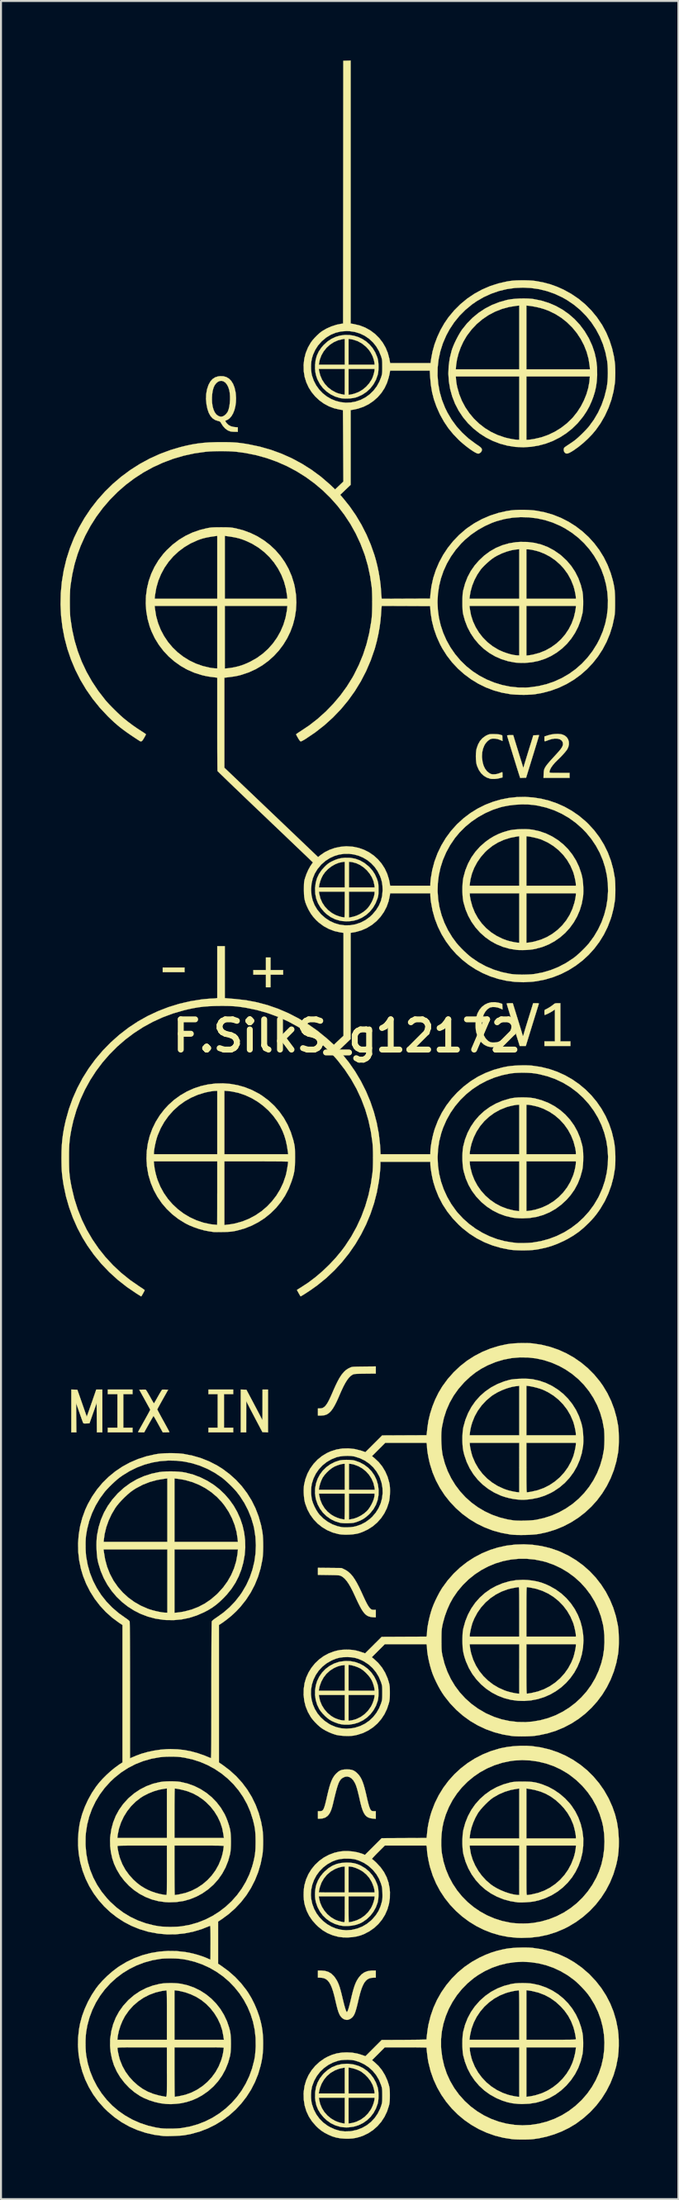
<source format=kicad_pcb>
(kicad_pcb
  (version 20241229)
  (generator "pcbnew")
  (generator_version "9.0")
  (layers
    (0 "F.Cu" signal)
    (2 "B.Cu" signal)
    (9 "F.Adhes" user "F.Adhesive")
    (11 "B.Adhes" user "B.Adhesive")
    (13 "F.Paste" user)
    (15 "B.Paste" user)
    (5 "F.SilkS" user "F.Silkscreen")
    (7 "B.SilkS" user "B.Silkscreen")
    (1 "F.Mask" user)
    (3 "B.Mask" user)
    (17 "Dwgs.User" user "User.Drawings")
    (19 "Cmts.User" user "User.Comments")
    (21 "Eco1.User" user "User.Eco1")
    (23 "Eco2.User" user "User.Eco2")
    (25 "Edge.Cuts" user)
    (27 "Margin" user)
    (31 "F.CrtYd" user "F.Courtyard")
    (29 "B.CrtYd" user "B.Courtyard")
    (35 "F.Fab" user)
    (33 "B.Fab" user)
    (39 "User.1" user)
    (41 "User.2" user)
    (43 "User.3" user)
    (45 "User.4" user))
  (footprint "F.SilkS_g12172"
    (layer "F.Cu")
    (at 14.454 49.219)
    (property "Reference" "F.SilkS_g12172" (at 0 0 0) (layer "F.SilkS") (effects (font (size 1.524 1.524) (thickness 0.3))))
    (attr through_hole)
    (fp_poly (pts (xy -8.191 -3.217) (xy -9.292 -3.217) (xy -9.292 -3.45) (xy -8.191 -3.45) (xy -8.191 -3.217)) (stroke (width 0.01) (type solid)) (fill yes) (layer "F.SilkS"))
    (fp_poly (pts (xy -10.816 18.076) (xy -11.282 18.076) (xy -11.282 19.77) (xy -10.816 19.77) (xy -10.816 20.003) (xy -12.065 20.003) (xy -12.065 19.77) (xy -11.578 19.77) (xy -11.578 18.076) (xy -12.065 18.076) (xy -12.065 17.843) (xy -10.816 17.843) (xy -10.816 18.076)) (stroke (width 0.01) (type solid)) (fill yes) (layer "F.SilkS"))
    (fp_poly (pts (xy -5.736 18.076) (xy -6.202 18.076) (xy -6.202 19.77) (xy -5.736 19.77) (xy -5.736 20.003) (xy -6.985 20.003) (xy -6.985 19.77) (xy -6.519 19.77) (xy -6.519 18.076) (xy -6.985 18.076) (xy -6.985 17.843) (xy -5.736 17.843) (xy -5.736 18.076)) (stroke (width 0.01) (type solid)) (fill yes) (layer "F.SilkS"))
    (fp_poly (pts (xy -3.852 -3.323) (xy -3.217 -3.323) (xy -3.217 -3.09) (xy -3.852 -3.09) (xy -3.852 -2.455) (xy -4.085 -2.455) (xy -4.085 -3.09) (xy -4.72 -3.09) (xy -4.72 -3.323) (xy -4.085 -3.323) (xy -4.085 -3.958) (xy -3.852 -3.958) (xy -3.852 -3.323)) (stroke (width 0.01) (type solid)) (fill yes) (layer "F.SilkS"))
    (fp_poly (pts (xy 10.774 0.275) (xy 11.282 0.275) (xy 11.282 0.508) (xy 9.97 0.508) (xy 9.97 0.275) (xy 10.499 0.275) (xy 10.499 -1.335) (xy 10.369 -1.247) (xy 10.302 -1.206) (xy 10.222 -1.161) (xy 10.138 -1.119) (xy 10.062 -1.085) (xy 10.004 -1.063) (xy 9.981 -1.058) (xy 9.975 -1.078) (xy 9.971 -1.128) (xy 9.97 -1.185) (xy 9.971 -1.256) (xy 9.978 -1.297) (xy 9.998 -1.32) (xy 10.035 -1.339) (xy 10.042 -1.342) (xy 10.117 -1.38) (xy 10.211 -1.435) (xy 10.308 -1.498) (xy 10.393 -1.56) (xy 10.431 -1.59) (xy 10.475 -1.624) (xy 10.519 -1.643) (xy 10.579 -1.65) (xy 10.637 -1.651) (xy 10.774 -1.651) (xy 10.774 0.275)) (stroke (width 0.01) (type solid)) (fill yes) (layer "F.SilkS"))
    (fp_poly (pts (xy -13.754 17.848) (xy -13.601 17.854) (xy -13.364 18.531) (xy -13.128 19.208) (xy -13.098 19.134) (xy -13.083 19.096) (xy -13.057 19.023) (xy -13.021 18.922) (xy -12.978 18.798) (xy -12.928 18.656) (xy -12.875 18.503) (xy -12.857 18.452) (xy -12.647 17.844) (xy -12.494 17.844) (xy -12.34 17.843) (xy -12.34 20.003) (xy -12.615 20.003) (xy -12.62 19.263) (xy -12.626 18.523) (xy -12.808 19.035) (xy -12.989 19.547) (xy -13.141 19.554) (xy -13.221 19.556) (xy -13.268 19.553) (xy -13.295 19.541) (xy -13.31 19.519) (xy -13.314 19.511) (xy -13.327 19.478) (xy -13.352 19.411) (xy -13.386 19.317) (xy -13.427 19.201) (xy -13.473 19.071) (xy -13.499 18.996) (xy -13.663 18.53) (xy -13.657 19.266) (xy -13.65 20.003) (xy -13.906 20.003) (xy -13.906 17.842) (xy -13.754 17.848)) (stroke (width 0.01) (type solid)) (fill yes) (layer "F.SilkS"))
    (fp_poly (pts (xy -5.212 17.848) (xy -5.069 17.854) (xy -4.696 18.557) (xy -4.611 18.719) (xy -4.53 18.872) (xy -4.457 19.012) (xy -4.394 19.133) (xy -4.344 19.231) (xy -4.308 19.302) (xy -4.29 19.34) (xy -4.29 19.34) (xy -4.281 19.359) (xy -4.274 19.366) (xy -4.269 19.359) (xy -4.265 19.334) (xy -4.261 19.287) (xy -4.259 19.215) (xy -4.257 19.115) (xy -4.257 18.982) (xy -4.256 18.814) (xy -4.256 18.632) (xy -4.255 17.843) (xy -3.979 17.843) (xy -3.979 20.004) (xy -4.12 19.998) (xy -4.261 19.992) (xy -4.524 19.494) (xy -4.604 19.342) (xy -4.687 19.184) (xy -4.768 19.029) (xy -4.842 18.887) (xy -4.904 18.768) (xy -4.933 18.711) (xy -5.078 18.426) (xy -5.079 19.214) (xy -5.08 20.003) (xy -5.355 20.003) (xy -5.355 17.842) (xy -5.212 17.848)) (stroke (width 0.01) (type solid)) (fill yes) (layer "F.SilkS"))
    (fp_poly (pts (xy 9.685 -15.119) (xy 9.676 -15.088) (xy 9.656 -15.02) (xy 9.626 -14.92) (xy 9.587 -14.792) (xy 9.541 -14.64) (xy 9.488 -14.468) (xy 9.431 -14.28) (xy 9.369 -14.081) (xy 9.358 -14.044) (xy 9.045 -13.028) (xy 8.746 -13.016) (xy 8.702 -13.149) (xy 8.678 -13.225) (xy 8.645 -13.33) (xy 8.604 -13.459) (xy 8.558 -13.607) (xy 8.508 -13.769) (xy 8.455 -13.941) (xy 8.4 -14.117) (xy 8.346 -14.294) (xy 8.293 -14.467) (xy 8.243 -14.63) (xy 8.198 -14.779) (xy 8.158 -14.91) (xy 8.125 -15.018) (xy 8.102 -15.097) (xy 8.088 -15.144) (xy 8.086 -15.155) (xy 8.105 -15.166) (xy 8.159 -15.174) (xy 8.237 -15.176) (xy 8.24 -15.177) (xy 8.395 -15.177) (xy 8.484 -14.885) (xy 8.516 -14.782) (xy 8.557 -14.647) (xy 8.605 -14.492) (xy 8.657 -14.325) (xy 8.708 -14.157) (xy 8.74 -14.055) (xy 8.907 -13.517) (xy 8.932 -13.611) (xy 8.944 -13.653) (xy 8.966 -13.73) (xy 8.999 -13.837) (xy 9.039 -13.968) (xy 9.085 -14.119) (xy 9.135 -14.283) (xy 9.183 -14.436) (xy 9.409 -15.166) (xy 9.554 -15.172) (xy 9.698 -15.179) (xy 9.685 -15.119)) (stroke (width 0.01) (type solid)) (fill yes) (layer "F.SilkS"))
    (fp_poly (pts (xy -0.265 26.85) (xy -0.127 26.916) (xy -0.011 26.98) (xy 0.097 27.059) (xy 0.2 27.157) (xy 0.301 27.276) (xy 0.401 27.422) (xy 0.504 27.596) (xy 0.613 27.803) (xy 0.729 28.047) (xy 0.762 28.12) (xy 0.848 28.308) (xy 0.92 28.462) (xy 0.981 28.585) (xy 1.033 28.683) (xy 1.078 28.759) (xy 1.118 28.819) (xy 1.156 28.866) (xy 1.166 28.875) (xy 1.216 28.924) (xy 1.26 28.948) (xy 1.317 28.956) (xy 1.351 28.956) (xy 1.46 28.956) (xy 1.46 29.337) (xy 1.371 29.335) (xy 1.287 29.329) (xy 1.201 29.317) (xy 1.192 29.315) (xy 1.109 29.292) (xy 1.032 29.257) (xy 0.959 29.206) (xy 0.887 29.136) (xy 0.814 29.044) (xy 0.738 28.926) (xy 0.657 28.779) (xy 0.567 28.601) (xy 0.466 28.387) (xy 0.412 28.268) (xy 0.296 28.02) (xy 0.188 27.811) (xy 0.085 27.637) (xy -0.013 27.497) (xy -0.109 27.387) (xy -0.205 27.305) (xy -0.276 27.261) (xy -0.307 27.245) (xy -0.337 27.234) (xy -0.374 27.225) (xy -0.422 27.218) (xy -0.488 27.213) (xy -0.576 27.209) (xy -0.693 27.207) (xy -0.845 27.204) (xy -0.915 27.203) (xy -1.46 27.195) (xy -1.46 26.837) (xy -0.265 26.85)) (stroke (width 0.01) (type solid)) (fill yes) (layer "F.SilkS"))
    (fp_poly (pts (xy 7.677 -1.669) (xy 7.758 -1.644) (xy 7.842 -1.615) (xy 7.848 -1.475) (xy 7.855 -1.335) (xy 7.732 -1.39) (xy 7.608 -1.433) (xy 7.478 -1.455) (xy 7.353 -1.458) (xy 7.245 -1.439) (xy 7.205 -1.422) (xy 7.085 -1.339) (xy 6.986 -1.223) (xy 6.907 -1.083) (xy 6.849 -0.923) (xy 6.813 -0.75) (xy 6.8 -0.57) (xy 6.809 -0.389) (xy 6.842 -0.213) (xy 6.9 -0.05) (xy 6.983 0.097) (xy 7.039 0.168) (xy 7.131 0.256) (xy 7.222 0.309) (xy 7.326 0.333) (xy 7.449 0.333) (xy 7.539 0.324) (xy 7.618 0.308) (xy 7.7 0.279) (xy 7.8 0.234) (xy 7.838 0.216) (xy 7.845 0.231) (xy 7.849 0.278) (xy 7.849 0.347) (xy 7.849 0.352) (xy 7.842 0.497) (xy 7.715 0.533) (xy 7.577 0.56) (xy 7.427 0.57) (xy 7.281 0.564) (xy 7.151 0.542) (xy 7.089 0.522) (xy 7.012 0.487) (xy 6.941 0.449) (xy 6.907 0.428) (xy 6.782 0.315) (xy 6.674 0.168) (xy 6.587 -0.009) (xy 6.53 -0.18) (xy 6.51 -0.288) (xy 6.498 -0.423) (xy 6.495 -0.572) (xy 6.5 -0.721) (xy 6.513 -0.855) (xy 6.527 -0.937) (xy 6.594 -1.14) (xy 6.689 -1.315) (xy 6.809 -1.46) (xy 6.952 -1.573) (xy 7.113 -1.652) (xy 7.29 -1.696) (xy 7.479 -1.702) (xy 7.677 -1.669)) (stroke (width 0.01) (type solid)) (fill yes) (layer "F.SilkS"))
    (fp_poly (pts (xy 8.621 -0.852) (xy 8.676 -0.675) (xy 8.726 -0.511) (xy 8.771 -0.364) (xy 8.809 -0.237) (xy 8.839 -0.136) (xy 8.859 -0.066) (xy 8.868 -0.03) (xy 8.869 -0.026) (xy 8.876 0.00046) (xy 8.892 -0.005) (xy 8.91 -0.036) (xy 8.919 -0.069) (xy 8.929 -0.107) (xy 8.949 -0.179) (xy 8.979 -0.28) (xy 9.016 -0.404) (xy 9.059 -0.545) (xy 9.106 -0.696) (xy 9.113 -0.72) (xy 9.163 -0.88) (xy 9.211 -1.036) (xy 9.256 -1.181) (xy 9.295 -1.307) (xy 9.326 -1.408) (xy 9.347 -1.475) (xy 9.347 -1.476) (xy 9.401 -1.651) (xy 9.55 -1.651) (xy 9.631 -1.649) (xy 9.676 -1.642) (xy 9.69 -1.629) (xy 9.689 -1.625) (xy 9.681 -1.6) (xy 9.662 -1.538) (xy 9.632 -1.444) (xy 9.594 -1.321) (xy 9.549 -1.174) (xy 9.496 -1.005) (xy 9.439 -0.819) (xy 9.377 -0.619) (xy 9.354 -0.545) (xy 9.03 0.508) (xy 8.723 0.508) (xy 8.649 0.27) (xy 8.562 -0.008) (xy 8.48 -0.273) (xy 8.403 -0.523) (xy 8.331 -0.754) (xy 8.266 -0.965) (xy 8.209 -1.151) (xy 8.16 -1.311) (xy 8.12 -1.442) (xy 8.09 -1.541) (xy 8.072 -1.606) (xy 8.065 -1.632) (xy 8.065 -1.633) (xy 8.084 -1.642) (xy 8.135 -1.648) (xy 8.208 -1.651) (xy 8.219 -1.651) (xy 8.373 -1.651) (xy 8.621 -0.852)) (stroke (width 0.01) (type solid)) (fill yes) (layer "F.SilkS"))
    (fp_poly (pts (xy 1.46 17.037) (xy 0.915 17.043) (xy 0.748 17.045) (xy 0.618 17.048) (xy 0.519 17.051) (xy 0.445 17.055) (xy 0.391 17.061) (xy 0.351 17.069) (xy 0.319 17.079) (xy 0.29 17.093) (xy 0.283 17.097) (xy 0.193 17.157) (xy 0.105 17.245) (xy 0.015 17.362) (xy -0.078 17.511) (xy -0.176 17.694) (xy -0.279 17.914) (xy -0.35 18.076) (xy -0.448 18.304) (xy -0.537 18.495) (xy -0.619 18.653) (xy -0.695 18.782) (xy -0.768 18.886) (xy -0.84 18.969) (xy -0.914 19.035) (xy -0.919 19.04) (xy -1.02 19.102) (xy -1.131 19.139) (xy -1.264 19.154) (xy -1.307 19.155) (xy -1.46 19.156) (xy -1.46 18.796) (xy -1.363 18.796) (xy -1.288 18.79) (xy -1.219 18.77) (xy -1.155 18.733) (xy -1.092 18.676) (xy -1.028 18.596) (xy -0.961 18.489) (xy -0.889 18.352) (xy -0.809 18.183) (xy -0.719 17.977) (xy -0.689 17.907) (xy -0.575 17.65) (xy -0.469 17.433) (xy -0.37 17.253) (xy -0.277 17.11) (xy -0.243 17.065) (xy -0.145 16.951) (xy -0.053 16.865) (xy 0.047 16.796) (xy 0.144 16.747) (xy 0.18 16.73) (xy 0.213 16.717) (xy 0.248 16.707) (xy 0.292 16.7) (xy 0.349 16.694) (xy 0.425 16.691) (xy 0.526 16.688) (xy 0.657 16.686) (xy 0.823 16.684) (xy 0.863 16.683) (xy 1.46 16.677) (xy 1.46 17.037)) (stroke (width 0.01) (type solid)) (fill yes) (layer "F.SilkS"))
    (fp_poly (pts (xy 7.429 -15.228) (xy 7.582 -15.223) (xy 7.695 -15.21) (xy 7.758 -15.194) (xy 7.842 -15.162) (xy 7.848 -15.022) (xy 7.855 -14.882) (xy 7.732 -14.936) (xy 7.61 -14.978) (xy 7.481 -15) (xy 7.359 -15.002) (xy 7.27 -14.986) (xy 7.179 -14.938) (xy 7.086 -14.86) (xy 7.001 -14.762) (xy 6.94 -14.664) (xy 6.871 -14.494) (xy 6.831 -14.315) (xy 6.819 -14.117) (xy 6.821 -14.044) (xy 6.846 -13.833) (xy 6.896 -13.645) (xy 6.972 -13.484) (xy 7.071 -13.354) (xy 7.185 -13.262) (xy 7.25 -13.225) (xy 7.308 -13.206) (xy 7.377 -13.2) (xy 7.428 -13.2) (xy 7.506 -13.205) (xy 7.58 -13.218) (xy 7.663 -13.243) (xy 7.766 -13.282) (xy 7.816 -13.303) (xy 7.836 -13.307) (xy 7.847 -13.292) (xy 7.852 -13.251) (xy 7.853 -13.181) (xy 7.853 -13.044) (xy 7.727 -13.009) (xy 7.592 -12.98) (xy 7.451 -12.965) (xy 7.321 -12.965) (xy 7.243 -12.975) (xy 7.064 -13.034) (xy 6.907 -13.128) (xy 6.772 -13.257) (xy 6.661 -13.418) (xy 6.576 -13.609) (xy 6.548 -13.697) (xy 6.527 -13.81) (xy 6.514 -13.952) (xy 6.509 -14.106) (xy 6.514 -14.26) (xy 6.528 -14.4) (xy 6.548 -14.499) (xy 6.62 -14.706) (xy 6.718 -14.88) (xy 6.841 -15.021) (xy 6.99 -15.131) (xy 7.046 -15.161) (xy 7.109 -15.191) (xy 7.16 -15.21) (xy 7.212 -15.222) (xy 7.277 -15.227) (xy 7.366 -15.228) (xy 7.429 -15.228)) (stroke (width 0.01) (type solid)) (fill yes) (layer "F.SilkS"))
    (fp_poly (pts (xy 10.796 -15.225) (xy 10.87 -15.209) (xy 10.997 -15.153) (xy 11.096 -15.069) (xy 11.165 -14.963) (xy 11.202 -14.84) (xy 11.205 -14.707) (xy 11.173 -14.57) (xy 11.124 -14.467) (xy 11.076 -14.397) (xy 11.003 -14.307) (xy 10.911 -14.203) (xy 10.807 -14.092) (xy 10.697 -13.982) (xy 10.641 -13.929) (xy 10.502 -13.789) (xy 10.388 -13.655) (xy 10.302 -13.53) (xy 10.246 -13.417) (xy 10.224 -13.322) (xy 10.223 -13.311) (xy 10.226 -13.299) (xy 10.235 -13.289) (xy 10.256 -13.282) (xy 10.295 -13.277) (xy 10.356 -13.274) (xy 10.445 -13.272) (xy 10.565 -13.272) (xy 10.723 -13.271) (xy 11.239 -13.271) (xy 11.239 -13.018) (xy 9.923 -13.018) (xy 9.93 -13.213) (xy 9.934 -13.29) (xy 9.94 -13.357) (xy 9.952 -13.419) (xy 9.971 -13.479) (xy 10.001 -13.541) (xy 10.044 -13.609) (xy 10.102 -13.688) (xy 10.178 -13.78) (xy 10.274 -13.891) (xy 10.394 -14.023) (xy 10.539 -14.181) (xy 10.589 -14.236) (xy 10.701 -14.361) (xy 10.785 -14.464) (xy 10.844 -14.549) (xy 10.882 -14.622) (xy 10.901 -14.686) (xy 10.905 -14.731) (xy 10.89 -14.827) (xy 10.84 -14.903) (xy 10.754 -14.962) (xy 10.736 -14.97) (xy 10.624 -14.999) (xy 10.488 -15.002) (xy 10.336 -14.978) (xy 10.192 -14.934) (xy 10.095 -14.896) (xy 10.031 -14.874) (xy 9.993 -14.868) (xy 9.975 -14.88) (xy 9.969 -14.911) (xy 9.969 -14.962) (xy 9.97 -14.981) (xy 9.97 -15.107) (xy 10.144 -15.165) (xy 10.306 -15.208) (xy 10.478 -15.232) (xy 10.646 -15.239) (xy 10.796 -15.225)) (stroke (width 0.01) (type solid)) (fill yes) (layer "F.SilkS"))
    (fp_poly (pts (xy -1.102 47.176) (xy -0.934 47.227) (xy -0.786 47.314) (xy -0.657 47.438) (xy -0.605 47.506) (xy -0.546 47.593) (xy -0.494 47.679) (xy -0.448 47.772) (xy -0.405 47.876) (xy -0.363 47.997) (xy -0.321 48.14) (xy -0.276 48.311) (xy -0.226 48.516) (xy -0.204 48.609) (xy -0.158 48.798) (xy -0.116 48.958) (xy -0.078 49.086) (xy -0.046 49.18) (xy -0.019 49.237) (xy -0.001 49.255) (xy 0.022 49.234) (xy 0.051 49.172) (xy 0.085 49.07) (xy 0.125 48.929) (xy 0.171 48.75) (xy 0.202 48.62) (xy 0.256 48.39) (xy 0.306 48.197) (xy 0.353 48.034) (xy 0.399 47.897) (xy 0.447 47.779) (xy 0.498 47.674) (xy 0.555 47.579) (xy 0.619 47.486) (xy 0.741 47.351) (xy 0.882 47.252) (xy 1.043 47.189) (xy 1.228 47.161) (xy 1.295 47.159) (xy 1.46 47.159) (xy 1.46 47.519) (xy 1.359 47.519) (xy 1.239 47.528) (xy 1.132 47.555) (xy 1.038 47.604) (xy 0.954 47.678) (xy 0.877 47.778) (xy 0.808 47.909) (xy 0.742 48.072) (xy 0.679 48.27) (xy 0.617 48.507) (xy 0.582 48.652) (xy 0.535 48.856) (xy 0.492 49.025) (xy 0.454 49.161) (xy 0.418 49.27) (xy 0.383 49.356) (xy 0.346 49.426) (xy 0.307 49.483) (xy 0.278 49.516) (xy 0.207 49.576) (xy 0.123 49.621) (xy 0.04 49.647) (xy -0.029 49.647) (xy -0.032 49.646) (xy -0.067 49.637) (xy -0.111 49.627) (xy -0.162 49.605) (xy -0.223 49.565) (xy -0.244 49.547) (xy -0.297 49.493) (xy -0.345 49.426) (xy -0.389 49.341) (xy -0.431 49.234) (xy -0.472 49.1) (xy -0.516 48.934) (xy -0.564 48.731) (xy -0.57 48.705) (xy -0.632 48.44) (xy -0.694 48.215) (xy -0.757 48.027) (xy -0.823 47.874) (xy -0.894 47.752) (xy -0.972 47.658) (xy -1.058 47.591) (xy -1.155 47.547) (xy -1.263 47.524) (xy -1.359 47.519) (xy -1.46 47.519) (xy -1.46 47.159) (xy -1.295 47.159) (xy -1.102 47.176)) (stroke (width 0.01) (type solid)) (fill yes) (layer "F.SilkS"))
    (fp_poly (pts (xy -6.232 -33.285) (xy -6.08 -33.242) (xy -5.947 -33.163) (xy -5.834 -33.047) (xy -5.741 -32.897) (xy -5.669 -32.712) (xy -5.62 -32.495) (xy -5.607 -32.406) (xy -5.592 -32.184) (xy -5.599 -31.968) (xy -5.628 -31.765) (xy -5.675 -31.578) (xy -5.741 -31.412) (xy -5.823 -31.271) (xy -5.919 -31.161) (xy -6.029 -31.085) (xy -6.068 -31.068) (xy -6.115 -31.048) (xy -6.138 -31.03) (xy -6.138 -31.028) (xy -6.126 -31.004) (xy -6.096 -30.958) (xy -6.069 -30.922) (xy -5.972 -30.826) (xy -5.85 -30.76) (xy -5.7 -30.724) (xy -5.655 -30.719) (xy -5.503 -30.707) (xy -5.503 -30.48) (xy -5.657 -30.482) (xy -5.744 -30.485) (xy -5.824 -30.492) (xy -5.877 -30.5) (xy -6.011 -30.553) (xy -6.137 -30.645) (xy -6.252 -30.772) (xy -6.331 -30.893) (xy -6.369 -30.957) (xy -6.403 -30.994) (xy -6.445 -31.015) (xy -6.507 -31.03) (xy -6.653 -31.08) (xy -6.779 -31.165) (xy -6.884 -31.285) (xy -6.97 -31.441) (xy -7.036 -31.635) (xy -7.083 -31.864) (xy -7.108 -32.128) (xy -7.107 -32.155) (xy -6.81 -32.155) (xy -6.802 -31.951) (xy -6.775 -31.764) (xy -6.729 -31.601) (xy -6.666 -31.463) (xy -6.587 -31.358) (xy -6.494 -31.287) (xy -6.491 -31.286) (xy -6.403 -31.251) (xy -6.329 -31.245) (xy -6.251 -31.264) (xy -6.176 -31.308) (xy -6.099 -31.377) (xy -6.033 -31.46) (xy -6.009 -31.501) (xy -5.966 -31.613) (xy -5.932 -31.756) (xy -5.909 -31.92) (xy -5.897 -32.096) (xy -5.897 -32.272) (xy -5.909 -32.439) (xy -5.935 -32.586) (xy -5.986 -32.742) (xy -6.053 -32.869) (xy -6.134 -32.965) (xy -6.225 -33.027) (xy -6.322 -33.054) (xy -6.422 -33.045) (xy -6.521 -32.996) (xy -6.599 -32.927) (xy -6.675 -32.824) (xy -6.732 -32.697) (xy -6.773 -32.539) (xy -6.798 -32.372) (xy -6.81 -32.155) (xy -7.107 -32.155) (xy -7.099 -32.382) (xy -7.058 -32.621) (xy -6.986 -32.837) (xy -6.975 -32.863) (xy -6.887 -33.021) (xy -6.782 -33.14) (xy -6.659 -33.224) (xy -6.513 -33.274) (xy -6.401 -33.29) (xy -6.232 -33.285)) (stroke (width 0.01) (type solid)) (fill yes) (layer "F.SilkS"))
    (fp_poly (pts (xy -9.159 17.848) (xy -9.019 17.854) (xy -9.293 18.341) (xy -9.366 18.472) (xy -9.432 18.591) (xy -9.488 18.693) (xy -9.531 18.773) (xy -9.558 18.826) (xy -9.567 18.846) (xy -9.557 18.869) (xy -9.529 18.924) (xy -9.486 19.006) (xy -9.43 19.111) (xy -9.363 19.235) (xy -9.288 19.371) (xy -9.26 19.421) (xy -9.183 19.561) (xy -9.113 19.689) (xy -9.053 19.8) (xy -9.005 19.889) (xy -8.971 19.953) (xy -8.955 19.986) (xy -8.954 19.989) (xy -8.973 19.996) (xy -9.025 20) (xy -9.099 20.002) (xy -9.122 20.003) (xy -9.29 20.003) (xy -9.517 19.59) (xy -9.583 19.47) (xy -9.643 19.365) (xy -9.693 19.278) (xy -9.73 19.215) (xy -9.752 19.182) (xy -9.756 19.178) (xy -9.77 19.196) (xy -9.8 19.245) (xy -9.845 19.321) (xy -9.901 19.419) (xy -9.966 19.532) (xy -9.998 19.59) (xy -10.228 20.003) (xy -10.386 20.003) (xy -10.461 20) (xy -10.514 19.995) (xy -10.537 19.987) (xy -10.537 19.985) (xy -10.526 19.963) (xy -10.496 19.908) (xy -10.451 19.826) (xy -10.392 19.721) (xy -10.324 19.599) (xy -10.248 19.463) (xy -10.223 19.419) (xy -10.146 19.28) (xy -10.076 19.154) (xy -10.016 19.044) (xy -9.969 18.956) (xy -9.936 18.894) (xy -9.921 18.863) (xy -9.92 18.86) (xy -9.931 18.839) (xy -9.96 18.786) (xy -10.004 18.706) (xy -10.06 18.604) (xy -10.126 18.485) (xy -10.199 18.353) (xy -10.199 18.352) (xy -10.475 17.854) (xy -10.325 17.848) (xy -10.247 17.846) (xy -10.184 17.847) (xy -10.15 17.851) (xy -10.149 17.851) (xy -10.132 17.872) (xy -10.097 17.924) (xy -10.051 18.001) (xy -9.995 18.097) (xy -9.936 18.201) (xy -9.876 18.309) (xy -9.823 18.403) (xy -9.779 18.477) (xy -9.75 18.525) (xy -9.737 18.542) (xy -9.724 18.524) (xy -9.693 18.475) (xy -9.649 18.401) (xy -9.595 18.306) (xy -9.536 18.201) (xy -9.474 18.092) (xy -9.418 17.997) (xy -9.371 17.921) (xy -9.338 17.87) (xy -9.322 17.851) (xy -9.29 17.847) (xy -9.229 17.846) (xy -9.159 17.848)) (stroke (width 0.01) (type solid)) (fill yes) (layer "F.SilkS"))
    (fp_poly (pts (xy 0.146 37.016) (xy 0.263 37.037) (xy 0.362 37.078) (xy 0.455 37.142) (xy 0.54 37.221) (xy 0.614 37.303) (xy 0.679 37.396) (xy 0.739 37.504) (xy 0.794 37.633) (xy 0.848 37.787) (xy 0.9 37.97) (xy 0.955 38.187) (xy 0.993 38.354) (xy 1.038 38.552) (xy 1.078 38.712) (xy 1.113 38.839) (xy 1.145 38.936) (xy 1.176 39.007) (xy 1.205 39.057) (xy 1.209 39.062) (xy 1.244 39.096) (xy 1.288 39.112) (xy 1.356 39.116) (xy 1.46 39.116) (xy 1.46 39.503) (xy 1.315 39.491) (xy 1.194 39.474) (xy 1.091 39.441) (xy 1.003 39.39) (xy 0.927 39.316) (xy 0.861 39.217) (xy 0.802 39.088) (xy 0.747 38.926) (xy 0.694 38.727) (xy 0.666 38.608) (xy 0.619 38.398) (xy 0.577 38.224) (xy 0.541 38.081) (xy 0.508 37.964) (xy 0.477 37.867) (xy 0.447 37.785) (xy 0.415 37.713) (xy 0.412 37.706) (xy 0.33 37.567) (xy 0.235 37.464) (xy 0.131 37.398) (xy 0.02 37.37) (xy -0.094 37.382) (xy -0.209 37.435) (xy -0.215 37.439) (xy -0.263 37.474) (xy -0.306 37.515) (xy -0.345 37.565) (xy -0.382 37.629) (xy -0.419 37.708) (xy -0.456 37.808) (xy -0.495 37.931) (xy -0.538 38.082) (xy -0.585 38.263) (xy -0.638 38.479) (xy -0.698 38.732) (xy -0.698 38.735) (xy -0.747 38.924) (xy -0.798 39.076) (xy -0.854 39.198) (xy -0.916 39.294) (xy -0.981 39.365) (xy -1.092 39.44) (xy -1.228 39.484) (xy -1.377 39.497) (xy -1.46 39.497) (xy -1.46 39.116) (xy -1.356 39.116) (xy -1.306 39.113) (xy -1.264 39.102) (xy -1.227 39.079) (xy -1.194 39.04) (xy -1.163 38.981) (xy -1.132 38.898) (xy -1.099 38.787) (xy -1.063 38.644) (xy -1.021 38.466) (xy -0.998 38.363) (xy -0.94 38.117) (xy -0.885 37.909) (xy -0.831 37.734) (xy -0.776 37.587) (xy -0.718 37.464) (xy -0.655 37.36) (xy -0.587 37.271) (xy -0.54 37.221) (xy -0.442 37.132) (xy -0.348 37.071) (xy -0.247 37.033) (xy -0.127 37.015) (xy 0 37.01) (xy 0.146 37.016)) (stroke (width 0.01) (type solid)) (fill yes) (layer "F.SilkS"))
    (fp_poly (pts (xy 0.174 31.547) (xy 0.417 31.593) (xy 0.647 31.675) (xy 0.861 31.79) (xy 1.056 31.937) (xy 1.228 32.113) (xy 1.373 32.316) (xy 1.489 32.544) (xy 1.558 32.746) (xy 1.58 32.861) (xy 1.593 33.003) (xy 1.597 33.158) (xy 1.592 33.312) (xy 1.578 33.451) (xy 1.558 33.548) (xy 1.47 33.795) (xy 1.348 34.019) (xy 1.196 34.218) (xy 1.019 34.388) (xy 0.818 34.53) (xy 0.598 34.638) (xy 0.363 34.713) (xy 0.115 34.751) (xy -0.142 34.751) (xy -0.288 34.733) (xy -0.44 34.696) (xy -0.605 34.637) (xy -0.766 34.563) (xy -0.859 34.511) (xy -0.972 34.43) (xy -1.093 34.323) (xy -1.211 34.203) (xy -1.315 34.08) (xy -1.394 33.967) (xy -1.394 33.966) (xy -1.499 33.749) (xy -1.57 33.513) (xy -1.605 33.266) (xy -1.605 33.253) (xy -1.416 33.253) (xy -1.404 33.332) (xy -1.352 33.56) (xy -1.261 33.777) (xy -1.136 33.977) (xy -0.982 34.156) (xy -0.802 34.307) (xy -0.646 34.402) (xy -0.556 34.442) (xy -0.451 34.481) (xy -0.344 34.513) (xy -0.25 34.535) (xy -0.185 34.543) (xy -0.106 34.544) (xy -0.106 33.253) (xy 0.085 33.253) (xy 0.085 34.558) (xy 0.217 34.539) (xy 0.308 34.52) (xy 0.413 34.491) (xy 0.499 34.461) (xy 0.707 34.359) (xy 0.898 34.221) (xy 1.066 34.053) (xy 1.204 33.86) (xy 1.244 33.79) (xy 1.299 33.67) (xy 1.345 33.545) (xy 1.379 33.425) (xy 1.396 33.325) (xy 1.397 33.3) (xy 1.397 33.253) (xy 0.085 33.253) (xy -0.106 33.253) (xy -1.416 33.253) (xy -1.605 33.253) (xy -1.604 33.041) (xy -1.42 33.041) (xy -0.106 33.041) (xy 0.085 33.041) (xy 1.397 33.041) (xy 1.397 32.994) (xy 1.387 32.91) (xy 1.361 32.801) (xy 1.324 32.682) (xy 1.279 32.566) (xy 1.254 32.512) (xy 1.18 32.389) (xy 1.077 32.259) (xy 0.958 32.132) (xy 0.83 32.019) (xy 0.706 31.93) (xy 0.677 31.914) (xy 0.547 31.853) (xy 0.397 31.798) (xy 0.248 31.758) (xy 0.164 31.742) (xy 0.085 31.731) (xy 0.085 33.041) (xy -0.106 33.041) (xy -0.106 31.735) (xy -0.208 31.751) (xy -0.348 31.779) (xy -0.472 31.817) (xy -0.6 31.872) (xy -0.666 31.905) (xy -0.859 32.028) (xy -1.03 32.185) (xy -1.174 32.369) (xy -1.289 32.578) (xy -1.372 32.804) (xy -1.407 32.962) (xy -1.42 33.041) (xy -1.604 33.041) (xy -1.604 33.016) (xy -1.567 32.77) (xy -1.502 32.555) (xy -1.391 32.326) (xy -1.247 32.12) (xy -1.073 31.94) (xy -0.872 31.79) (xy -0.65 31.671) (xy -0.409 31.589) (xy -0.334 31.572) (xy -0.077 31.54) (xy 0.174 31.547)) (stroke (width 0.01) (type solid)) (fill yes) (layer "F.SilkS"))
    (fp_poly (pts (xy 0.084 51.865) (xy 0.344 51.899) (xy 0.588 51.971) (xy 0.814 52.079) (xy 1.017 52.22) (xy 1.197 52.392) (xy 1.349 52.593) (xy 1.471 52.82) (xy 1.558 53.066) (xy 1.58 53.181) (xy 1.593 53.323) (xy 1.597 53.478) (xy 1.592 53.632) (xy 1.578 53.771) (xy 1.558 53.868) (xy 1.469 54.117) (xy 1.347 54.342) (xy 1.194 54.542) (xy 1.014 54.714) (xy 0.811 54.855) (xy 0.587 54.963) (xy 0.345 55.036) (xy 0.089 55.071) (xy -0.028 55.074) (xy -0.134 55.069) (xy -0.244 55.058) (xy -0.337 55.043) (xy -0.338 55.043) (xy -0.585 54.969) (xy -0.81 54.86) (xy -1.017 54.713) (xy -1.167 54.572) (xy -1.33 54.377) (xy -1.452 54.176) (xy -1.538 53.963) (xy -1.588 53.734) (xy -1.603 53.573) (xy -1.416 53.573) (xy -1.404 53.652) (xy -1.351 53.883) (xy -1.26 54.101) (xy -1.135 54.3) (xy -0.979 54.477) (xy -0.796 54.626) (xy -0.59 54.745) (xy -0.474 54.793) (xy -0.383 54.823) (xy -0.288 54.849) (xy -0.225 54.862) (xy -0.163 54.873) (xy -0.121 54.88) (xy -0.111 54.883) (xy -0.11 54.863) (xy -0.109 54.806) (xy -0.108 54.717) (xy -0.107 54.601) (xy -0.106 54.462) (xy -0.106 54.307) (xy -0.106 54.229) (xy -0.106 53.573) (xy 0.085 53.573) (xy 0.085 54.878) (xy 0.217 54.859) (xy 0.308 54.84) (xy 0.413 54.811) (xy 0.499 54.781) (xy 0.707 54.679) (xy 0.898 54.541) (xy 1.066 54.373) (xy 1.204 54.18) (xy 1.244 54.11) (xy 1.299 53.99) (xy 1.345 53.865) (xy 1.379 53.745) (xy 1.396 53.645) (xy 1.397 53.62) (xy 1.397 53.573) (xy 0.085 53.573) (xy -0.106 53.573) (xy -1.416 53.573) (xy -1.603 53.573) (xy -1.604 53.561) (xy -1.6 53.361) (xy -1.42 53.361) (xy -0.106 53.361) (xy 0.085 53.361) (xy 1.397 53.361) (xy 1.397 53.314) (xy 1.389 53.245) (xy 1.369 53.152) (xy 1.341 53.05) (xy 1.309 52.954) (xy 1.289 52.906) (xy 1.194 52.732) (xy 1.065 52.562) (xy 0.915 52.408) (xy 0.752 52.28) (xy 0.673 52.232) (xy 0.546 52.172) (xy 0.397 52.118) (xy 0.249 52.078) (xy 0.164 52.062) (xy 0.085 52.051) (xy 0.085 53.361) (xy -0.106 53.361) (xy -0.106 52.055) (xy -0.164 52.064) (xy -0.395 52.115) (xy -0.603 52.195) (xy -0.801 52.309) (xy -0.838 52.335) (xy -1.01 52.483) (xy -1.156 52.662) (xy -1.275 52.866) (xy -1.362 53.089) (xy -1.407 53.282) (xy -1.42 53.361) (xy -1.6 53.361) (xy -1.598 53.291) (xy -1.557 53.042) (xy -1.478 52.812) (xy -1.361 52.597) (xy -1.205 52.396) (xy -1.152 52.339) (xy -0.956 52.168) (xy -0.741 52.033) (xy -0.508 51.937) (xy -0.26 51.88) (xy 0.001 51.862) (xy 0.084 51.865)) (stroke (width 0.01) (type solid)) (fill yes) (layer "F.SilkS"))
    (fp_poly (pts (xy 0.126 -35.365) (xy 0.351 -35.33) (xy 0.569 -35.264) (xy 0.777 -35.167) (xy 0.971 -35.041) (xy 1.146 -34.886) (xy 1.3 -34.704) (xy 1.428 -34.495) (xy 1.528 -34.261) (xy 1.558 -34.162) (xy 1.58 -34.047) (xy 1.593 -33.905) (xy 1.597 -33.75) (xy 1.592 -33.596) (xy 1.578 -33.457) (xy 1.558 -33.36) (xy 1.468 -33.107) (xy 1.343 -32.879) (xy 1.187 -32.676) (xy 1 -32.502) (xy 0.785 -32.358) (xy 0.545 -32.247) (xy 0.455 -32.216) (xy 0.326 -32.186) (xy 0.17 -32.167) (xy 0.003 -32.159) (xy -0.16 -32.162) (xy -0.304 -32.177) (xy -0.348 -32.186) (xy -0.592 -32.261) (xy -0.819 -32.373) (xy -1.025 -32.517) (xy -1.207 -32.69) (xy -1.359 -32.889) (xy -1.477 -33.109) (xy -1.502 -33.169) (xy -1.559 -33.343) (xy -1.593 -33.515) (xy -1.603 -33.655) (xy -1.42 -33.655) (xy -1.407 -33.576) (xy -1.346 -33.331) (xy -1.249 -33.106) (xy -1.118 -32.904) (xy -0.956 -32.727) (xy -0.764 -32.579) (xy -0.568 -32.472) (xy -0.501 -32.443) (xy -0.436 -32.42) (xy -0.361 -32.399) (xy -0.266 -32.378) (xy -0.159 -32.356) (xy -0.122 -32.348) (xy -0.111 -32.345) (xy -0.11 -32.365) (xy -0.109 -32.422) (xy -0.108 -32.511) (xy -0.107 -32.627) (xy -0.106 -32.766) (xy -0.106 -32.921) (xy -0.106 -32.999) (xy -0.106 -33.655) (xy 0.085 -33.655) (xy 0.085 -32.345) (xy 0.164 -32.356) (xy 0.226 -32.368) (xy 0.309 -32.387) (xy 0.392 -32.41) (xy 0.597 -32.489) (xy 0.792 -32.605) (xy 0.97 -32.752) (xy 1.123 -32.923) (xy 1.247 -33.113) (xy 1.289 -33.2) (xy 1.322 -33.286) (xy 1.353 -33.386) (xy 1.379 -33.486) (xy 1.394 -33.571) (xy 1.397 -33.607) (xy 1.397 -33.655) (xy 0.085 -33.655) (xy -0.106 -33.655) (xy -1.42 -33.655) (xy -1.603 -33.655) (xy -1.606 -33.699) (xy -1.604 -33.854) (xy -1.602 -33.867) (xy -1.416 -33.867) (xy -0.106 -33.867) (xy 0.085 -33.867) (xy 1.397 -33.867) (xy 1.397 -33.914) (xy 1.388 -33.993) (xy 1.365 -34.094) (xy 1.331 -34.204) (xy 1.292 -34.308) (xy 1.271 -34.354) (xy 1.19 -34.502) (xy 1.102 -34.626) (xy 0.995 -34.744) (xy 0.946 -34.791) (xy 0.754 -34.943) (xy 0.545 -35.057) (xy 0.321 -35.132) (xy 0.206 -35.154) (xy 0.085 -35.173) (xy 0.085 -33.867) (xy -0.106 -33.867) (xy -0.106 -35.173) (xy -0.222 -35.154) (xy -0.448 -35.098) (xy -0.659 -35.005) (xy -0.853 -34.879) (xy -1.024 -34.724) (xy -1.17 -34.543) (xy -1.285 -34.342) (xy -1.367 -34.124) (xy -1.404 -33.946) (xy -1.416 -33.867) (xy -1.602 -33.867) (xy -1.577 -34.099) (xy -1.516 -34.323) (xy -1.42 -34.531) (xy -1.285 -34.73) (xy -1.167 -34.865) (xy -0.977 -35.038) (xy -0.772 -35.174) (xy -0.556 -35.273) (xy -0.331 -35.338) (xy -0.103 -35.368) (xy 0.126 -35.365)) (stroke (width 0.01) (type solid)) (fill yes) (layer "F.SilkS"))
    (fp_poly (pts (xy 0.176 -8.985) (xy 0.424 -8.94) (xy 0.658 -8.855) (xy 0.879 -8.73) (xy 1.086 -8.565) (xy 1.134 -8.52) (xy 1.29 -8.344) (xy 1.413 -8.156) (xy 1.51 -7.942) (xy 1.538 -7.863) (xy 1.562 -7.788) (xy 1.578 -7.721) (xy 1.588 -7.651) (xy 1.593 -7.565) (xy 1.596 -7.454) (xy 1.596 -7.398) (xy 1.596 -7.27) (xy 1.593 -7.174) (xy 1.585 -7.097) (xy 1.573 -7.029) (xy 1.553 -6.958) (xy 1.548 -6.943) (xy 1.451 -6.695) (xy 1.321 -6.472) (xy 1.161 -6.274) (xy 0.975 -6.106) (xy 0.766 -5.97) (xy 0.536 -5.868) (xy 0.334 -5.812) (xy 0.159 -5.788) (xy -0.033 -5.782) (xy -0.222 -5.793) (xy -0.348 -5.813) (xy -0.593 -5.887) (xy -0.819 -5.999) (xy -1.027 -6.148) (xy -1.159 -6.274) (xy -1.328 -6.478) (xy -1.456 -6.695) (xy -1.545 -6.925) (xy -1.594 -7.17) (xy -1.598 -7.281) (xy -1.412 -7.281) (xy -1.395 -7.173) (xy -1.337 -6.939) (xy -1.242 -6.722) (xy -1.111 -6.524) (xy -0.949 -6.35) (xy -0.759 -6.203) (xy -0.582 -6.105) (xy -0.484 -6.066) (xy -0.368 -6.027) (xy -0.25 -5.995) (xy -0.147 -5.974) (xy -0.122 -5.971) (xy -0.118 -5.991) (xy -0.114 -6.048) (xy -0.111 -6.137) (xy -0.109 -6.254) (xy -0.107 -6.392) (xy -0.106 -6.547) (xy -0.106 -6.625) (xy -0.106 -7.281) (xy 0.106 -7.281) (xy 0.106 -5.968) (xy 0.153 -5.978) (xy 0.201 -5.988) (xy 0.271 -6.003) (xy 0.318 -6.013) (xy 0.483 -6.064) (xy 0.655 -6.144) (xy 0.821 -6.246) (xy 0.967 -6.362) (xy 1.068 -6.467) (xy 1.161 -6.594) (xy 1.244 -6.736) (xy 1.313 -6.882) (xy 1.364 -7.023) (xy 1.393 -7.148) (xy 1.397 -7.208) (xy 1.397 -7.281) (xy 0.106 -7.281) (xy -0.106 -7.281) (xy -1.412 -7.281) (xy -1.598 -7.281) (xy -1.604 -7.432) (xy -1.603 -7.471) (xy -1.6 -7.493) (xy -1.412 -7.493) (xy -0.106 -7.493) (xy 0.106 -7.493) (xy 1.403 -7.493) (xy 1.39 -7.605) (xy 1.345 -7.808) (xy 1.264 -8.004) (xy 1.15 -8.189) (xy 1.009 -8.357) (xy 0.846 -8.504) (xy 0.665 -8.626) (xy 0.472 -8.715) (xy 0.272 -8.769) (xy 0.222 -8.776) (xy 0.106 -8.79) (xy 0.106 -7.493) (xy -0.106 -7.493) (xy -0.106 -8.79) (xy -0.218 -8.777) (xy -0.409 -8.735) (xy -0.601 -8.657) (xy -0.786 -8.549) (xy -0.956 -8.415) (xy -1.103 -8.261) (xy -1.204 -8.119) (xy -1.28 -7.972) (xy -1.343 -7.809) (xy -1.386 -7.651) (xy -1.394 -7.609) (xy -1.412 -7.493) (xy -1.6 -7.493) (xy -1.572 -7.725) (xy -1.507 -7.959) (xy -1.404 -8.175) (xy -1.263 -8.378) (xy -1.133 -8.521) (xy -1.042 -8.611) (xy -0.965 -8.677) (xy -0.892 -8.73) (xy -0.81 -8.777) (xy -0.741 -8.812) (xy -0.58 -8.885) (xy -0.435 -8.935) (xy -0.291 -8.968) (xy -0.13 -8.986) (xy -0.085 -8.989) (xy 0.176 -8.985)) (stroke (width 0.01) (type solid)) (fill yes) (layer "F.SilkS"))
    (fp_poly (pts (xy 0.156 21.395) (xy 0.281 21.405) (xy 0.382 21.424) (xy 0.401 21.429) (xy 0.651 21.518) (xy 0.878 21.641) (xy 1.078 21.793) (xy 1.25 21.973) (xy 1.39 22.177) (xy 1.498 22.403) (xy 1.569 22.648) (xy 1.602 22.903) (xy 1.597 23.168) (xy 1.553 23.418) (xy 1.469 23.653) (xy 1.346 23.872) (xy 1.184 24.074) (xy 1.105 24.154) (xy 0.962 24.279) (xy 0.825 24.375) (xy 0.678 24.452) (xy 0.514 24.517) (xy 0.428 24.545) (xy 0.354 24.564) (xy 0.278 24.576) (xy 0.188 24.583) (xy 0.07 24.588) (xy 0.053 24.588) (xy -0.131 24.588) (xy -0.276 24.578) (xy -0.352 24.565) (xy -0.596 24.489) (xy -0.821 24.376) (xy -1.026 24.231) (xy -1.205 24.058) (xy -1.355 23.858) (xy -1.474 23.637) (xy -1.557 23.398) (xy -1.575 23.321) (xy -1.604 23.093) (xy -1.412 23.093) (xy -1.403 23.151) (xy -1.346 23.399) (xy -1.253 23.626) (xy -1.128 23.83) (xy -0.973 24.008) (xy -0.788 24.157) (xy -0.637 24.245) (xy -0.492 24.309) (xy -0.344 24.359) (xy -0.211 24.389) (xy -0.201 24.39) (xy -0.151 24.397) (xy -0.122 24.402) (xy -0.118 24.382) (xy -0.114 24.326) (xy -0.111 24.237) (xy -0.109 24.121) (xy -0.107 23.982) (xy -0.106 23.827) (xy -0.106 23.749) (xy -0.106 23.093) (xy 0.106 23.093) (xy 0.106 24.403) (xy 0.185 24.391) (xy 0.253 24.379) (xy 0.336 24.36) (xy 0.38 24.349) (xy 0.544 24.289) (xy 0.711 24.202) (xy 0.869 24.097) (xy 1.004 23.98) (xy 1.067 23.912) (xy 1.157 23.788) (xy 1.238 23.649) (xy 1.308 23.504) (xy 1.36 23.364) (xy 1.391 23.238) (xy 1.397 23.166) (xy 1.397 23.093) (xy 0.106 23.093) (xy -0.106 23.093) (xy -1.412 23.093) (xy -1.604 23.093) (xy -1.607 23.065) (xy -1.603 22.902) (xy -1.416 22.902) (xy -0.106 22.902) (xy -0.106 21.59) (xy 0.106 21.59) (xy 0.106 22.902) (xy 1.412 22.902) (xy 1.394 22.781) (xy 1.339 22.554) (xy 1.247 22.342) (xy 1.122 22.146) (xy 0.966 21.973) (xy 0.785 21.826) (xy 0.581 21.71) (xy 0.359 21.627) (xy 0.338 21.621) (xy 0.261 21.604) (xy 0.193 21.593) (xy 0.161 21.59) (xy 0.106 21.59) (xy -0.106 21.59) (xy -0.161 21.59) (xy -0.246 21.6) (xy -0.355 21.627) (xy -0.477 21.667) (xy -0.599 21.717) (xy -0.635 21.734) (xy -0.758 21.808) (xy -0.888 21.909) (xy -1.015 22.029) (xy -1.128 22.156) (xy -1.217 22.281) (xy -1.233 22.31) (xy -1.294 22.44) (xy -1.349 22.59) (xy -1.389 22.739) (xy -1.405 22.823) (xy -1.416 22.902) (xy -1.603 22.902) (xy -1.6 22.814) (xy -1.554 22.571) (xy -1.473 22.341) (xy -1.358 22.127) (xy -1.212 21.932) (xy -1.036 21.761) (xy -0.834 21.615) (xy -0.606 21.499) (xy -0.401 21.429) (xy -0.303 21.408) (xy -0.184 21.396) (xy -0.035 21.391) (xy 0 21.391) (xy 0.156 21.395)) (stroke (width 0.01) (type solid)) (fill yes) (layer "F.SilkS"))
    (fp_poly (pts (xy 0.181 41.718) (xy 0.346 41.74) (xy 0.498 41.78) (xy 0.651 41.84) (xy 0.709 41.868) (xy 0.928 41.999) (xy 1.123 42.163) (xy 1.291 42.356) (xy 1.427 42.572) (xy 1.529 42.807) (xy 1.559 42.905) (xy 1.584 43.041) (xy 1.597 43.202) (xy 1.597 43.374) (xy 1.585 43.542) (xy 1.561 43.692) (xy 1.548 43.741) (xy 1.461 43.974) (xy 1.338 44.193) (xy 1.184 44.392) (xy 1.004 44.565) (xy 0.802 44.707) (xy 0.646 44.787) (xy 0.461 44.851) (xy 0.254 44.893) (xy 0.037 44.913) (xy -0.174 44.91) (xy -0.349 44.884) (xy -0.599 44.808) (xy -0.828 44.697) (xy -1.033 44.552) (xy -1.213 44.378) (xy -1.363 44.175) (xy -1.482 43.948) (xy -1.567 43.699) (xy -1.569 43.689) (xy -1.6 43.51) (xy -1.604 43.413) (xy -1.419 43.413) (xy -1.405 43.503) (xy -1.352 43.726) (xy -1.261 43.939) (xy -1.138 44.137) (xy -0.987 44.314) (xy -0.811 44.464) (xy -0.616 44.581) (xy -0.529 44.62) (xy -0.451 44.647) (xy -0.356 44.675) (xy -0.26 44.7) (xy -0.177 44.717) (xy -0.132 44.723) (xy -0.125 44.715) (xy -0.118 44.686) (xy -0.114 44.634) (xy -0.11 44.554) (xy -0.108 44.443) (xy -0.106 44.298) (xy -0.106 44.115) (xy -0.106 44.069) (xy -0.106 43.413) (xy 0.085 43.413) (xy 0.085 44.069) (xy 0.085 44.231) (xy 0.086 44.378) (xy 0.088 44.506) (xy 0.09 44.609) (xy 0.092 44.682) (xy 0.095 44.721) (xy 0.096 44.725) (xy 0.121 44.721) (xy 0.176 44.711) (xy 0.251 44.696) (xy 0.271 44.692) (xy 0.5 44.623) (xy 0.713 44.519) (xy 0.906 44.381) (xy 1.073 44.215) (xy 1.209 44.023) (xy 1.257 43.933) (xy 1.307 43.819) (xy 1.349 43.699) (xy 1.38 43.586) (xy 1.396 43.493) (xy 1.397 43.468) (xy 1.397 43.413) (xy 0.085 43.413) (xy -0.106 43.413) (xy -1.419 43.413) (xy -1.604 43.413) (xy -1.609 43.311) (xy -1.603 43.211) (xy -1.418 43.211) (xy -1.398 43.214) (xy -1.34 43.216) (xy -1.251 43.218) (xy -1.134 43.22) (xy -0.995 43.222) (xy -0.839 43.222) (xy -0.762 43.222) (xy -0.106 43.222) (xy -0.106 41.91) (xy 0.085 41.91) (xy 0.085 43.222) (xy 1.397 43.222) (xy 1.397 43.163) (xy 1.386 43.068) (xy 1.355 42.947) (xy 1.307 42.813) (xy 1.246 42.674) (xy 1.245 42.672) (xy 1.128 42.479) (xy 0.976 42.306) (xy 0.797 42.159) (xy 0.612 42.052) (xy 0.445 41.98) (xy 0.294 41.932) (xy 0.166 41.911) (xy 0.137 41.91) (xy 0.085 41.91) (xy -0.106 41.91) (xy -0.161 41.91) (xy -0.244 41.92) (xy -0.352 41.946) (xy -0.471 41.984) (xy -0.587 42.032) (xy -0.624 42.049) (xy -0.831 42.173) (xy -1.011 42.329) (xy -1.161 42.513) (xy -1.28 42.719) (xy -1.363 42.946) (xy -1.385 43.036) (xy -1.4 43.114) (xy -1.412 43.175) (xy -1.418 43.208) (xy -1.418 43.211) (xy -1.603 43.211) (xy -1.598 43.11) (xy -1.567 42.92) (xy -1.536 42.81) (xy -1.454 42.608) (xy -1.347 42.426) (xy -1.21 42.253) (xy -1.124 42.163) (xy -0.932 41.997) (xy -0.73 41.87) (xy -0.514 41.781) (xy -0.28 41.729) (xy -0.023 41.711) (xy -0.011 41.711) (xy 0.181 41.718)) (stroke (width 0.01) (type solid)) (fill yes) (layer "F.SilkS"))
    (fp_poly (pts (xy 9.12 -24.922) (xy 9.473 -24.877) (xy 9.813 -24.792) (xy 10.138 -24.667) (xy 10.448 -24.502) (xy 10.744 -24.298) (xy 10.834 -24.225) (xy 11.098 -23.978) (xy 11.328 -23.706) (xy 11.523 -23.41) (xy 11.683 -23.091) (xy 11.807 -22.75) (xy 11.888 -22.425) (xy 11.908 -22.288) (xy 11.92 -22.122) (xy 11.926 -21.94) (xy 11.925 -21.752) (xy 11.917 -21.574) (xy 11.902 -21.416) (xy 11.888 -21.326) (xy 11.798 -20.975) (xy 11.673 -20.644) (xy 11.514 -20.334) (xy 11.325 -20.047) (xy 11.108 -19.785) (xy 10.864 -19.55) (xy 10.596 -19.345) (xy 10.307 -19.17) (xy 9.999 -19.029) (xy 9.674 -18.922) (xy 9.335 -18.852) (xy 8.983 -18.821) (xy 8.848 -18.82) (xy 8.736 -18.823) (xy 8.623 -18.829) (xy 8.525 -18.836) (xy 8.488 -18.84) (xy 8.137 -18.906) (xy 7.802 -19.01) (xy 7.485 -19.149) (xy 7.188 -19.323) (xy 6.913 -19.528) (xy 6.664 -19.763) (xy 6.441 -20.026) (xy 6.247 -20.315) (xy 6.084 -20.627) (xy 5.956 -20.96) (xy 5.871 -21.273) (xy 5.856 -21.351) (xy 5.845 -21.435) (xy 5.838 -21.533) (xy 5.834 -21.653) (xy 5.833 -21.696) (xy 6.188 -21.696) (xy 6.207 -21.542) (xy 6.265 -21.226) (xy 6.363 -20.919) (xy 6.498 -20.627) (xy 6.666 -20.351) (xy 6.865 -20.097) (xy 7.093 -19.868) (xy 7.348 -19.667) (xy 7.625 -19.499) (xy 7.691 -19.465) (xy 7.871 -19.385) (xy 8.06 -19.316) (xy 8.247 -19.26) (xy 8.422 -19.221) (xy 8.575 -19.202) (xy 8.61 -19.2) (xy 8.7 -19.198) (xy 8.7 -21.696) (xy 9.059 -21.696) (xy 9.059 -19.198) (xy 9.125 -19.198) (xy 9.174 -19.202) (xy 9.251 -19.214) (xy 9.345 -19.23) (xy 9.4 -19.241) (xy 9.721 -19.327) (xy 10.025 -19.45) (xy 10.309 -19.608) (xy 10.571 -19.797) (xy 10.808 -20.014) (xy 11.018 -20.258) (xy 11.197 -20.526) (xy 11.344 -20.814) (xy 11.456 -21.121) (xy 11.524 -21.415) (xy 11.539 -21.504) (xy 11.55 -21.583) (xy 11.556 -21.637) (xy 11.557 -21.648) (xy 11.557 -21.696) (xy 9.059 -21.696) (xy 8.7 -21.696) (xy 6.188 -21.696) (xy 5.833 -21.696) (xy 5.832 -21.804) (xy 5.832 -21.876) (xy 5.833 -22.041) (xy 5.833 -22.056) (xy 6.188 -22.056) (xy 8.7 -22.056) (xy 8.7 -24.553) (xy 9.059 -24.553) (xy 9.059 -22.056) (xy 11.557 -22.056) (xy 11.557 -22.106) (xy 11.551 -22.181) (xy 11.535 -22.284) (xy 11.511 -22.404) (xy 11.482 -22.53) (xy 11.45 -22.649) (xy 11.432 -22.706) (xy 11.308 -23.016) (xy 11.147 -23.308) (xy 10.95 -23.578) (xy 10.775 -23.77) (xy 10.522 -23.995) (xy 10.252 -24.182) (xy 9.963 -24.333) (xy 9.72 -24.428) (xy 9.594 -24.467) (xy 9.459 -24.501) (xy 9.328 -24.529) (xy 9.214 -24.547) (xy 9.131 -24.553) (xy 9.059 -24.553) (xy 8.7 -24.553) (xy 8.7 -24.559) (xy 8.555 -24.546) (xy 8.323 -24.509) (xy 8.078 -24.442) (xy 7.829 -24.35) (xy 7.588 -24.235) (xy 7.437 -24.148) (xy 7.324 -24.07) (xy 7.196 -23.968) (xy 7.064 -23.851) (xy 6.937 -23.731) (xy 6.826 -23.615) (xy 6.755 -23.531) (xy 6.583 -23.277) (xy 6.437 -23.001) (xy 6.322 -22.712) (xy 6.241 -22.419) (xy 6.206 -22.209) (xy 6.188 -22.056) (xy 5.833 -22.056) (xy 5.836 -22.173) (xy 5.842 -22.279) (xy 5.851 -22.367) (xy 5.864 -22.447) (xy 5.871 -22.479) (xy 5.967 -22.831) (xy 6.094 -23.157) (xy 6.256 -23.46) (xy 6.454 -23.744) (xy 6.667 -23.988) (xy 6.933 -24.238) (xy 7.219 -24.449) (xy 7.523 -24.623) (xy 7.844 -24.758) (xy 8.183 -24.855) (xy 8.537 -24.912) (xy 8.752 -24.927) (xy 9.12 -24.922)) (stroke (width 0.01) (type solid)) (fill yes) (layer "F.SilkS"))
    (fp_poly (pts (xy -8.685 21.977) (xy -8.477 21.989) (xy -8.288 22.009) (xy -8.139 22.034) (xy -7.752 22.137) (xy -7.387 22.275) (xy -7.044 22.446) (xy -6.724 22.647) (xy -6.43 22.876) (xy -6.162 23.131) (xy -5.922 23.409) (xy -5.71 23.707) (xy -5.53 24.025) (xy -5.38 24.359) (xy -5.264 24.706) (xy -5.182 25.066) (xy -5.136 25.435) (xy -5.127 25.811) (xy -5.157 26.191) (xy -5.226 26.574) (xy -5.324 26.922) (xy -5.458 27.268) (xy -5.623 27.591) (xy -5.821 27.896) (xy -6.056 28.187) (xy -6.233 28.374) (xy -6.426 28.558) (xy -6.609 28.712) (xy -6.795 28.847) (xy -6.994 28.969) (xy -7.207 29.081) (xy -7.579 29.243) (xy -7.957 29.364) (xy -8.342 29.442) (xy -8.733 29.478) (xy -9.131 29.473) (xy -9.271 29.461) (xy -9.659 29.402) (xy -10.033 29.303) (xy -10.391 29.168) (xy -10.731 28.998) (xy -11.051 28.795) (xy -11.348 28.562) (xy -11.621 28.299) (xy -11.866 28.01) (xy -12.083 27.696) (xy -12.268 27.359) (xy -12.42 27.001) (xy -12.536 26.625) (xy -12.575 26.458) (xy -12.601 26.298) (xy -12.619 26.108) (xy -12.631 25.908) (xy -12.278 25.908) (xy -12.265 26.019) (xy -12.2 26.413) (xy -12.099 26.787) (xy -11.96 27.139) (xy -11.785 27.47) (xy -11.763 27.506) (xy -11.549 27.812) (xy -11.303 28.091) (xy -11.028 28.342) (xy -10.727 28.561) (xy -10.403 28.747) (xy -10.059 28.898) (xy -9.948 28.937) (xy -9.805 28.98) (xy -9.65 29.02) (xy -9.492 29.055) (xy -9.344 29.082) (xy -9.217 29.098) (xy -9.149 29.102) (xy -9.059 29.104) (xy -9.059 25.908) (xy -8.7 25.908) (xy -8.7 29.11) (xy -8.546 29.095) (xy -8.451 29.083) (xy -8.336 29.066) (xy -8.223 29.045) (xy -8.197 29.04) (xy -7.836 28.945) (xy -7.494 28.812) (xy -7.169 28.641) (xy -6.862 28.431) (xy -6.571 28.183) (xy -6.497 28.11) (xy -6.242 27.827) (xy -6.022 27.524) (xy -5.839 27.203) (xy -5.694 26.867) (xy -5.588 26.519) (xy -5.522 26.16) (xy -5.511 26.061) (xy -5.497 25.908) (xy -8.7 25.908) (xy -9.059 25.908) (xy -12.278 25.908) (xy -12.631 25.908) (xy -12.631 25.9) (xy -12.635 25.688) (xy -12.632 25.527) (xy -12.274 25.527) (xy -9.059 25.527) (xy -8.7 25.527) (xy -5.498 25.527) (xy -5.513 25.374) (xy -5.567 25.025) (xy -5.661 24.68) (xy -5.794 24.342) (xy -5.963 24.015) (xy -6.167 23.706) (xy -6.31 23.523) (xy -6.555 23.264) (xy -6.83 23.03) (xy -7.13 22.826) (xy -7.452 22.654) (xy -7.789 22.516) (xy -8.138 22.416) (xy -8.23 22.396) (xy -8.337 22.377) (xy -8.447 22.359) (xy -8.54 22.346) (xy -8.567 22.342) (xy -8.7 22.329) (xy -8.7 25.527) (xy -9.059 25.527) (xy -9.059 22.328) (xy -9.181 22.341) (xy -9.574 22.406) (xy -9.948 22.508) (xy -10.305 22.648) (xy -10.644 22.827) (xy -10.806 22.931) (xy -10.932 23.025) (xy -11.072 23.145) (xy -11.219 23.282) (xy -11.363 23.428) (xy -11.497 23.575) (xy -11.61 23.713) (xy -11.682 23.812) (xy -11.868 24.125) (xy -12.022 24.454) (xy -12.142 24.792) (xy -12.224 25.132) (xy -12.262 25.405) (xy -12.274 25.527) (xy -12.632 25.527) (xy -12.631 25.482) (xy -12.619 25.295) (xy -12.606 25.192) (xy -12.528 24.794) (xy -12.412 24.415) (xy -12.258 24.056) (xy -12.066 23.716) (xy -11.837 23.396) (xy -11.571 23.094) (xy -11.553 23.076) (xy -11.256 22.805) (xy -10.938 22.571) (xy -10.6 22.374) (xy -10.242 22.214) (xy -9.864 22.092) (xy -9.483 22.01) (xy -9.312 21.989) (xy -9.114 21.977) (xy -8.902 21.973) (xy -8.685 21.977)) (stroke (width 0.01) (type solid)) (fill yes) (layer "F.SilkS"))
    (fp_poly (pts (xy 9.066 -10.431) (xy 9.237 -10.421) (xy 9.38 -10.404) (xy 9.727 -10.326) (xy 10.058 -10.21) (xy 10.37 -10.058) (xy 10.661 -9.874) (xy 10.928 -9.658) (xy 11.17 -9.414) (xy 11.383 -9.143) (xy 11.566 -8.849) (xy 11.716 -8.532) (xy 11.831 -8.196) (xy 11.877 -8.012) (xy 11.902 -7.863) (xy 11.92 -7.686) (xy 11.931 -7.496) (xy 11.934 -7.307) (xy 11.928 -7.133) (xy 11.919 -7.027) (xy 11.855 -6.676) (xy 11.754 -6.34) (xy 11.617 -6.022) (xy 11.447 -5.723) (xy 11.246 -5.447) (xy 11.017 -5.195) (xy 10.76 -4.971) (xy 10.48 -4.776) (xy 10.178 -4.613) (xy 9.855 -4.484) (xy 9.516 -4.392) (xy 9.409 -4.372) (xy 9.246 -4.35) (xy 9.061 -4.336) (xy 8.87 -4.33) (xy 8.689 -4.332) (xy 8.563 -4.341) (xy 8.212 -4.397) (xy 7.875 -4.492) (xy 7.556 -4.624) (xy 7.256 -4.789) (xy 6.977 -4.987) (xy 6.722 -5.215) (xy 6.494 -5.471) (xy 6.294 -5.753) (xy 6.125 -6.059) (xy 5.989 -6.386) (xy 5.888 -6.734) (xy 5.88 -6.767) (xy 5.855 -6.922) (xy 5.838 -7.105) (xy 5.835 -7.197) (xy 6.202 -7.197) (xy 6.202 -7.131) (xy 6.206 -7.082) (xy 6.217 -7.005) (xy 6.234 -6.911) (xy 6.244 -6.856) (xy 6.332 -6.532) (xy 6.456 -6.225) (xy 6.615 -5.939) (xy 6.807 -5.675) (xy 7.029 -5.437) (xy 7.279 -5.227) (xy 7.556 -5.048) (xy 7.855 -4.901) (xy 8.087 -4.816) (xy 8.195 -4.786) (xy 8.319 -4.756) (xy 8.444 -4.73) (xy 8.558 -4.711) (xy 8.646 -4.701) (xy 8.652 -4.701) (xy 8.7 -4.699) (xy 8.7 -7.197) (xy 9.059 -7.197) (xy 9.059 -4.696) (xy 9.181 -4.71) (xy 9.264 -4.722) (xy 9.366 -4.74) (xy 9.467 -4.762) (xy 9.472 -4.763) (xy 9.793 -4.858) (xy 10.096 -4.989) (xy 10.377 -5.155) (xy 10.635 -5.352) (xy 10.867 -5.578) (xy 11.07 -5.83) (xy 11.242 -6.106) (xy 11.38 -6.404) (xy 11.483 -6.72) (xy 11.514 -6.856) (xy 11.533 -6.953) (xy 11.547 -7.041) (xy 11.556 -7.108) (xy 11.557 -7.131) (xy 11.557 -7.197) (xy 9.059 -7.197) (xy 8.7 -7.197) (xy 6.202 -7.197) (xy 5.835 -7.197) (xy 5.831 -7.306) (xy 5.832 -7.511) (xy 5.835 -7.578) (xy 6.196 -7.578) (xy 8.7 -7.578) (xy 9.059 -7.578) (xy 11.557 -7.578) (xy 11.557 -7.643) (xy 11.551 -7.712) (xy 11.535 -7.81) (xy 11.512 -7.926) (xy 11.484 -8.047) (xy 11.453 -8.164) (xy 11.423 -8.263) (xy 11.416 -8.281) (xy 11.284 -8.588) (xy 11.116 -8.874) (xy 10.915 -9.137) (xy 10.683 -9.374) (xy 10.423 -9.582) (xy 10.137 -9.76) (xy 9.829 -9.903) (xy 9.822 -9.906) (xy 9.732 -9.936) (xy 9.615 -9.97) (xy 9.483 -10.003) (xy 9.351 -10.032) (xy 9.233 -10.055) (xy 9.17 -10.064) (xy 9.059 -10.077) (xy 9.059 -7.578) (xy 8.7 -7.578) (xy 8.7 -10.078) (xy 8.599 -10.064) (xy 8.249 -9.997) (xy 7.924 -9.895) (xy 7.623 -9.759) (xy 7.344 -9.588) (xy 7.086 -9.381) (xy 6.969 -9.269) (xy 6.757 -9.025) (xy 6.575 -8.761) (xy 6.426 -8.482) (xy 6.312 -8.192) (xy 6.237 -7.897) (xy 6.21 -7.715) (xy 6.196 -7.578) (xy 5.835 -7.578) (xy 5.842 -7.709) (xy 5.861 -7.886) (xy 5.88 -7.994) (xy 5.978 -8.352) (xy 6.112 -8.688) (xy 6.281 -9.001) (xy 6.485 -9.29) (xy 6.721 -9.553) (xy 6.99 -9.79) (xy 7.201 -9.942) (xy 7.418 -10.074) (xy 7.638 -10.183) (xy 7.871 -10.274) (xy 8.131 -10.352) (xy 8.213 -10.373) (xy 8.345 -10.398) (xy 8.508 -10.416) (xy 8.689 -10.428) (xy 8.879 -10.433) (xy 9.066 -10.431)) (stroke (width 0.01) (type solid)) (fill yes) (layer "F.SilkS"))
    (fp_poly (pts (xy 9.144 -37.205) (xy 9.339 -37.191) (xy 9.415 -37.181) (xy 9.809 -37.102) (xy 10.187 -36.985) (xy 10.546 -36.832) (xy 10.885 -36.643) (xy 11.201 -36.42) (xy 11.493 -36.165) (xy 11.758 -35.879) (xy 11.994 -35.564) (xy 12.199 -35.221) (xy 12.221 -35.179) (xy 12.381 -34.829) (xy 12.501 -34.476) (xy 12.582 -34.115) (xy 12.625 -33.741) (xy 12.631 -33.35) (xy 12.63 -33.316) (xy 12.611 -33.028) (xy 12.575 -32.763) (xy 12.518 -32.507) (xy 12.438 -32.247) (xy 12.351 -32.019) (xy 12.238 -31.766) (xy 12.106 -31.527) (xy 11.946 -31.286) (xy 11.894 -31.215) (xy 11.645 -30.913) (xy 11.368 -30.642) (xy 11.066 -30.403) (xy 10.742 -30.196) (xy 10.4 -30.023) (xy 10.041 -29.886) (xy 9.67 -29.786) (xy 9.289 -29.724) (xy 8.901 -29.701) (xy 8.509 -29.719) (xy 8.49 -29.721) (xy 8.104 -29.782) (xy 7.728 -29.883) (xy 7.366 -30.021) (xy 7.021 -30.195) (xy 6.696 -30.403) (xy 6.393 -30.643) (xy 6.115 -30.912) (xy 5.867 -31.209) (xy 5.65 -31.533) (xy 5.64 -31.549) (xy 5.459 -31.898) (xy 5.317 -32.262) (xy 5.213 -32.637) (xy 5.148 -33.022) (xy 5.131 -33.274) (xy 5.497 -33.274) (xy 5.51 -33.109) (xy 5.521 -33.009) (xy 5.539 -32.89) (xy 5.561 -32.773) (xy 5.567 -32.744) (xy 5.668 -32.384) (xy 5.806 -32.041) (xy 5.979 -31.718) (xy 6.184 -31.416) (xy 6.418 -31.138) (xy 6.681 -30.887) (xy 6.968 -30.665) (xy 7.278 -30.475) (xy 7.609 -30.319) (xy 7.957 -30.2) (xy 8.022 -30.182) (xy 8.176 -30.146) (xy 8.328 -30.115) (xy 8.466 -30.093) (xy 8.58 -30.081) (xy 8.61 -30.08) (xy 8.7 -30.078) (xy 8.7 -33.274) (xy 9.059 -33.274) (xy 9.059 -30.078) (xy 9.131 -30.078) (xy 9.181 -30.081) (xy 9.26 -30.091) (xy 9.359 -30.105) (xy 9.452 -30.12) (xy 9.81 -30.203) (xy 10.159 -30.325) (xy 10.493 -30.485) (xy 10.808 -30.679) (xy 11.102 -30.907) (xy 11.369 -31.165) (xy 11.419 -31.221) (xy 11.625 -31.48) (xy 11.807 -31.762) (xy 11.962 -32.063) (xy 12.088 -32.373) (xy 12.18 -32.686) (xy 12.237 -32.995) (xy 12.248 -33.099) (xy 12.262 -33.274) (xy 9.059 -33.274) (xy 8.7 -33.274) (xy 5.497 -33.274) (xy 5.131 -33.274) (xy 5.122 -33.411) (xy 5.131 -33.634) (xy 5.497 -33.634) (xy 8.7 -33.634) (xy 9.059 -33.634) (xy 12.268 -33.634) (xy 12.252 -33.8) (xy 12.197 -34.16) (xy 12.102 -34.509) (xy 11.97 -34.845) (xy 11.803 -35.165) (xy 11.604 -35.466) (xy 11.375 -35.745) (xy 11.118 -35.998) (xy 10.836 -36.224) (xy 10.532 -36.418) (xy 10.206 -36.579) (xy 9.962 -36.671) (xy 9.774 -36.727) (xy 9.567 -36.777) (xy 9.361 -36.816) (xy 9.192 -36.84) (xy 9.059 -36.853) (xy 9.059 -33.634) (xy 8.7 -33.634) (xy 8.7 -36.853) (xy 8.567 -36.84) (xy 8.19 -36.78) (xy 7.827 -36.681) (xy 7.479 -36.544) (xy 7.15 -36.371) (xy 6.841 -36.162) (xy 6.556 -35.921) (xy 6.297 -35.648) (xy 6.067 -35.345) (xy 6.034 -35.295) (xy 5.878 -35.028) (xy 5.745 -34.74) (xy 5.637 -34.44) (xy 5.559 -34.138) (xy 5.514 -33.846) (xy 5.51 -33.799) (xy 5.497 -33.634) (xy 5.131 -33.634) (xy 5.137 -33.801) (xy 5.191 -34.19) (xy 5.286 -34.573) (xy 5.312 -34.655) (xy 5.368 -34.803) (xy 5.441 -34.972) (xy 5.527 -35.15) (xy 5.62 -35.326) (xy 5.713 -35.486) (xy 5.799 -35.62) (xy 5.809 -35.634) (xy 6.062 -35.95) (xy 6.342 -36.234) (xy 6.648 -36.485) (xy 6.977 -36.702) (xy 7.329 -36.884) (xy 7.702 -37.029) (xy 8.093 -37.138) (xy 8.107 -37.14) (xy 8.281 -37.171) (xy 8.484 -37.192) (xy 8.704 -37.206) (xy 8.928 -37.21) (xy 9.144 -37.205)) (stroke (width 0.01) (type solid)) (fill yes) (layer "F.SilkS"))
    (fp_poly (pts (xy 9.06 3.105) (xy 9.251 3.118) (xy 9.419 3.14) (xy 9.48 3.151) (xy 9.835 3.248) (xy 10.17 3.38) (xy 10.481 3.546) (xy 10.769 3.745) (xy 11.03 3.974) (xy 11.262 4.231) (xy 11.465 4.514) (xy 11.635 4.822) (xy 11.772 5.152) (xy 11.872 5.503) (xy 11.889 5.582) (xy 11.911 5.73) (xy 11.925 5.906) (xy 11.93 6.1) (xy 11.927 6.298) (xy 11.916 6.489) (xy 11.898 6.66) (xy 11.878 6.771) (xy 11.781 7.123) (xy 11.652 7.449) (xy 11.49 7.751) (xy 11.292 8.033) (xy 11.092 8.262) (xy 10.825 8.511) (xy 10.538 8.724) (xy 10.233 8.898) (xy 9.911 9.034) (xy 9.574 9.131) (xy 9.221 9.188) (xy 8.861 9.206) (xy 8.671 9.2) (xy 8.492 9.186) (xy 8.346 9.166) (xy 8.005 9.085) (xy 7.675 8.964) (xy 7.36 8.806) (xy 7.065 8.613) (xy 6.794 8.388) (xy 6.776 8.371) (xy 6.527 8.106) (xy 6.315 7.823) (xy 6.141 7.519) (xy 6.002 7.194) (xy 5.899 6.846) (xy 5.881 6.767) (xy 5.857 6.623) (xy 5.841 6.451) (xy 5.835 6.329) (xy 6.202 6.329) (xy 6.202 6.401) (xy 6.206 6.456) (xy 6.216 6.537) (xy 6.231 6.627) (xy 6.234 6.644) (xy 6.316 6.964) (xy 6.435 7.268) (xy 6.588 7.552) (xy 6.773 7.816) (xy 6.987 8.055) (xy 7.227 8.268) (xy 7.49 8.451) (xy 7.775 8.603) (xy 8.077 8.72) (xy 8.394 8.8) (xy 8.544 8.824) (xy 8.617 8.833) (xy 8.67 8.841) (xy 8.694 8.845) (xy 8.694 8.845) (xy 8.695 8.825) (xy 8.696 8.766) (xy 8.697 8.672) (xy 8.698 8.547) (xy 8.698 8.395) (xy 8.699 8.218) (xy 8.699 8.021) (xy 8.699 7.807) (xy 8.7 7.588) (xy 8.7 6.329) (xy 9.059 6.329) (xy 9.059 8.84) (xy 9.213 8.822) (xy 9.313 8.807) (xy 9.43 8.784) (xy 9.536 8.76) (xy 9.852 8.658) (xy 10.151 8.519) (xy 10.43 8.346) (xy 10.684 8.141) (xy 10.913 7.907) (xy 11.112 7.647) (xy 11.279 7.363) (xy 11.411 7.058) (xy 11.439 6.977) (xy 11.473 6.861) (xy 11.505 6.734) (xy 11.531 6.608) (xy 11.549 6.496) (xy 11.557 6.41) (xy 11.557 6.401) (xy 11.557 6.329) (xy 9.059 6.329) (xy 8.7 6.329) (xy 6.202 6.329) (xy 5.835 6.329) (xy 5.832 6.261) (xy 5.831 6.066) (xy 5.836 5.904) (xy 6.202 5.904) (xy 6.202 5.969) (xy 8.7 5.969) (xy 8.7 3.471) (xy 9.059 3.471) (xy 9.059 5.969) (xy 11.557 5.969) (xy 11.557 5.894) (xy 11.553 5.836) (xy 11.542 5.754) (xy 11.526 5.664) (xy 11.524 5.656) (xy 11.438 5.33) (xy 11.314 5.021) (xy 11.156 4.732) (xy 10.966 4.465) (xy 10.745 4.224) (xy 10.497 4.01) (xy 10.224 3.828) (xy 9.928 3.678) (xy 9.72 3.599) (xy 9.616 3.567) (xy 9.496 3.537) (xy 9.372 3.509) (xy 9.256 3.488) (xy 9.16 3.474) (xy 9.109 3.471) (xy 9.059 3.471) (xy 8.7 3.471) (xy 8.649 3.471) (xy 8.575 3.477) (xy 8.473 3.493) (xy 8.353 3.516) (xy 8.229 3.545) (xy 8.112 3.576) (xy 8.039 3.599) (xy 7.728 3.725) (xy 7.439 3.885) (xy 7.174 4.079) (xy 6.935 4.301) (xy 6.725 4.551) (xy 6.546 4.825) (xy 6.401 5.121) (xy 6.291 5.435) (xy 6.244 5.629) (xy 6.226 5.725) (xy 6.212 5.814) (xy 6.203 5.88) (xy 6.202 5.904) (xy 5.836 5.904) (xy 5.837 5.878) (xy 5.851 5.709) (xy 5.87 5.582) (xy 5.962 5.228) (xy 6.09 4.894) (xy 6.252 4.582) (xy 6.447 4.294) (xy 6.673 4.031) (xy 6.927 3.796) (xy 7.208 3.591) (xy 7.514 3.417) (xy 7.842 3.276) (xy 8.192 3.171) (xy 8.33 3.14) (xy 8.482 3.118) (xy 8.663 3.105) (xy 8.86 3.101) (xy 9.06 3.105)) (stroke (width 0.01) (type solid)) (fill yes) (layer "F.SilkS"))
    (fp_poly (pts (xy 9.07 37.626) (xy 9.229 37.632) (xy 9.366 37.644) (xy 9.493 37.664) (xy 9.619 37.693) (xy 9.756 37.732) (xy 9.853 37.764) (xy 10.166 37.889) (xy 10.468 38.053) (xy 10.753 38.25) (xy 11.016 38.477) (xy 11.251 38.731) (xy 11.336 38.839) (xy 11.524 39.124) (xy 11.679 39.432) (xy 11.799 39.758) (xy 11.882 40.097) (xy 11.927 40.442) (xy 11.931 40.513) (xy 11.927 40.873) (xy 11.884 41.223) (xy 11.803 41.56) (xy 11.686 41.882) (xy 11.536 42.185) (xy 11.354 42.469) (xy 11.141 42.73) (xy 10.9 42.966) (xy 10.633 43.175) (xy 10.342 43.354) (xy 10.028 43.501) (xy 9.693 43.614) (xy 9.458 43.669) (xy 9.346 43.686) (xy 9.21 43.701) (xy 9.061 43.712) (xy 8.912 43.72) (xy 8.775 43.723) (xy 8.662 43.72) (xy 8.625 43.718) (xy 8.259 43.66) (xy 7.911 43.566) (xy 7.582 43.435) (xy 7.274 43.27) (xy 6.99 43.074) (xy 6.731 42.846) (xy 6.5 42.59) (xy 6.298 42.306) (xy 6.127 41.997) (xy 5.989 41.665) (xy 5.887 41.311) (xy 5.879 41.279) (xy 5.854 41.127) (xy 5.838 40.946) (xy 5.834 40.852) (xy 6.196 40.852) (xy 6.21 40.989) (xy 6.26 41.281) (xy 6.349 41.571) (xy 6.474 41.855) (xy 6.63 42.126) (xy 6.815 42.379) (xy 7.026 42.608) (xy 7.258 42.809) (xy 7.378 42.894) (xy 7.563 43.005) (xy 7.766 43.105) (xy 7.979 43.193) (xy 8.191 43.264) (xy 8.395 43.315) (xy 8.579 43.344) (xy 8.641 43.347) (xy 8.7 43.349) (xy 8.7 40.852) (xy 9.059 40.852) (xy 9.059 42.1) (xy 9.059 42.362) (xy 9.06 42.584) (xy 9.06 42.77) (xy 9.061 42.923) (xy 9.062 43.047) (xy 9.064 43.144) (xy 9.066 43.218) (xy 9.07 43.272) (xy 9.074 43.308) (xy 9.079 43.331) (xy 9.085 43.344) (xy 9.092 43.349) (xy 9.098 43.349) (xy 9.135 43.346) (xy 9.202 43.337) (xy 9.288 43.323) (xy 9.336 43.315) (xy 9.657 43.239) (xy 9.964 43.125) (xy 10.251 42.976) (xy 10.518 42.793) (xy 10.761 42.581) (xy 10.978 42.34) (xy 11.165 42.074) (xy 11.32 41.785) (xy 11.441 41.476) (xy 11.481 41.342) (xy 11.507 41.235) (xy 11.53 41.122) (xy 11.545 41.023) (xy 11.548 40.998) (xy 11.562 40.852) (xy 9.059 40.852) (xy 8.7 40.852) (xy 6.196 40.852) (xy 5.834 40.852) (xy 5.83 40.747) (xy 5.831 40.544) (xy 5.834 40.492) (xy 6.196 40.492) (xy 8.7 40.492) (xy 9.059 40.492) (xy 11.557 40.492) (xy 11.557 40.416) (xy 11.551 40.341) (xy 11.535 40.237) (xy 11.511 40.117) (xy 11.482 39.991) (xy 11.45 39.872) (xy 11.418 39.771) (xy 11.416 39.767) (xy 11.294 39.48) (xy 11.139 39.213) (xy 10.949 38.961) (xy 10.777 38.775) (xy 10.541 38.561) (xy 10.297 38.384) (xy 10.041 38.24) (xy 9.765 38.127) (xy 9.464 38.042) (xy 9.149 37.985) (xy 9.059 37.972) (xy 9.059 40.492) (xy 8.7 40.492) (xy 8.7 37.972) (xy 8.61 37.985) (xy 8.276 38.046) (xy 7.967 38.139) (xy 7.676 38.264) (xy 7.397 38.424) (xy 7.366 38.444) (xy 7.254 38.528) (xy 7.128 38.638) (xy 6.996 38.766) (xy 6.867 38.901) (xy 6.75 39.035) (xy 6.653 39.16) (xy 6.607 39.228) (xy 6.483 39.453) (xy 6.377 39.693) (xy 6.293 39.937) (xy 6.234 40.174) (xy 6.209 40.346) (xy 6.196 40.492) (xy 5.834 40.492) (xy 5.841 40.347) (xy 5.86 40.17) (xy 5.88 40.054) (xy 5.978 39.701) (xy 6.111 39.368) (xy 6.279 39.057) (xy 6.479 38.77) (xy 6.709 38.51) (xy 6.968 38.278) (xy 7.252 38.075) (xy 7.56 37.905) (xy 7.891 37.769) (xy 8.242 37.67) (xy 8.276 37.662) (xy 8.357 37.647) (xy 8.445 37.637) (xy 8.548 37.629) (xy 8.675 37.625) (xy 8.834 37.624) (xy 8.879 37.624) (xy 9.07 37.626)) (stroke (width 0.01) (type solid)) (fill yes) (layer "F.SilkS"))
    (fp_poly (pts (xy 9.044 17.297) (xy 9.213 17.305) (xy 9.357 17.32) (xy 9.381 17.324) (xy 9.726 17.401) (xy 10.055 17.517) (xy 10.366 17.668) (xy 10.656 17.852) (xy 10.924 18.066) (xy 11.165 18.31) (xy 11.379 18.579) (xy 11.563 18.873) (xy 11.713 19.187) (xy 11.828 19.521) (xy 11.876 19.712) (xy 11.901 19.865) (xy 11.92 20.046) (xy 11.931 20.24) (xy 11.934 20.431) (xy 11.927 20.607) (xy 11.919 20.701) (xy 11.855 21.054) (xy 11.753 21.392) (xy 11.614 21.714) (xy 11.441 22.017) (xy 11.235 22.297) (xy 10.999 22.552) (xy 10.734 22.779) (xy 10.442 22.975) (xy 10.293 23.057) (xy 9.983 23.197) (xy 9.667 23.299) (xy 9.337 23.366) (xy 9.155 23.388) (xy 9.031 23.399) (xy 8.933 23.405) (xy 8.844 23.406) (xy 8.75 23.402) (xy 8.637 23.393) (xy 8.562 23.386) (xy 8.388 23.362) (xy 8.195 23.323) (xy 8.001 23.272) (xy 7.824 23.215) (xy 7.768 23.194) (xy 7.437 23.041) (xy 7.132 22.855) (xy 6.854 22.638) (xy 6.605 22.392) (xy 6.386 22.118) (xy 6.2 21.819) (xy 6.046 21.496) (xy 5.928 21.15) (xy 5.88 20.957) (xy 5.854 20.801) (xy 5.837 20.616) (xy 5.834 20.532) (xy 6.202 20.532) (xy 6.202 20.597) (xy 6.208 20.666) (xy 6.223 20.764) (xy 6.247 20.88) (xy 6.275 21.001) (xy 6.306 21.118) (xy 6.336 21.217) (xy 6.342 21.235) (xy 6.476 21.545) (xy 6.644 21.833) (xy 6.845 22.096) (xy 7.075 22.332) (xy 7.333 22.538) (xy 7.615 22.713) (xy 7.92 22.853) (xy 8.087 22.912) (xy 8.195 22.943) (xy 8.319 22.972) (xy 8.444 22.998) (xy 8.558 23.017) (xy 8.646 23.027) (xy 8.652 23.027) (xy 8.7 23.029) (xy 8.7 20.532) (xy 9.059 20.532) (xy 9.059 21.78) (xy 9.06 22.052) (xy 9.06 22.284) (xy 9.061 22.479) (xy 9.063 22.639) (xy 9.065 22.768) (xy 9.067 22.868) (xy 9.071 22.941) (xy 9.075 22.991) (xy 9.079 23.019) (xy 9.085 23.029) (xy 9.086 23.029) (xy 9.117 23.026) (xy 9.18 23.017) (xy 9.262 23.005) (xy 9.306 22.998) (xy 9.628 22.924) (xy 9.936 22.813) (xy 10.227 22.666) (xy 10.497 22.485) (xy 10.744 22.274) (xy 10.965 22.034) (xy 11.156 21.769) (xy 11.315 21.481) (xy 11.417 21.235) (xy 11.447 21.141) (xy 11.477 21.027) (xy 11.506 20.906) (xy 11.531 20.788) (xy 11.548 20.686) (xy 11.557 20.609) (xy 11.557 20.597) (xy 11.557 20.532) (xy 9.059 20.532) (xy 8.7 20.532) (xy 6.202 20.532) (xy 5.834 20.532) (xy 5.83 20.414) (xy 5.831 20.209) (xy 5.834 20.151) (xy 6.196 20.151) (xy 8.7 20.151) (xy 9.059 20.151) (xy 11.557 20.151) (xy 11.557 20.085) (xy 11.551 20.016) (xy 11.535 19.918) (xy 11.512 19.803) (xy 11.484 19.681) (xy 11.453 19.565) (xy 11.423 19.466) (xy 11.416 19.447) (xy 11.284 19.141) (xy 11.117 18.856) (xy 10.915 18.593) (xy 10.684 18.356) (xy 10.425 18.148) (xy 10.142 17.972) (xy 9.891 17.852) (xy 9.762 17.805) (xy 9.607 17.758) (xy 9.443 17.716) (xy 9.286 17.683) (xy 9.17 17.665) (xy 9.059 17.652) (xy 9.059 20.151) (xy 8.7 20.151) (xy 8.7 17.653) (xy 8.578 17.666) (xy 8.335 17.708) (xy 8.08 17.78) (xy 7.825 17.877) (xy 7.581 17.994) (xy 7.362 18.127) (xy 7.291 18.177) (xy 7.032 18.396) (xy 6.804 18.641) (xy 6.608 18.909) (xy 6.448 19.197) (xy 6.326 19.503) (xy 6.274 19.679) (xy 6.25 19.785) (xy 6.228 19.895) (xy 6.213 19.989) (xy 6.21 20.014) (xy 6.196 20.151) (xy 5.834 20.151) (xy 5.842 20.011) (xy 5.862 19.834) (xy 5.881 19.73) (xy 5.982 19.369) (xy 6.118 19.031) (xy 6.288 18.718) (xy 6.489 18.431) (xy 6.722 18.171) (xy 6.983 17.94) (xy 7.272 17.74) (xy 7.588 17.571) (xy 7.928 17.436) (xy 8.223 17.351) (xy 8.348 17.329) (xy 8.503 17.312) (xy 8.678 17.301) (xy 8.862 17.296) (xy 9.044 17.297)) (stroke (width 0.01) (type solid)) (fill yes) (layer "F.SilkS"))
    (fp_poly (pts (xy 9.074 47.795) (xy 9.25 47.807) (xy 9.382 47.824) (xy 9.728 47.902) (xy 10.058 48.018) (xy 10.369 48.169) (xy 10.658 48.353) (xy 10.924 48.569) (xy 11.164 48.813) (xy 11.377 49.084) (xy 11.559 49.38) (xy 11.709 49.697) (xy 11.825 50.035) (xy 11.888 50.303) (xy 11.909 50.445) (xy 11.921 50.617) (xy 11.926 50.805) (xy 11.924 50.996) (xy 11.914 51.177) (xy 11.896 51.336) (xy 11.887 51.393) (xy 11.799 51.746) (xy 11.674 52.08) (xy 11.511 52.393) (xy 11.311 52.688) (xy 11.076 52.961) (xy 10.809 53.209) (xy 10.523 53.419) (xy 10.218 53.592) (xy 9.897 53.726) (xy 9.56 53.822) (xy 9.207 53.878) (xy 8.84 53.895) (xy 8.636 53.887) (xy 8.363 53.858) (xy 8.104 53.804) (xy 7.847 53.723) (xy 7.582 53.611) (xy 7.525 53.584) (xy 7.215 53.411) (xy 6.932 53.206) (xy 6.676 52.97) (xy 6.449 52.705) (xy 6.252 52.415) (xy 6.088 52.101) (xy 5.959 51.764) (xy 5.87 51.434) (xy 5.852 51.317) (xy 5.839 51.168) (xy 5.833 51.033) (xy 6.202 51.033) (xy 6.202 51.123) (xy 6.209 51.204) (xy 6.227 51.313) (xy 6.254 51.438) (xy 6.286 51.567) (xy 6.322 51.687) (xy 6.33 51.71) (xy 6.456 52.012) (xy 6.618 52.296) (xy 6.813 52.558) (xy 7.037 52.796) (xy 7.288 53.005) (xy 7.563 53.184) (xy 7.857 53.328) (xy 8.117 53.422) (xy 8.211 53.447) (xy 8.32 53.472) (xy 8.434 53.496) (xy 8.539 53.515) (xy 8.622 53.526) (xy 8.652 53.529) (xy 8.7 53.531) (xy 8.7 51.033) (xy 9.059 51.033) (xy 9.059 53.531) (xy 9.181 53.517) (xy 9.253 53.506) (xy 9.351 53.488) (xy 9.461 53.464) (xy 9.542 53.444) (xy 9.843 53.348) (xy 10.133 53.213) (xy 10.406 53.044) (xy 10.659 52.844) (xy 10.887 52.617) (xy 11.086 52.366) (xy 11.254 52.094) (xy 11.367 51.85) (xy 11.422 51.697) (xy 11.472 51.528) (xy 11.513 51.358) (xy 11.541 51.205) (xy 11.546 51.165) (xy 11.561 51.033) (xy 9.059 51.033) (xy 8.7 51.033) (xy 6.202 51.033) (xy 5.833 51.033) (xy 5.831 50.999) (xy 5.829 50.82) (xy 5.832 50.652) (xy 6.188 50.652) (xy 8.7 50.652) (xy 9.059 50.652) (xy 10.308 50.652) (xy 10.569 50.652) (xy 10.791 50.652) (xy 10.977 50.651) (xy 11.131 50.65) (xy 11.254 50.649) (xy 11.351 50.647) (xy 11.425 50.645) (xy 11.479 50.642) (xy 11.516 50.638) (xy 11.539 50.633) (xy 11.551 50.626) (xy 11.556 50.619) (xy 11.557 50.612) (xy 11.551 50.546) (xy 11.536 50.45) (xy 11.514 50.336) (xy 11.486 50.215) (xy 11.456 50.099) (xy 11.431 50.011) (xy 11.317 49.719) (xy 11.17 49.445) (xy 10.987 49.187) (xy 10.796 48.973) (xy 10.545 48.742) (xy 10.273 48.548) (xy 9.982 48.392) (xy 9.671 48.273) (xy 9.339 48.191) (xy 9.17 48.165) (xy 9.059 48.15) (xy 9.059 50.652) (xy 8.7 50.652) (xy 8.7 49.403) (xy 8.699 49.131) (xy 8.699 48.9) (xy 8.698 48.705) (xy 8.696 48.544) (xy 8.694 48.415) (xy 8.692 48.316) (xy 8.688 48.242) (xy 8.684 48.193) (xy 8.679 48.164) (xy 8.674 48.154) (xy 8.673 48.154) (xy 8.604 48.16) (xy 8.505 48.176) (xy 8.388 48.199) (xy 8.264 48.227) (xy 8.143 48.258) (xy 8.038 48.289) (xy 8.022 48.294) (xy 7.718 48.417) (xy 7.434 48.575) (xy 7.173 48.766) (xy 6.936 48.985) (xy 6.728 49.23) (xy 6.549 49.497) (xy 6.403 49.784) (xy 6.293 50.087) (xy 6.22 50.403) (xy 6.205 50.51) (xy 6.188 50.652) (xy 5.832 50.652) (xy 5.832 50.642) (xy 5.841 50.477) (xy 5.856 50.335) (xy 5.87 50.25) (xy 5.965 49.894) (xy 6.095 49.563) (xy 6.26 49.254) (xy 6.461 48.965) (xy 6.7 48.694) (xy 6.721 48.673) (xy 6.989 48.435) (xy 7.28 48.231) (xy 7.593 48.064) (xy 7.926 47.934) (xy 8.277 47.841) (xy 8.371 47.823) (xy 8.519 47.804) (xy 8.694 47.793) (xy 8.884 47.79) (xy 9.074 47.795)) (stroke (width 0.01) (type solid)) (fill yes) (layer "F.SilkS"))
    (fp_poly (pts (xy 9.117 27.454) (xy 9.384 27.485) (xy 9.626 27.532) (xy 9.856 27.599) (xy 10.091 27.692) (xy 10.234 27.759) (xy 10.542 27.932) (xy 10.824 28.137) (xy 11.078 28.371) (xy 11.303 28.631) (xy 11.497 28.915) (xy 11.658 29.219) (xy 11.785 29.54) (xy 11.874 29.877) (xy 11.926 30.225) (xy 11.938 30.501) (xy 11.918 30.856) (xy 11.859 31.198) (xy 11.764 31.526) (xy 11.634 31.836) (xy 11.473 32.128) (xy 11.281 32.398) (xy 11.063 32.645) (xy 10.818 32.868) (xy 10.551 33.062) (xy 10.263 33.228) (xy 9.956 33.362) (xy 9.633 33.463) (xy 9.296 33.528) (xy 8.947 33.556) (xy 8.636 33.548) (xy 8.287 33.502) (xy 7.95 33.416) (xy 7.628 33.293) (xy 7.323 33.135) (xy 7.038 32.944) (xy 6.777 32.723) (xy 6.541 32.473) (xy 6.333 32.196) (xy 6.157 31.895) (xy 6.014 31.571) (xy 5.994 31.515) (xy 5.935 31.336) (xy 5.892 31.174) (xy 5.862 31.016) (xy 5.843 30.85) (xy 5.836 30.692) (xy 6.196 30.692) (xy 6.21 30.829) (xy 6.222 30.914) (xy 6.242 31.02) (xy 6.266 31.13) (xy 6.274 31.164) (xy 6.375 31.476) (xy 6.513 31.772) (xy 6.685 32.048) (xy 6.889 32.301) (xy 7.122 32.528) (xy 7.38 32.727) (xy 7.662 32.894) (xy 7.964 33.027) (xy 8.068 33.063) (xy 8.185 33.097) (xy 8.313 33.129) (xy 8.441 33.156) (xy 8.555 33.177) (xy 8.642 33.187) (xy 8.652 33.187) (xy 8.7 33.189) (xy 8.7 30.692) (xy 9.059 30.692) (xy 9.059 31.941) (xy 9.059 32.209) (xy 9.06 32.437) (xy 9.061 32.629) (xy 9.062 32.787) (xy 9.064 32.915) (xy 9.067 33.014) (xy 9.07 33.088) (xy 9.073 33.139) (xy 9.078 33.172) (xy 9.084 33.187) (xy 9.087 33.189) (xy 9.119 33.186) (xy 9.182 33.177) (xy 9.266 33.163) (xy 9.315 33.155) (xy 9.64 33.078) (xy 9.95 32.964) (xy 10.242 32.814) (xy 10.513 32.63) (xy 10.759 32.416) (xy 10.979 32.174) (xy 11.169 31.906) (xy 11.326 31.615) (xy 11.416 31.395) (xy 11.447 31.301) (xy 11.477 31.188) (xy 11.506 31.066) (xy 11.531 30.948) (xy 11.548 30.846) (xy 11.557 30.769) (xy 11.557 30.757) (xy 11.557 30.692) (xy 9.059 30.692) (xy 8.7 30.692) (xy 6.196 30.692) (xy 5.836 30.692) (xy 5.835 30.664) (xy 5.833 30.491) (xy 5.835 30.332) (xy 5.837 30.245) (xy 6.202 30.245) (xy 6.202 30.311) (xy 8.7 30.311) (xy 8.7 29.062) (xy 9.059 29.062) (xy 9.059 30.311) (xy 11.557 30.311) (xy 11.557 30.245) (xy 11.551 30.176) (xy 11.535 30.078) (xy 11.512 29.963) (xy 11.484 29.841) (xy 11.453 29.725) (xy 11.423 29.626) (xy 11.416 29.607) (xy 11.284 29.3) (xy 11.118 29.015) (xy 10.92 28.754) (xy 10.693 28.52) (xy 10.441 28.315) (xy 10.166 28.141) (xy 9.871 28.002) (xy 9.559 27.898) (xy 9.306 27.845) (xy 9.218 27.831) (xy 9.145 27.82) (xy 9.097 27.814) (xy 9.086 27.813) (xy 9.08 27.821) (xy 9.075 27.848) (xy 9.071 27.895) (xy 9.068 27.965) (xy 9.065 28.062) (xy 9.063 28.187) (xy 9.061 28.344) (xy 9.06 28.535) (xy 9.06 28.763) (xy 9.059 29.03) (xy 9.059 29.062) (xy 8.7 29.062) (xy 8.699 28.795) (xy 8.699 28.568) (xy 8.698 28.377) (xy 8.697 28.22) (xy 8.695 28.094) (xy 8.693 27.995) (xy 8.69 27.921) (xy 8.686 27.868) (xy 8.681 27.835) (xy 8.676 27.817) (xy 8.671 27.813) (xy 8.621 27.818) (xy 8.541 27.83) (xy 8.443 27.848) (xy 8.338 27.869) (xy 8.238 27.891) (xy 8.153 27.912) (xy 8.125 27.92) (xy 7.812 28.034) (xy 7.518 28.185) (xy 7.245 28.37) (xy 6.997 28.586) (xy 6.777 28.83) (xy 6.587 29.1) (xy 6.43 29.393) (xy 6.342 29.607) (xy 6.312 29.701) (xy 6.282 29.815) (xy 6.253 29.936) (xy 6.228 30.054) (xy 6.21 30.157) (xy 6.202 30.233) (xy 6.202 30.245) (xy 5.837 30.245) (xy 5.839 30.206) (xy 5.845 30.103) (xy 5.856 30.014) (xy 5.871 29.929) (xy 5.88 29.885) (xy 5.978 29.533) (xy 6.111 29.2) (xy 6.279 28.889) (xy 6.478 28.602) (xy 6.708 28.342) (xy 6.967 28.11) (xy 7.252 27.909) (xy 7.525 27.759) (xy 7.861 27.618) (xy 8.199 27.519) (xy 8.542 27.461) (xy 8.891 27.444) (xy 9.117 27.454)) (stroke (width 0.01) (type solid)) (fill yes) (layer "F.SilkS"))
    (fp_poly (pts (xy -5.878 2.421) (xy -5.507 2.487) (xy -5.142 2.591) (xy -4.785 2.733) (xy -4.441 2.913) (xy -4.271 3.021) (xy -3.951 3.259) (xy -3.662 3.526) (xy -3.404 3.822) (xy -3.178 4.143) (xy -2.986 4.488) (xy -2.828 4.857) (xy -2.705 5.247) (xy -2.664 5.42) (xy -2.648 5.496) (xy -2.636 5.567) (xy -2.627 5.64) (xy -2.621 5.723) (xy -2.618 5.824) (xy -2.616 5.951) (xy -2.615 6.11) (xy -2.615 6.149) (xy -2.617 6.354) (xy -2.622 6.526) (xy -2.633 6.675) (xy -2.65 6.811) (xy -2.675 6.942) (xy -2.71 7.08) (xy -2.756 7.232) (xy -2.796 7.354) (xy -2.939 7.718) (xy -3.118 8.061) (xy -3.33 8.382) (xy -3.573 8.679) (xy -3.845 8.948) (xy -4.144 9.19) (xy -4.467 9.4) (xy -4.811 9.577) (xy -5.175 9.72) (xy -5.556 9.825) (xy -5.597 9.834) (xy -5.702 9.855) (xy -5.8 9.87) (xy -5.902 9.881) (xy -6.017 9.888) (xy -6.158 9.893) (xy -6.265 9.895) (xy -6.397 9.897) (xy -6.516 9.898) (xy -6.617 9.898) (xy -6.691 9.896) (xy -6.73 9.894) (xy -6.731 9.894) (xy -6.778 9.886) (xy -6.851 9.875) (xy -6.936 9.863) (xy -6.943 9.862) (xy -7.191 9.815) (xy -7.455 9.743) (xy -7.721 9.651) (xy -7.974 9.545) (xy -8.151 9.456) (xy -8.491 9.247) (xy -8.803 9.006) (xy -9.086 8.736) (xy -9.339 8.44) (xy -9.559 8.119) (xy -9.745 7.777) (xy -9.895 7.415) (xy -10.008 7.035) (xy -10.021 6.979) (xy -10.088 6.587) (xy -10.104 6.329) (xy -9.743 6.329) (xy -9.728 6.493) (xy -9.699 6.706) (xy -9.65 6.938) (xy -9.585 7.17) (xy -9.553 7.267) (xy -9.412 7.609) (xy -9.236 7.93) (xy -9.027 8.229) (xy -8.788 8.502) (xy -8.522 8.749) (xy -8.232 8.967) (xy -7.92 9.153) (xy -7.589 9.305) (xy -7.243 9.422) (xy -6.883 9.5) (xy -6.702 9.524) (xy -6.628 9.533) (xy -6.572 9.539) (xy -6.546 9.543) (xy -6.546 9.543) (xy -6.545 9.523) (xy -6.544 9.464) (xy -6.543 9.369) (xy -6.543 9.241) (xy -6.542 9.084) (xy -6.542 8.901) (xy -6.541 8.695) (xy -6.541 8.469) (xy -6.541 8.227) (xy -6.541 7.972) (xy -6.54 7.938) (xy -6.54 6.329) (xy -6.181 6.329) (xy -6.181 9.547) (xy -6.133 9.537) (xy -6.087 9.53) (xy -6.016 9.521) (xy -5.948 9.514) (xy -5.86 9.503) (xy -5.751 9.485) (xy -5.643 9.464) (xy -5.625 9.46) (xy -5.269 9.36) (xy -4.929 9.222) (xy -4.607 9.049) (xy -4.306 8.844) (xy -4.03 8.608) (xy -3.779 8.344) (xy -3.557 8.055) (xy -3.367 7.743) (xy -3.21 7.411) (xy -3.09 7.061) (xy -3.068 6.979) (xy -3.051 6.903) (xy -3.031 6.803) (xy -3.011 6.69) (xy -2.993 6.576) (xy -2.977 6.471) (xy -2.967 6.388) (xy -2.964 6.345) (xy -2.984 6.342) (xy -3.044 6.34) (xy -3.139 6.338) (xy -3.267 6.335) (xy -3.425 6.334) (xy -3.608 6.332) (xy -3.815 6.331) (xy -4.041 6.33) (xy -4.283 6.329) (xy -4.538 6.329) (xy -4.572 6.329) (xy -6.181 6.329) (xy -6.54 6.329) (xy -9.743 6.329) (xy -10.104 6.329) (xy -10.113 6.196) (xy -10.101 5.897) (xy -9.737 5.897) (xy -9.737 5.969) (xy -6.54 5.969) (xy -6.181 5.969) (xy -2.961 5.969) (xy -2.974 5.868) (xy -3.021 5.558) (xy -3.081 5.28) (xy -3.157 5.027) (xy -3.25 4.789) (xy -3.364 4.559) (xy -3.502 4.327) (xy -3.508 4.318) (xy -3.719 4.028) (xy -3.96 3.762) (xy -4.226 3.523) (xy -4.514 3.312) (xy -4.82 3.132) (xy -5.14 2.986) (xy -5.47 2.875) (xy -5.805 2.804) (xy -6.015 2.779) (xy -6.181 2.767) (xy -6.181 5.969) (xy -6.54 5.969) (xy -6.54 2.773) (xy -6.616 2.773) (xy -6.706 2.778) (xy -6.825 2.793) (xy -6.96 2.816) (xy -7.099 2.845) (xy -7.165 2.86) (xy -7.522 2.97) (xy -7.861 3.117) (xy -8.181 3.299) (xy -8.478 3.513) (xy -8.75 3.759) (xy -8.994 4.032) (xy -9.21 4.332) (xy -9.393 4.656) (xy -9.541 5.001) (xy -9.577 5.103) (xy -9.611 5.217) (xy -9.645 5.35) (xy -9.677 5.492) (xy -9.704 5.63) (xy -9.724 5.756) (xy -9.735 5.857) (xy -9.737 5.897) (xy -10.101 5.897) (xy -10.098 5.807) (xy -10.043 5.424) (xy -9.949 5.049) (xy -9.817 4.687) (xy -9.648 4.339) (xy -9.443 4.008) (xy -9.202 3.697) (xy -9.004 3.484) (xy -8.712 3.222) (xy -8.399 2.996) (xy -8.069 2.805) (xy -7.723 2.649) (xy -7.366 2.53) (xy -7 2.448) (xy -6.628 2.402) (xy -6.253 2.393) (xy -5.878 2.421)) (stroke (width 0.01) (type solid)) (fill yes) (layer "F.SilkS"))
    (fp_poly (pts (xy -8.711 37.613) (xy -8.539 37.623) (xy -8.394 37.641) (xy -8.382 37.643) (xy -8.033 37.726) (xy -7.699 37.847) (xy -7.383 38.004) (xy -7.089 38.194) (xy -6.818 38.415) (xy -6.575 38.666) (xy -6.361 38.943) (xy -6.18 39.246) (xy -6.159 39.286) (xy -6.085 39.449) (xy -6.013 39.637) (xy -5.949 39.832) (xy -5.899 40.016) (xy -5.892 40.048) (xy -5.874 40.163) (xy -5.861 40.309) (xy -5.853 40.477) (xy -5.85 40.655) (xy -5.852 40.834) (xy -5.86 41.003) (xy -5.873 41.151) (xy -5.891 41.268) (xy -5.892 41.274) (xy -5.991 41.63) (xy -6.125 41.965) (xy -6.295 42.277) (xy -6.498 42.565) (xy -6.733 42.827) (xy -6.998 43.061) (xy -7.293 43.266) (xy -7.586 43.425) (xy -7.912 43.558) (xy -8.251 43.651) (xy -8.604 43.703) (xy -8.969 43.716) (xy -9.157 43.707) (xy -9.498 43.661) (xy -9.829 43.576) (xy -10.147 43.453) (xy -10.449 43.295) (xy -10.732 43.104) (xy -10.994 42.882) (xy -11.23 42.632) (xy -11.44 42.356) (xy -11.618 42.055) (xy -11.749 41.77) (xy -11.841 41.49) (xy -11.907 41.189) (xy -11.943 40.889) (xy -11.578 40.889) (xy -11.572 40.955) (xy -11.557 41.051) (xy -11.535 41.165) (xy -11.508 41.284) (xy -11.478 41.398) (xy -11.449 41.495) (xy -11.449 41.495) (xy -11.329 41.797) (xy -11.176 42.076) (xy -10.987 42.336) (xy -10.786 42.558) (xy -10.596 42.734) (xy -10.404 42.881) (xy -10.197 43.009) (xy -10.024 43.097) (xy -9.84 43.175) (xy -9.637 43.243) (xy -9.429 43.298) (xy -9.232 43.334) (xy -9.118 43.347) (xy -9.11 43.345) (xy -9.103 43.338) (xy -9.098 43.321) (xy -9.093 43.292) (xy -9.089 43.248) (xy -9.087 43.185) (xy -9.084 43.1) (xy -9.083 42.99) (xy -9.082 42.852) (xy -9.081 42.683) (xy -9.081 42.48) (xy -9.081 42.238) (xy -9.081 42.1) (xy -9.081 40.852) (xy -8.7 40.852) (xy -8.7 42.1) (xy -8.699 42.326) (xy -8.698 42.539) (xy -8.697 42.734) (xy -8.696 42.909) (xy -8.694 43.06) (xy -8.692 43.184) (xy -8.689 43.275) (xy -8.686 43.332) (xy -8.684 43.349) (xy -8.657 43.346) (xy -8.599 43.337) (xy -8.519 43.325) (xy -8.467 43.317) (xy -8.146 43.244) (xy -7.839 43.133) (xy -7.55 42.986) (xy -7.281 42.807) (xy -7.036 42.598) (xy -6.816 42.361) (xy -6.626 42.1) (xy -6.468 41.816) (xy -6.345 41.513) (xy -6.297 41.356) (xy -6.272 41.255) (xy -6.25 41.151) (xy -6.236 41.065) (xy -6.233 41.047) (xy -6.224 40.974) (xy -6.215 40.914) (xy -6.209 40.889) (xy -6.209 40.881) (xy -6.215 40.874) (xy -6.23 40.869) (xy -6.257 40.864) (xy -6.3 40.861) (xy -6.362 40.858) (xy -6.446 40.856) (xy -6.554 40.854) (xy -6.691 40.853) (xy -6.859 40.852) (xy -7.061 40.852) (xy -7.3 40.852) (xy -7.449 40.852) (xy -8.7 40.852) (xy -9.081 40.852) (xy -10.329 40.852) (xy -10.591 40.852) (xy -10.813 40.852) (xy -11 40.852) (xy -11.153 40.853) (xy -11.277 40.855) (xy -11.374 40.857) (xy -11.448 40.859) (xy -11.502 40.862) (xy -11.538 40.866) (xy -11.561 40.871) (xy -11.573 40.878) (xy -11.578 40.885) (xy -11.578 40.889) (xy -11.943 40.889) (xy -11.944 40.878) (xy -11.951 40.571) (xy -11.945 40.471) (xy -11.583 40.471) (xy -9.081 40.471) (xy -9.081 39.222) (xy -8.7 39.222) (xy -8.7 40.471) (xy -6.201 40.471) (xy -6.211 40.423) (xy -6.219 40.374) (xy -6.229 40.304) (xy -6.234 40.27) (xy -6.292 39.973) (xy -6.389 39.681) (xy -6.522 39.399) (xy -6.689 39.13) (xy -6.886 38.88) (xy -7.111 38.655) (xy -7.279 38.517) (xy -7.515 38.356) (xy -7.754 38.227) (xy -8.012 38.123) (xy -8.046 38.112) (xy -8.141 38.083) (xy -8.253 38.054) (xy -8.373 38.025) (xy -8.489 38.001) (xy -8.59 37.983) (xy -8.665 37.974) (xy -8.684 37.973) (xy -8.686 37.994) (xy -8.689 38.053) (xy -8.692 38.147) (xy -8.694 38.272) (xy -8.696 38.425) (xy -8.697 38.602) (xy -8.699 38.799) (xy -8.699 39.013) (xy -8.7 39.222) (xy -9.081 39.222) (xy -9.081 37.97) (xy -9.202 37.985) (xy -9.467 38.033) (xy -9.74 38.113) (xy -10.01 38.221) (xy -10.264 38.351) (xy -10.404 38.439) (xy -10.656 38.634) (xy -10.885 38.861) (xy -11.086 39.116) (xy -11.258 39.392) (xy -11.396 39.685) (xy -11.499 39.99) (xy -11.563 40.303) (xy -11.569 40.349) (xy -11.583 40.471) (xy -11.945 40.471) (xy -11.94 40.394) (xy -11.885 40.028) (xy -11.792 39.681) (xy -11.662 39.353) (xy -11.493 39.045) (xy -11.288 38.757) (xy -11.045 38.489) (xy -11.002 38.447) (xy -10.729 38.216) (xy -10.434 38.019) (xy -10.119 37.858) (xy -9.788 37.734) (xy -9.445 37.651) (xy -9.409 37.644) (xy -9.259 37.625) (xy -9.085 37.614) (xy -8.897 37.61) (xy -8.711 37.613)) (stroke (width 0.01) (type solid)) (fill yes) (layer "F.SilkS"))
    (fp_poly (pts (xy -8.612 47.799) (xy -8.425 47.818) (xy -8.371 47.826) (xy -8.027 47.906) (xy -7.699 48.024) (xy -7.389 48.177) (xy -7.1 48.364) (xy -6.834 48.582) (xy -6.594 48.828) (xy -6.382 49.101) (xy -6.2 49.398) (xy -6.05 49.717) (xy -5.935 50.055) (xy -5.892 50.229) (xy -5.874 50.344) (xy -5.861 50.49) (xy -5.853 50.658) (xy -5.85 50.836) (xy -5.852 51.015) (xy -5.86 51.184) (xy -5.873 51.332) (xy -5.891 51.449) (xy -5.892 51.456) (xy -5.991 51.81) (xy -6.126 52.145) (xy -6.296 52.458) (xy -6.5 52.747) (xy -6.736 53.01) (xy -7.002 53.245) (xy -7.298 53.451) (xy -7.546 53.589) (xy -7.808 53.703) (xy -8.084 53.792) (xy -8.362 53.854) (xy -8.589 53.881) (xy -8.682 53.887) (xy -8.77 53.893) (xy -8.835 53.898) (xy -8.837 53.898) (xy -8.895 53.899) (xy -8.981 53.897) (xy -9.081 53.893) (xy -9.144 53.889) (xy -9.415 53.854) (xy -9.697 53.79) (xy -9.977 53.701) (xy -10.242 53.59) (xy -10.43 53.492) (xy -10.716 53.301) (xy -10.981 53.077) (xy -11.221 52.824) (xy -11.432 52.549) (xy -11.61 52.254) (xy -11.75 51.945) (xy -11.755 51.932) (xy -11.853 51.619) (xy -11.919 51.292) (xy -11.94 51.07) (xy -11.578 51.07) (xy -11.572 51.136) (xy -11.557 51.231) (xy -11.535 51.344) (xy -11.508 51.463) (xy -11.48 51.575) (xy -11.451 51.671) (xy -11.451 51.672) (xy -11.328 51.978) (xy -11.172 52.262) (xy -10.98 52.526) (xy -10.786 52.739) (xy -10.554 52.949) (xy -10.312 53.124) (xy -10.054 53.267) (xy -9.775 53.38) (xy -9.469 53.466) (xy -9.207 53.516) (xy -9.181 53.522) (xy -9.158 53.527) (xy -9.139 53.529) (xy -9.124 53.525) (xy -9.111 53.511) (xy -9.101 53.484) (xy -9.093 53.442) (xy -9.088 53.381) (xy -9.084 53.298) (xy -9.082 53.19) (xy -9.081 53.054) (xy -9.08 52.887) (xy -9.08 52.685) (xy -9.08 52.446) (xy -9.081 52.282) (xy -9.081 51.033) (xy -8.7 51.033) (xy -8.7 52.282) (xy -8.699 52.507) (xy -8.698 52.72) (xy -8.697 52.915) (xy -8.696 53.091) (xy -8.694 53.242) (xy -8.692 53.365) (xy -8.689 53.456) (xy -8.686 53.513) (xy -8.684 53.53) (xy -8.657 53.527) (xy -8.599 53.519) (xy -8.519 53.506) (xy -8.467 53.498) (xy -8.146 53.425) (xy -7.839 53.314) (xy -7.55 53.167) (xy -7.281 52.988) (xy -7.036 52.779) (xy -6.816 52.542) (xy -6.626 52.281) (xy -6.468 51.997) (xy -6.345 51.694) (xy -6.297 51.537) (xy -6.272 51.436) (xy -6.25 51.332) (xy -6.236 51.246) (xy -6.233 51.229) (xy -6.224 51.155) (xy -6.215 51.095) (xy -6.209 51.07) (xy -6.209 51.062) (xy -6.215 51.056) (xy -6.23 51.05) (xy -6.257 51.045) (xy -6.3 51.042) (xy -6.362 51.039) (xy -6.446 51.037) (xy -6.554 51.035) (xy -6.691 51.034) (xy -6.859 51.033) (xy -7.061 51.033) (xy -7.3 51.033) (xy -7.449 51.033) (xy -8.7 51.033) (xy -9.081 51.033) (xy -10.329 51.033) (xy -10.591 51.033) (xy -10.813 51.033) (xy -11 51.034) (xy -11.153 51.035) (xy -11.277 51.036) (xy -11.374 51.038) (xy -11.448 51.04) (xy -11.502 51.044) (xy -11.538 51.048) (xy -11.561 51.053) (xy -11.573 51.059) (xy -11.578 51.066) (xy -11.578 51.07) (xy -11.94 51.07) (xy -11.95 50.962) (xy -11.946 50.652) (xy -11.582 50.652) (xy -9.081 50.652) (xy -8.7 50.652) (xy -6.201 50.652) (xy -6.211 50.604) (xy -6.219 50.555) (xy -6.229 50.485) (xy -6.234 50.451) (xy -6.291 50.159) (xy -6.387 49.87) (xy -6.519 49.589) (xy -6.683 49.321) (xy -6.877 49.071) (xy -7.096 48.846) (xy -7.338 48.65) (xy -7.591 48.492) (xy -7.87 48.359) (xy -8.164 48.255) (xy -8.46 48.185) (xy -8.588 48.166) (xy -8.7 48.153) (xy -8.7 50.652) (xy -9.081 50.652) (xy -9.081 49.403) (xy -9.081 49.136) (xy -9.081 48.909) (xy -9.082 48.719) (xy -9.083 48.561) (xy -9.085 48.435) (xy -9.087 48.336) (xy -9.09 48.262) (xy -9.094 48.21) (xy -9.099 48.176) (xy -9.104 48.159) (xy -9.109 48.154) (xy -9.142 48.158) (xy -9.206 48.167) (xy -9.288 48.18) (xy -9.326 48.187) (xy -9.653 48.264) (xy -9.964 48.379) (xy -10.258 48.53) (xy -10.531 48.715) (xy -10.78 48.93) (xy -11 49.175) (xy -11.19 49.446) (xy -11.208 49.476) (xy -11.326 49.702) (xy -11.426 49.947) (xy -11.505 50.198) (xy -11.557 50.441) (xy -11.567 50.52) (xy -11.582 50.652) (xy -11.946 50.652) (xy -11.946 50.639) (xy -11.94 50.575) (xy -11.885 50.209) (xy -11.792 49.862) (xy -11.662 49.535) (xy -11.494 49.227) (xy -11.288 48.938) (xy -11.044 48.668) (xy -11.005 48.63) (xy -10.734 48.398) (xy -10.439 48.201) (xy -10.124 48.04) (xy -9.79 47.916) (xy -9.441 47.831) (xy -9.409 47.825) (xy -9.233 47.803) (xy -9.031 47.792) (xy -8.819 47.79) (xy -8.612 47.799)) (stroke (width 0.01) (type solid)) (fill yes) (layer "F.SilkS"))
    (fp_poly (pts (xy 9.335 35.834) (xy 9.782 35.898) (xy 10.216 36.001) (xy 10.636 36.142) (xy 11.039 36.319) (xy 11.422 36.531) (xy 11.784 36.776) (xy 12.123 37.053) (xy 12.435 37.361) (xy 12.72 37.697) (xy 12.975 38.06) (xy 13.197 38.449) (xy 13.229 38.513) (xy 13.401 38.899) (xy 13.535 39.283) (xy 13.632 39.672) (xy 13.694 40.073) (xy 13.722 40.493) (xy 13.725 40.661) (xy 13.721 40.913) (xy 13.709 41.136) (xy 13.687 41.343) (xy 13.654 41.547) (xy 13.608 41.76) (xy 13.578 41.88) (xy 13.447 42.308) (xy 13.278 42.719) (xy 13.073 43.111) (xy 12.833 43.482) (xy 12.562 43.829) (xy 12.259 44.15) (xy 11.928 44.443) (xy 11.57 44.706) (xy 11.187 44.937) (xy 10.972 45.047) (xy 10.564 45.219) (xy 10.145 45.352) (xy 9.713 45.445) (xy 9.268 45.498) (xy 8.809 45.512) (xy 8.583 45.505) (xy 8.148 45.463) (xy 7.723 45.38) (xy 7.31 45.26) (xy 6.911 45.103) (xy 6.529 44.912) (xy 6.166 44.689) (xy 5.823 44.434) (xy 5.504 44.151) (xy 5.21 43.841) (xy 4.944 43.506) (xy 4.707 43.147) (xy 4.503 42.766) (xy 4.333 42.366) (xy 4.199 41.948) (xy 4.182 41.884) (xy 4.149 41.742) (xy 4.117 41.59) (xy 4.089 41.438) (xy 4.066 41.295) (xy 4.051 41.171) (xy 4.043 41.075) (xy 4.043 41.057) (xy 4.039 40.983) (xy 4.03 40.918) (xy 4.018 40.861) (xy 4.762 40.861) (xy 4.783 41.148) (xy 4.796 41.25) (xy 4.877 41.659) (xy 4.996 42.051) (xy 5.152 42.425) (xy 5.341 42.779) (xy 5.562 43.111) (xy 5.813 43.42) (xy 6.092 43.702) (xy 6.397 43.956) (xy 6.726 44.181) (xy 7.077 44.374) (xy 7.448 44.533) (xy 7.838 44.657) (xy 8.243 44.742) (xy 8.34 44.757) (xy 8.506 44.773) (xy 8.699 44.783) (xy 8.905 44.785) (xy 9.109 44.78) (xy 9.297 44.768) (xy 9.402 44.757) (xy 9.813 44.682) (xy 10.209 44.568) (xy 10.589 44.417) (xy 10.949 44.231) (xy 11.288 44.012) (xy 11.604 43.76) (xy 11.894 43.478) (xy 12.156 43.168) (xy 12.389 42.831) (xy 12.589 42.469) (xy 12.728 42.153) (xy 12.847 41.798) (xy 12.932 41.423) (xy 12.984 41.037) (xy 13.001 40.647) (xy 12.983 40.26) (xy 12.931 39.884) (xy 12.88 39.659) (xy 12.753 39.253) (xy 12.589 38.868) (xy 12.39 38.504) (xy 12.155 38.163) (xy 11.887 37.847) (xy 11.586 37.557) (xy 11.255 37.295) (xy 11.123 37.205) (xy 10.782 37.005) (xy 10.42 36.839) (xy 10.041 36.709) (xy 9.65 36.615) (xy 9.252 36.559) (xy 8.852 36.541) (xy 8.454 36.562) (xy 8.256 36.588) (xy 7.849 36.673) (xy 7.458 36.797) (xy 7.084 36.956) (xy 6.73 37.149) (xy 6.399 37.375) (xy 6.091 37.63) (xy 5.81 37.914) (xy 5.557 38.225) (xy 5.335 38.559) (xy 5.146 38.917) (xy 4.991 39.294) (xy 4.879 39.666) (xy 4.821 39.945) (xy 4.783 40.247) (xy 4.763 40.556) (xy 4.762 40.861) (xy 4.018 40.861) (xy 4.016 40.852) (xy 1.915 40.852) (xy 1.577 41.19) (xy 1.481 41.287) (xy 1.399 41.373) (xy 1.332 41.444) (xy 1.286 41.496) (xy 1.264 41.525) (xy 1.264 41.529) (xy 1.288 41.543) (xy 1.336 41.581) (xy 1.401 41.638) (xy 1.477 41.708) (xy 1.492 41.723) (xy 1.704 41.951) (xy 1.875 42.193) (xy 2.008 42.451) (xy 2.102 42.725) (xy 2.158 43.019) (xy 2.174 43.203) (xy 2.169 43.508) (xy 2.124 43.803) (xy 2.041 44.084) (xy 1.923 44.348) (xy 1.771 44.593) (xy 1.587 44.815) (xy 1.372 45.013) (xy 1.13 45.182) (xy 0.861 45.321) (xy 0.702 45.383) (xy 0.505 45.437) (xy 0.283 45.473) (xy 0.051 45.49) (xy -0.179 45.487) (xy -0.392 45.463) (xy -0.435 45.455) (xy -0.717 45.379) (xy -0.975 45.272) (xy -1.215 45.13) (xy -1.441 44.95) (xy -1.545 44.852) (xy -1.743 44.63) (xy -1.902 44.397) (xy -2.026 44.148) (xy -2.116 43.878) (xy -2.148 43.742) (xy -2.17 43.587) (xy -2.181 43.408) (xy -2.18 43.343) (xy -1.815 43.343) (xy -1.8 43.54) (xy -1.744 43.802) (xy -1.653 44.048) (xy -1.529 44.275) (xy -1.376 44.481) (xy -1.198 44.663) (xy -0.997 44.819) (xy -0.778 44.946) (xy -0.543 45.041) (xy -0.296 45.102) (xy -0.041 45.126) (xy 0.22 45.11) (xy 0.254 45.105) (xy 0.521 45.042) (xy 0.775 44.941) (xy 1.011 44.803) (xy 1.223 44.632) (xy 1.292 44.564) (xy 1.463 44.363) (xy 1.596 44.155) (xy 1.695 43.931) (xy 1.759 43.716) (xy 1.779 43.627) (xy 1.791 43.546) (xy 1.796 43.459) (xy 1.797 43.355) (xy 1.794 43.243) (xy 1.789 43.118) (xy 1.781 43.021) (xy 1.769 42.941) (xy 1.75 42.863) (xy 1.723 42.776) (xy 1.717 42.757) (xy 1.619 42.518) (xy 1.493 42.303) (xy 1.333 42.104) (xy 1.269 42.038) (xy 1.073 41.865) (xy 0.865 41.728) (xy 0.636 41.621) (xy 0.55 41.59) (xy 0.459 41.561) (xy 0.381 41.541) (xy 0.302 41.528) (xy 0.209 41.519) (xy 0.09 41.514) (xy 0.064 41.513) (xy -0.155 41.514) (xy -0.347 41.534) (xy -0.526 41.577) (xy -0.705 41.644) (xy -0.751 41.664) (xy -0.985 41.795) (xy -1.196 41.956) (xy -1.379 42.144) (xy -1.534 42.355) (xy -1.657 42.585) (xy -1.746 42.828) (xy -1.8 43.082) (xy -1.815 43.343) (xy -2.18 43.343) (xy -2.18 43.218) (xy -2.168 43.033) (xy -2.144 42.869) (xy -2.141 42.852) (xy -2.06 42.566) (xy -1.943 42.299) (xy -1.791 42.051) (xy -1.609 41.827) (xy -1.399 41.628) (xy -1.164 41.458) (xy -0.907 41.32) (xy -0.631 41.216) (xy -0.378 41.156) (xy -0.159 41.132) (xy 0.077 41.132) (xy 0.315 41.153) (xy 0.544 41.196) (xy 0.751 41.258) (xy 0.801 41.277) (xy 0.913 41.324) (xy 1.335 40.903) (xy 1.757 40.481) (xy 2.889 40.475) (xy 4.02 40.47) (xy 4.03 40.401) (xy 4.037 40.347) (xy 4.045 40.267) (xy 4.053 40.176) (xy 4.054 40.164) (xy 4.076 39.972) (xy 4.114 39.755) (xy 4.165 39.525) (xy 4.226 39.295) (xy 4.279 39.127) (xy 4.44 38.708) (xy 4.638 38.309) (xy 4.869 37.933) (xy 5.132 37.582) (xy 5.425 37.256) (xy 5.746 36.959) (xy 6.092 36.692) (xy 6.463 36.456) (xy 6.855 36.254) (xy 7.267 36.087) (xy 7.698 35.957) (xy 7.8 35.933) (xy 8.093 35.877) (xy 8.411 35.839) (xy 8.736 35.819) (xy 9.056 35.817) (xy 9.335 35.834)) (stroke (width 0.01) (type solid)) (fill yes) (layer "F.SilkS"))
    (fp_poly (pts (xy 9.081 15.498) (xy 9.27 15.506) (xy 9.358 15.513) (xy 9.808 15.58) (xy 10.245 15.687) (xy 10.667 15.832) (xy 11.072 16.014) (xy 11.458 16.231) (xy 11.822 16.483) (xy 12.162 16.767) (xy 12.477 17.083) (xy 12.763 17.429) (xy 12.922 17.653) (xy 13.146 18.025) (xy 13.336 18.42) (xy 13.493 18.836) (xy 13.612 19.266) (xy 13.686 19.653) (xy 13.706 19.826) (xy 13.719 20.029) (xy 13.725 20.248) (xy 13.725 20.473) (xy 13.717 20.691) (xy 13.703 20.889) (xy 13.686 21.029) (xy 13.598 21.477) (xy 13.473 21.908) (xy 13.311 22.321) (xy 13.115 22.713) (xy 12.886 23.083) (xy 12.627 23.43) (xy 12.338 23.751) (xy 12.022 24.045) (xy 11.68 24.31) (xy 11.314 24.544) (xy 10.926 24.746) (xy 10.517 24.913) (xy 10.089 25.044) (xy 9.716 25.125) (xy 9.572 25.146) (xy 9.398 25.162) (xy 9.203 25.174) (xy 8.997 25.181) (xy 8.791 25.183) (xy 8.595 25.181) (xy 8.418 25.173) (xy 8.271 25.16) (xy 8.245 25.156) (xy 7.803 25.076) (xy 7.387 24.963) (xy 7.366 24.956) (xy 6.953 24.799) (xy 6.558 24.606) (xy 6.184 24.379) (xy 5.833 24.12) (xy 5.507 23.832) (xy 5.208 23.516) (xy 4.938 23.176) (xy 4.7 22.812) (xy 4.495 22.429) (xy 4.326 22.027) (xy 4.195 21.61) (xy 4.179 21.548) (xy 4.141 21.383) (xy 4.107 21.214) (xy 4.078 21.051) (xy 4.057 20.903) (xy 4.045 20.78) (xy 4.043 20.719) (xy 4.039 20.65) (xy 4.032 20.591) (xy 4.029 20.579) (xy 4.017 20.532) (xy 1.936 20.532) (xy 1.601 20.867) (xy 1.267 21.202) (xy 1.403 21.313) (xy 1.61 21.507) (xy 1.789 21.731) (xy 1.939 21.981) (xy 2.056 22.25) (xy 2.137 22.534) (xy 2.16 22.653) (xy 2.174 22.795) (xy 2.178 22.961) (xy 2.173 23.137) (xy 2.158 23.309) (xy 2.135 23.462) (xy 2.12 23.528) (xy 2.023 23.821) (xy 1.89 24.091) (xy 1.724 24.337) (xy 1.527 24.557) (xy 1.301 24.749) (xy 1.048 24.909) (xy 0.77 25.037) (xy 0.603 25.095) (xy 0.456 25.128) (xy 0.281 25.152) (xy 0.092 25.165) (xy -0.098 25.167) (xy -0.277 25.157) (xy -0.426 25.136) (xy -0.719 25.056) (xy -0.993 24.939) (xy -1.246 24.788) (xy -1.475 24.606) (xy -1.677 24.394) (xy -1.85 24.156) (xy -1.991 23.893) (xy -2.097 23.609) (xy -2.12 23.529) (xy -2.147 23.391) (xy -2.166 23.227) (xy -2.177 23.05) (xy -2.177 22.94) (xy -1.804 22.94) (xy -1.801 23.12) (xy -1.784 23.29) (xy -1.759 23.421) (xy -1.707 23.58) (xy -1.634 23.75) (xy -1.546 23.917) (xy -1.451 24.066) (xy -1.382 24.156) (xy -1.187 24.351) (xy -0.967 24.515) (xy -0.728 24.646) (xy -0.473 24.739) (xy -0.265 24.785) (xy -0.136 24.797) (xy 0.016 24.797) (xy 0.177 24.788) (xy 0.329 24.769) (xy 0.445 24.745) (xy 0.705 24.657) (xy 0.943 24.533) (xy 1.161 24.373) (xy 1.277 24.266) (xy 1.456 24.058) (xy 1.599 23.831) (xy 1.706 23.588) (xy 1.775 23.334) (xy 1.806 23.073) (xy 1.798 22.809) (xy 1.751 22.545) (xy 1.664 22.287) (xy 1.633 22.217) (xy 1.498 21.981) (xy 1.331 21.769) (xy 1.135 21.585) (xy 0.913 21.432) (xy 0.668 21.312) (xy 0.404 21.227) (xy 0.368 21.218) (xy 0.21 21.195) (xy 0.027 21.188) (xy -0.164 21.196) (xy -0.347 21.218) (xy -0.508 21.254) (xy -0.529 21.261) (xy -0.787 21.365) (xy -1.022 21.503) (xy -1.232 21.671) (xy -1.415 21.868) (xy -1.567 22.088) (xy -1.685 22.33) (xy -1.767 22.59) (xy -1.772 22.614) (xy -1.795 22.766) (xy -1.804 22.94) (xy -2.177 22.94) (xy -2.177 22.876) (xy -2.168 22.719) (xy -2.16 22.653) (xy -2.092 22.362) (xy -1.988 22.085) (xy -1.849 21.827) (xy -1.678 21.591) (xy -1.479 21.379) (xy -1.253 21.197) (xy -1.003 21.046) (xy -0.803 20.956) (xy -0.513 20.866) (xy -0.216 20.818) (xy 0.086 20.811) (xy 0.39 20.844) (xy 0.694 20.919) (xy 0.749 20.937) (xy 0.937 21.001) (xy 1.358 20.581) (xy 1.762 20.178) (xy 4.763 20.178) (xy 4.764 20.377) (xy 4.771 20.583) (xy 4.785 20.784) (xy 4.804 20.969) (xy 4.828 21.126) (xy 4.834 21.157) (xy 4.941 21.564) (xy 5.085 21.952) (xy 5.264 22.32) (xy 5.476 22.665) (xy 5.718 22.985) (xy 5.989 23.28) (xy 6.287 23.546) (xy 6.611 23.783) (xy 6.957 23.988) (xy 7.324 24.16) (xy 7.71 24.297) (xy 8.113 24.397) (xy 8.424 24.447) (xy 8.528 24.455) (xy 8.663 24.459) (xy 8.82 24.46) (xy 8.986 24.457) (xy 9.152 24.451) (xy 9.308 24.442) (xy 9.442 24.43) (xy 9.536 24.418) (xy 9.946 24.327) (xy 10.339 24.2) (xy 10.712 24.036) (xy 11.064 23.839) (xy 11.394 23.611) (xy 11.698 23.352) (xy 11.975 23.066) (xy 12.224 22.754) (xy 12.442 22.418) (xy 12.628 22.06) (xy 12.779 21.681) (xy 12.894 21.285) (xy 12.964 20.923) (xy 12.981 20.778) (xy 12.992 20.606) (xy 12.998 20.419) (xy 12.998 20.23) (xy 12.993 20.052) (xy 12.983 19.896) (xy 12.975 19.832) (xy 12.899 19.417) (xy 12.784 19.017) (xy 12.632 18.635) (xy 12.444 18.273) (xy 12.223 17.932) (xy 11.97 17.615) (xy 11.686 17.324) (xy 11.372 17.061) (xy 11.031 16.828) (xy 10.708 16.65) (xy 10.325 16.483) (xy 9.933 16.356) (xy 9.534 16.27) (xy 9.131 16.225) (xy 8.725 16.22) (xy 8.32 16.256) (xy 7.919 16.332) (xy 7.524 16.449) (xy 7.137 16.607) (xy 7.094 16.627) (xy 6.785 16.791) (xy 6.499 16.977) (xy 6.226 17.192) (xy 5.959 17.442) (xy 5.904 17.499) (xy 5.629 17.813) (xy 5.39 18.149) (xy 5.188 18.506) (xy 5.023 18.883) (xy 4.895 19.28) (xy 4.806 19.695) (xy 4.783 19.847) (xy 4.769 19.997) (xy 4.763 20.178) (xy 1.762 20.178) (xy 1.778 20.161) (xy 2.899 20.155) (xy 4.02 20.15) (xy 4.03 20.081) (xy 4.036 20.032) (xy 4.044 19.952) (xy 4.055 19.856) (xy 4.061 19.789) (xy 4.113 19.434) (xy 4.199 19.069) (xy 4.315 18.702) (xy 4.458 18.344) (xy 4.625 18.004) (xy 4.812 17.691) (xy 4.816 17.685) (xy 5.088 17.313) (xy 5.389 16.972) (xy 5.716 16.663) (xy 6.067 16.387) (xy 6.443 16.146) (xy 6.839 15.94) (xy 7.256 15.77) (xy 7.692 15.638) (xy 8.075 15.556) (xy 8.243 15.532) (xy 8.44 15.514) (xy 8.654 15.502) (xy 8.872 15.497) (xy 9.081 15.498)) (stroke (width 0.01) (type solid)) (fill yes) (layer "F.SilkS"))
    (fp_poly (pts (xy 9.196 46.002) (xy 9.361 46.013) (xy 9.381 46.015) (xy 9.831 46.082) (xy 10.267 46.189) (xy 10.688 46.335) (xy 11.092 46.52) (xy 11.477 46.743) (xy 11.843 47.002) (xy 12.189 47.299) (xy 12.252 47.359) (xy 12.568 47.695) (xy 12.846 48.051) (xy 13.087 48.427) (xy 13.291 48.822) (xy 13.457 49.236) (xy 13.585 49.668) (xy 13.674 50.118) (xy 13.676 50.132) (xy 13.705 50.387) (xy 13.72 50.668) (xy 13.721 50.957) (xy 13.709 51.241) (xy 13.683 51.504) (xy 13.676 51.553) (xy 13.589 51.998) (xy 13.462 52.429) (xy 13.298 52.843) (xy 13.097 53.238) (xy 12.861 53.613) (xy 12.59 53.966) (xy 12.286 54.294) (xy 11.949 54.597) (xy 11.583 54.871) (xy 11.546 54.896) (xy 11.215 55.095) (xy 10.855 55.271) (xy 10.475 55.42) (xy 10.082 55.539) (xy 9.685 55.626) (xy 9.394 55.667) (xy 9.274 55.677) (xy 9.125 55.683) (xy 8.958 55.686) (xy 8.784 55.686) (xy 8.617 55.683) (xy 8.467 55.676) (xy 8.346 55.667) (xy 8.34 55.666) (xy 7.896 55.596) (xy 7.466 55.487) (xy 7.052 55.34) (xy 6.656 55.159) (xy 6.281 54.944) (xy 5.927 54.698) (xy 5.597 54.422) (xy 5.293 54.118) (xy 5.017 53.787) (xy 4.77 53.432) (xy 4.555 53.054) (xy 4.373 52.655) (xy 4.226 52.237) (xy 4.117 51.801) (xy 4.107 51.752) (xy 4.092 51.662) (xy 4.075 51.55) (xy 4.059 51.426) (xy 4.044 51.303) (xy 4.032 51.191) (xy 4.024 51.1) (xy 4.022 51.049) (xy 4.001 51.046) (xy 3.942 51.043) (xy 3.849 51.04) (xy 3.726 51.038) (xy 3.576 51.036) (xy 3.404 51.034) (xy 3.214 51.033) (xy 3.01 51.033) (xy 2.968 51.033) (xy 1.915 51.033) (xy 1.592 51.357) (xy 1.269 51.68) (xy 1.405 51.791) (xy 1.6 51.975) (xy 1.774 52.192) (xy 1.922 52.435) (xy 2.042 52.699) (xy 2.111 52.911) (xy 2.134 52.996) (xy 2.149 53.07) (xy 2.16 53.144) (xy 2.165 53.229) (xy 2.168 53.335) (xy 2.169 53.456) (xy 2.168 53.599) (xy 2.164 53.709) (xy 2.157 53.799) (xy 2.145 53.88) (xy 2.127 53.961) (xy 2.122 53.981) (xy 2.028 54.271) (xy 1.898 54.541) (xy 1.737 54.788) (xy 1.545 55.01) (xy 1.327 55.203) (xy 1.084 55.365) (xy 0.819 55.493) (xy 0.667 55.547) (xy 0.475 55.599) (xy 0.29 55.631) (xy 0.096 55.644) (xy -0.1 55.642) (xy -0.331 55.624) (xy -0.538 55.587) (xy -0.735 55.527) (xy -0.923 55.447) (xy -1.118 55.347) (xy -1.285 55.24) (xy -1.439 55.115) (xy -1.556 55.003) (xy -1.757 54.773) (xy -1.919 54.524) (xy -2.043 54.258) (xy -2.128 53.975) (xy -2.175 53.676) (xy -2.182 53.39) (xy -1.809 53.39) (xy -1.807 53.589) (xy -1.788 53.777) (xy -1.762 53.901) (xy -1.67 54.17) (xy -1.543 54.415) (xy -1.384 54.634) (xy -1.194 54.826) (xy -0.974 54.989) (xy -0.847 55.062) (xy -0.598 55.174) (xy -0.353 55.245) (xy -0.107 55.277) (xy 0.147 55.27) (xy 0.243 55.258) (xy 0.517 55.196) (xy 0.773 55.097) (xy 1.007 54.964) (xy 1.218 54.797) (xy 1.402 54.601) (xy 1.557 54.376) (xy 1.68 54.125) (xy 1.728 53.996) (xy 1.75 53.926) (xy 1.766 53.865) (xy 1.776 53.804) (xy 1.783 53.733) (xy 1.786 53.643) (xy 1.787 53.525) (xy 1.787 53.467) (xy 1.786 53.334) (xy 1.784 53.234) (xy 1.779 53.157) (xy 1.771 53.093) (xy 1.757 53.033) (xy 1.737 52.968) (xy 1.728 52.938) (xy 1.62 52.675) (xy 1.479 52.436) (xy 1.307 52.224) (xy 1.106 52.041) (xy 0.879 51.89) (xy 0.629 51.772) (xy 0.388 51.696) (xy 0.247 51.673) (xy 0.081 51.662) (xy -0.094 51.664) (xy -0.264 51.677) (xy -0.412 51.703) (xy -0.434 51.708) (xy -0.698 51.799) (xy -0.941 51.925) (xy -1.161 52.083) (xy -1.354 52.27) (xy -1.519 52.485) (xy -1.651 52.722) (xy -1.748 52.98) (xy -1.76 53.023) (xy -1.793 53.196) (xy -1.809 53.39) (xy -2.182 53.39) (xy -2.182 53.361) (xy -2.176 53.261) (xy -2.134 52.975) (xy -2.053 52.7) (xy -1.935 52.438) (xy -1.782 52.194) (xy -1.598 51.971) (xy -1.384 51.772) (xy -1.144 51.602) (xy -0.982 51.512) (xy -0.744 51.409) (xy -0.504 51.338) (xy -0.252 51.299) (xy -0.008 51.288) (xy 0.27 51.302) (xy 0.535 51.35) (xy 0.756 51.417) (xy 0.938 51.481) (xy 1.348 51.072) (xy 1.406 51.013) (xy 4.753 51.013) (xy 4.761 51.131) (xy 4.816 51.557) (xy 4.91 51.967) (xy 5.042 52.36) (xy 5.212 52.734) (xy 5.419 53.089) (xy 5.662 53.423) (xy 5.942 53.735) (xy 5.944 53.738) (xy 6.248 54.016) (xy 6.576 54.26) (xy 6.924 54.471) (xy 7.29 54.646) (xy 7.67 54.784) (xy 8.061 54.885) (xy 8.46 54.946) (xy 8.864 54.968) (xy 9.27 54.948) (xy 9.274 54.948) (xy 9.689 54.885) (xy 10.091 54.782) (xy 10.478 54.64) (xy 10.848 54.461) (xy 11.2 54.244) (xy 11.53 53.991) (xy 11.838 53.704) (xy 11.864 53.677) (xy 12.133 53.365) (xy 12.366 53.034) (xy 12.563 52.686) (xy 12.723 52.323) (xy 12.847 51.949) (xy 12.934 51.567) (xy 12.984 51.179) (xy 12.998 50.788) (xy 12.974 50.396) (xy 12.913 50.007) (xy 12.814 49.624) (xy 12.678 49.248) (xy 12.504 48.884) (xy 12.292 48.533) (xy 12.174 48.366) (xy 12.082 48.251) (xy 11.967 48.121) (xy 11.838 47.984) (xy 11.705 47.85) (xy 11.577 47.73) (xy 11.472 47.64) (xy 11.138 47.396) (xy 10.787 47.19) (xy 10.422 47.02) (xy 10.045 46.888) (xy 9.66 46.794) (xy 9.27 46.737) (xy 8.876 46.717) (xy 8.483 46.735) (xy 8.092 46.791) (xy 7.708 46.885) (xy 7.331 47.016) (xy 6.966 47.185) (xy 6.615 47.392) (xy 6.401 47.543) (xy 6.09 47.803) (xy 5.807 48.091) (xy 5.554 48.404) (xy 5.333 48.738) (xy 5.145 49.09) (xy 4.992 49.458) (xy 4.874 49.837) (xy 4.794 50.224) (xy 4.753 50.617) (xy 4.753 51.013) (xy 1.406 51.013) (xy 1.757 50.662) (xy 2.889 50.657) (xy 3.104 50.655) (xy 3.305 50.653) (xy 3.489 50.651) (xy 3.652 50.649) (xy 3.79 50.646) (xy 3.9 50.643) (xy 3.976 50.64) (xy 4.017 50.637) (xy 4.022 50.635) (xy 4.025 50.564) (xy 4.035 50.462) (xy 4.049 50.339) (xy 4.066 50.207) (xy 4.085 50.075) (xy 4.105 49.955) (xy 4.117 49.887) (xy 4.225 49.454) (xy 4.37 49.035) (xy 4.552 48.634) (xy 4.768 48.253) (xy 5.018 47.893) (xy 5.298 47.557) (xy 5.608 47.248) (xy 5.946 46.968) (xy 6.309 46.72) (xy 6.695 46.505) (xy 6.718 46.494) (xy 7.011 46.36) (xy 7.292 46.251) (xy 7.576 46.163) (xy 7.879 46.091) (xy 8.065 46.055) (xy 8.214 46.034) (xy 8.394 46.017) (xy 8.593 46.005) (xy 8.801 45.999) (xy 9.006 45.997) (xy 9.196 46.002)) (stroke (width 0.01) (type solid)) (fill yes) (layer "F.SilkS"))
    (fp_poly (pts (xy 9.375 25.676) (xy 9.812 25.739) (xy 10.241 25.841) (xy 10.656 25.981) (xy 10.789 26.036) (xy 11.194 26.232) (xy 11.576 26.462) (xy 11.931 26.723) (xy 12.26 27.015) (xy 12.56 27.334) (xy 12.829 27.68) (xy 13.068 28.049) (xy 13.272 28.44) (xy 13.442 28.85) (xy 13.576 29.278) (xy 13.672 29.722) (xy 13.686 29.813) (xy 13.706 29.986) (xy 13.719 30.189) (xy 13.725 30.408) (xy 13.725 30.633) (xy 13.717 30.851) (xy 13.703 31.049) (xy 13.686 31.189) (xy 13.599 31.635) (xy 13.474 32.064) (xy 13.313 32.475) (xy 13.118 32.866) (xy 12.891 33.235) (xy 12.633 33.58) (xy 12.347 33.9) (xy 12.035 34.193) (xy 11.697 34.458) (xy 11.335 34.691) (xy 10.953 34.892) (xy 10.55 35.06) (xy 10.13 35.191) (xy 9.693 35.285) (xy 9.481 35.316) (xy 9.347 35.329) (xy 9.185 35.338) (xy 9.007 35.343) (xy 8.823 35.345) (xy 8.646 35.343) (xy 8.486 35.338) (xy 8.354 35.328) (xy 8.329 35.325) (xy 7.874 35.249) (xy 7.434 35.133) (xy 7.012 34.98) (xy 6.608 34.79) (xy 6.225 34.565) (xy 5.865 34.305) (xy 5.528 34.011) (xy 5.217 33.685) (xy 4.933 33.327) (xy 4.823 33.168) (xy 4.721 33.003) (xy 4.614 32.811) (xy 4.509 32.604) (xy 4.413 32.398) (xy 4.333 32.204) (xy 4.306 32.131) (xy 4.25 31.958) (xy 4.196 31.768) (xy 4.148 31.571) (xy 4.106 31.376) (xy 4.074 31.191) (xy 4.052 31.028) (xy 4.043 30.893) (xy 4.043 30.879) (xy 4.039 30.81) (xy 4.032 30.751) (xy 4.029 30.739) (xy 4.017 30.692) (xy 1.915 30.692) (xy 1.587 31.02) (xy 1.259 31.349) (xy 1.355 31.426) (xy 1.579 31.634) (xy 1.772 31.869) (xy 1.93 32.129) (xy 2.054 32.412) (xy 2.111 32.591) (xy 2.134 32.676) (xy 2.149 32.75) (xy 2.16 32.824) (xy 2.165 32.909) (xy 2.168 33.015) (xy 2.169 33.136) (xy 2.168 33.279) (xy 2.164 33.389) (xy 2.157 33.479) (xy 2.145 33.56) (xy 2.127 33.641) (xy 2.122 33.661) (xy 2.027 33.953) (xy 1.897 34.224) (xy 1.735 34.471) (xy 1.543 34.692) (xy 1.324 34.884) (xy 1.08 35.045) (xy 0.815 35.174) (xy 0.529 35.266) (xy 0.334 35.307) (xy 0.186 35.322) (xy 0.013 35.325) (xy -0.17 35.318) (xy -0.348 35.302) (xy -0.504 35.276) (xy -0.55 35.265) (xy -0.715 35.212) (xy -0.895 35.139) (xy -1.072 35.052) (xy -1.231 34.959) (xy -1.251 34.945) (xy -1.361 34.862) (xy -1.483 34.754) (xy -1.604 34.633) (xy -1.714 34.509) (xy -1.802 34.395) (xy -1.816 34.375) (xy -1.968 34.109) (xy -2.079 33.834) (xy -2.15 33.547) (xy -2.182 33.246) (xy -2.182 33.235) (xy -1.812 33.235) (xy -1.782 33.484) (xy -1.717 33.726) (xy -1.619 33.958) (xy -1.488 34.176) (xy -1.325 34.377) (xy -1.13 34.556) (xy -0.906 34.71) (xy -0.793 34.772) (xy -0.545 34.874) (xy -0.286 34.935) (xy -0.019 34.955) (xy 0.256 34.934) (xy 0.417 34.903) (xy 0.675 34.822) (xy 0.914 34.704) (xy 1.132 34.552) (xy 1.326 34.369) (xy 1.492 34.158) (xy 1.629 33.92) (xy 1.727 33.676) (xy 1.75 33.605) (xy 1.766 33.544) (xy 1.776 33.482) (xy 1.783 33.411) (xy 1.786 33.32) (xy 1.787 33.2) (xy 1.787 33.147) (xy 1.787 33.016) (xy 1.785 32.918) (xy 1.781 32.842) (xy 1.773 32.78) (xy 1.759 32.721) (xy 1.739 32.655) (xy 1.72 32.597) (xy 1.612 32.339) (xy 1.469 32.104) (xy 1.296 31.894) (xy 1.095 31.713) (xy 0.868 31.564) (xy 0.752 31.505) (xy 0.575 31.431) (xy 0.409 31.382) (xy 0.237 31.354) (xy 0.044 31.343) (xy 0 31.343) (xy -0.198 31.35) (xy -0.372 31.374) (xy -0.538 31.418) (xy -0.713 31.487) (xy -0.794 31.525) (xy -1.027 31.66) (xy -1.237 31.828) (xy -1.417 32.022) (xy -1.572 32.248) (xy -1.688 32.487) (xy -1.766 32.733) (xy -1.807 32.984) (xy -1.812 33.235) (xy -2.182 33.235) (xy -2.176 32.941) (xy -2.135 32.657) (xy -2.054 32.384) (xy -1.937 32.124) (xy -1.787 31.882) (xy -1.608 31.66) (xy -1.401 31.463) (xy -1.171 31.295) (xy -0.919 31.158) (xy -0.667 31.063) (xy -0.502 31.017) (xy -0.354 30.988) (xy -0.204 30.972) (xy -0.034 30.967) (xy -0.012 30.967) (xy 0.17 30.971) (xy 0.328 30.987) (xy 0.477 31.015) (xy 0.636 31.059) (xy 0.709 31.083) (xy 0.921 31.154) (xy 1.339 30.738) (xy 1.577 30.501) (xy 4.773 30.501) (xy 4.773 30.671) (xy 4.775 30.807) (xy 4.778 30.915) (xy 4.784 31.005) (xy 4.792 31.084) (xy 4.803 31.16) (xy 4.818 31.241) (xy 4.822 31.262) (xy 4.927 31.677) (xy 5.069 32.073) (xy 5.246 32.448) (xy 5.458 32.8) (xy 5.703 33.128) (xy 5.98 33.43) (xy 6.288 33.704) (xy 6.625 33.949) (xy 6.991 34.163) (xy 7.052 34.194) (xy 7.425 34.358) (xy 7.813 34.484) (xy 8.212 34.57) (xy 8.618 34.617) (xy 9.028 34.623) (xy 9.356 34.598) (xy 9.763 34.529) (xy 10.155 34.422) (xy 10.532 34.279) (xy 10.89 34.1) (xy 11.227 33.889) (xy 11.542 33.647) (xy 11.832 33.376) (xy 12.096 33.079) (xy 12.33 32.756) (xy 12.533 32.411) (xy 12.703 32.044) (xy 12.837 31.659) (xy 12.924 31.311) (xy 12.976 30.966) (xy 12.999 30.603) (xy 12.993 30.237) (xy 12.957 29.88) (xy 12.924 29.691) (xy 12.821 29.29) (xy 12.681 28.906) (xy 12.506 28.54) (xy 12.297 28.196) (xy 12.056 27.875) (xy 11.786 27.578) (xy 11.488 27.31) (xy 11.165 27.071) (xy 10.818 26.863) (xy 10.45 26.689) (xy 10.063 26.551) (xy 9.882 26.502) (xy 9.478 26.421) (xy 9.074 26.382) (xy 8.672 26.382) (xy 8.275 26.422) (xy 7.885 26.5) (xy 7.506 26.614) (xy 7.14 26.765) (xy 6.789 26.95) (xy 6.455 27.17) (xy 6.143 27.421) (xy 5.853 27.705) (xy 5.589 28.019) (xy 5.36 28.352) (xy 5.203 28.635) (xy 5.063 28.948) (xy 4.943 29.278) (xy 4.85 29.613) (xy 4.822 29.74) (xy 4.806 29.823) (xy 4.794 29.899) (xy 4.785 29.977) (xy 4.779 30.063) (xy 4.776 30.167) (xy 4.774 30.295) (xy 4.773 30.455) (xy 4.773 30.501) (xy 1.577 30.501) (xy 1.757 30.321) (xy 2.887 30.315) (xy 4.017 30.31) (xy 4.03 30.263) (xy 4.038 30.211) (xy 4.042 30.143) (xy 4.043 30.123) (xy 4.05 29.993) (xy 4.07 29.832) (xy 4.102 29.65) (xy 4.142 29.455) (xy 4.19 29.258) (xy 4.243 29.067) (xy 4.299 28.891) (xy 4.306 28.871) (xy 4.378 28.687) (xy 4.468 28.484) (xy 4.57 28.276) (xy 4.676 28.076) (xy 4.781 27.898) (xy 4.823 27.834) (xy 5.091 27.468) (xy 5.389 27.13) (xy 5.714 26.823) (xy 6.064 26.548) (xy 6.437 26.307) (xy 6.83 26.101) (xy 7.241 25.932) (xy 7.618 25.814) (xy 8.05 25.72) (xy 8.489 25.666) (xy 8.932 25.652) (xy 9.375 25.676)) (stroke (width 0.01) (type solid)) (fill yes) (layer "F.SilkS"))
    (fp_poly (pts (xy -8.75 21.055) (xy -8.539 21.062) (xy -8.35 21.077) (xy -8.234 21.091) (xy -7.786 21.18) (xy -7.356 21.306) (xy -6.945 21.47) (xy -6.555 21.67) (xy -6.282 21.84) (xy -5.923 22.108) (xy -5.594 22.403) (xy -5.298 22.725) (xy -5.035 23.073) (xy -4.805 23.444) (xy -4.611 23.837) (xy -4.452 24.251) (xy -4.33 24.684) (xy -4.262 25.03) (xy -4.244 25.18) (xy -4.231 25.361) (xy -4.224 25.562) (xy -4.222 25.771) (xy -4.226 25.978) (xy -4.236 26.172) (xy -4.251 26.341) (xy -4.261 26.414) (xy -4.352 26.859) (xy -4.481 27.287) (xy -4.648 27.696) (xy -4.852 28.086) (xy -5.092 28.455) (xy -5.368 28.802) (xy -5.581 29.03) (xy -5.733 29.174) (xy -5.903 29.322) (xy -6.078 29.462) (xy -6.244 29.584) (xy -6.313 29.631) (xy -6.456 29.723) (xy -6.456 36.658) (xy -6.269 36.786) (xy -5.91 37.057) (xy -5.582 37.356) (xy -5.286 37.681) (xy -5.024 38.031) (xy -4.796 38.404) (xy -4.604 38.799) (xy -4.448 39.213) (xy -4.329 39.645) (xy -4.261 40.005) (xy -4.242 40.172) (xy -4.23 40.368) (xy -4.224 40.581) (xy -4.225 40.799) (xy -4.233 41.009) (xy -4.247 41.198) (xy -4.261 41.317) (xy -4.349 41.763) (xy -4.475 42.192) (xy -4.639 42.602) (xy -4.838 42.992) (xy -5.072 43.361) (xy -5.341 43.706) (xy -5.642 44.026) (xy -5.975 44.319) (xy -6.321 44.572) (xy -6.498 44.689) (xy -6.498 46.814) (xy -6.345 46.916) (xy -5.979 47.183) (xy -5.642 47.479) (xy -5.337 47.802) (xy -5.065 48.151) (xy -4.969 48.292) (xy -4.81 48.559) (xy -4.661 48.855) (xy -4.529 49.166) (xy -4.419 49.479) (xy -4.341 49.764) (xy -4.292 49.994) (xy -4.258 50.216) (xy -4.236 50.444) (xy -4.226 50.691) (xy -4.225 50.842) (xy -4.229 51.096) (xy -4.243 51.322) (xy -4.267 51.535) (xy -4.305 51.749) (xy -4.353 51.962) (xy -4.476 52.382) (xy -4.637 52.783) (xy -4.832 53.164) (xy -5.061 53.524) (xy -5.321 53.86) (xy -5.609 54.171) (xy -5.925 54.455) (xy -6.265 54.709) (xy -6.627 54.932) (xy -7.011 55.123) (xy -7.413 55.278) (xy -7.831 55.397) (xy -8.191 55.467) (xy -8.288 55.479) (xy -8.416 55.489) (xy -8.563 55.498) (xy -8.721 55.505) (xy -8.879 55.51) (xy -9.027 55.513) (xy -9.156 55.512) (xy -9.254 55.508) (xy -9.271 55.507) (xy -9.723 55.446) (xy -10.159 55.345) (xy -10.578 55.206) (xy -10.98 55.029) (xy -11.362 54.814) (xy -11.726 54.561) (xy -12.069 54.271) (xy -12.257 54.088) (xy -12.546 53.762) (xy -12.8 53.413) (xy -13.02 53.042) (xy -13.205 52.655) (xy -13.352 52.252) (xy -13.463 51.838) (xy -13.536 51.414) (xy -13.569 50.984) (xy -13.568 50.864) (xy -13.188 50.864) (xy -13.183 51.084) (xy -13.17 51.288) (xy -13.154 51.436) (xy -13.074 51.848) (xy -12.954 52.249) (xy -12.797 52.635) (xy -12.605 53.005) (xy -12.379 53.354) (xy -12.121 53.68) (xy -11.834 53.978) (xy -11.535 54.234) (xy -11.193 54.472) (xy -10.827 54.679) (xy -10.441 54.85) (xy -10.041 54.984) (xy -9.631 55.08) (xy -9.407 55.115) (xy -9.278 55.127) (xy -9.12 55.134) (xy -8.944 55.136) (xy -8.762 55.134) (xy -8.586 55.127) (xy -8.429 55.116) (xy -8.346 55.107) (xy -7.93 55.032) (xy -7.53 54.919) (xy -7.146 54.77) (xy -6.781 54.586) (xy -6.438 54.369) (xy -6.117 54.122) (xy -5.821 53.846) (xy -5.552 53.543) (xy -5.311 53.215) (xy -5.102 52.863) (xy -4.925 52.491) (xy -4.783 52.099) (xy -4.677 51.69) (xy -4.645 51.52) (xy -4.633 51.425) (xy -4.621 51.302) (xy -4.61 51.164) (xy -4.602 51.024) (xy -4.6 50.969) (xy -4.606 50.551) (xy -4.652 50.143) (xy -4.736 49.745) (xy -4.857 49.361) (xy -5.012 48.993) (xy -5.2 48.642) (xy -5.42 48.311) (xy -5.669 48.001) (xy -5.945 47.715) (xy -6.247 47.455) (xy -6.574 47.223) (xy -6.922 47.022) (xy -7.292 46.852) (xy -7.68 46.716) (xy -8.085 46.617) (xy -8.317 46.578) (xy -8.463 46.563) (xy -8.637 46.552) (xy -8.825 46.547) (xy -9.016 46.547) (xy -9.195 46.552) (xy -9.35 46.562) (xy -9.399 46.568) (xy -9.816 46.64) (xy -10.219 46.751) (xy -10.605 46.898) (xy -10.971 47.079) (xy -11.318 47.292) (xy -11.641 47.536) (xy -11.939 47.809) (xy -12.211 48.108) (xy -12.454 48.431) (xy -12.666 48.778) (xy -12.845 49.145) (xy -12.99 49.53) (xy -13.098 49.933) (xy -13.154 50.251) (xy -13.174 50.434) (xy -13.185 50.643) (xy -13.188 50.864) (xy -13.568 50.864) (xy -13.563 50.551) (xy -13.517 50.117) (xy -13.461 49.822) (xy -13.363 49.458) (xy -13.229 49.091) (xy -13.064 48.729) (xy -12.874 48.384) (xy -12.662 48.063) (xy -12.543 47.908) (xy -12.334 47.67) (xy -12.095 47.433) (xy -11.836 47.207) (xy -11.569 47.003) (xy -11.474 46.938) (xy -11.105 46.717) (xy -10.717 46.532) (xy -10.313 46.384) (xy -9.895 46.274) (xy -9.468 46.202) (xy -9.035 46.17) (xy -8.598 46.176) (xy -8.162 46.223) (xy -7.938 46.263) (xy -7.742 46.308) (xy -7.537 46.364) (xy -7.337 46.428) (xy -7.154 46.495) (xy -7.04 46.543) (xy -6.97 46.574) (xy -6.916 46.598) (xy -6.888 46.609) (xy -6.887 46.609) (xy -6.885 46.589) (xy -6.884 46.53) (xy -6.882 46.439) (xy -6.881 46.318) (xy -6.88 46.172) (xy -6.88 46.007) (xy -6.879 45.826) (xy -6.879 45.749) (xy -6.879 45.528) (xy -6.88 45.347) (xy -6.882 45.201) (xy -6.884 45.088) (xy -6.887 45.005) (xy -6.891 44.948) (xy -6.896 44.915) (xy -6.902 44.902) (xy -6.906 44.902) (xy -7.333 45.072) (xy -7.765 45.2) (xy -8.202 45.286) (xy -8.642 45.331) (xy -9.084 45.334) (xy -9.527 45.294) (xy -9.969 45.213) (xy -10.057 45.192) (xy -10.473 45.066) (xy -10.871 44.903) (xy -11.249 44.705) (xy -11.606 44.474) (xy -11.939 44.213) (xy -12.246 43.923) (xy -12.526 43.607) (xy -12.777 43.267) (xy -12.997 42.905) (xy -13.184 42.523) (xy -13.336 42.123) (xy -13.452 41.708) (xy -13.529 41.279) (xy -13.536 41.216) (xy -13.562 40.877) (xy -13.563 40.839) (xy -13.187 40.839) (xy -13.149 41.265) (xy -13.071 41.679) (xy -12.954 42.08) (xy -12.798 42.465) (xy -12.604 42.834) (xy -12.372 43.185) (xy -12.102 43.517) (xy -11.939 43.69) (xy -11.621 43.98) (xy -11.281 44.235) (xy -10.92 44.453) (xy -10.54 44.634) (xy -10.14 44.777) (xy -9.724 44.882) (xy -9.478 44.925) (xy -9.337 44.94) (xy -9.165 44.95) (xy -8.975 44.955) (xy -8.78 44.954) (xy -8.592 44.948) (xy -8.423 44.936) (xy -8.332 44.926) (xy -7.922 44.852) (xy -7.526 44.738) (xy -7.144 44.588) (xy -6.78 44.403) (xy -6.436 44.186) (xy -6.115 43.938) (xy -5.817 43.661) (xy -5.547 43.357) (xy -5.306 43.029) (xy -5.097 42.679) (xy -4.921 42.308) (xy -4.782 41.918) (xy -4.743 41.781) (xy -4.697 41.601) (xy -4.663 41.442) (xy -4.638 41.294) (xy -4.621 41.143) (xy -4.611 40.98) (xy -4.607 40.794) (xy -4.606 40.661) (xy -4.608 40.454) (xy -4.614 40.277) (xy -4.627 40.12) (xy -4.646 39.972) (xy -4.675 39.82) (xy -4.714 39.655) (xy -4.742 39.544) (xy -4.869 39.146) (xy -5.033 38.766) (xy -5.231 38.408) (xy -5.462 38.071) (xy -5.723 37.759) (xy -6.012 37.474) (xy -6.326 37.216) (xy -6.665 36.989) (xy -7.025 36.793) (xy -7.405 36.63) (xy -7.801 36.504) (xy -8.214 36.414) (xy -8.403 36.387) (xy -8.551 36.374) (xy -8.728 36.367) (xy -8.919 36.366) (xy -9.113 36.37) (xy -9.294 36.381) (xy -9.445 36.396) (xy -9.867 36.473) (xy -10.274 36.589) (xy -10.666 36.743) (xy -11.039 36.936) (xy -11.394 37.166) (xy -11.727 37.433) (xy -11.929 37.622) (xy -12.214 37.935) (xy -12.465 38.272) (xy -12.681 38.628) (xy -12.861 39.002) (xy -13.002 39.39) (xy -13.105 39.791) (xy -13.168 40.2) (xy -13.184 40.402) (xy -13.187 40.839) (xy -13.563 40.839) (xy -13.564 40.524) (xy -13.543 40.17) (xy -13.498 39.83) (xy -13.461 39.641) (xy -13.362 39.274) (xy -13.227 38.905) (xy -13.061 38.543) (xy -12.869 38.197) (xy -12.655 37.876) (xy -12.502 37.681) (xy -12.329 37.488) (xy -12.134 37.292) (xy -11.927 37.104) (xy -11.717 36.931) (xy -11.514 36.782) (xy -11.446 36.737) (xy -11.324 36.659) (xy -11.324 29.724) (xy -11.499 29.608) (xy -11.847 29.351) (xy -12.169 29.062) (xy -12.463 28.744) (xy -12.727 28.4) (xy -12.958 28.033) (xy -13.155 27.646) (xy -13.315 27.241) (xy -13.418 26.897) (xy -13.507 26.469) (xy -13.556 26.036) (xy -13.561 25.725) (xy -13.185 25.725) (xy -13.182 25.912) (xy -13.173 26.089) (xy -13.16 26.242) (xy -13.156 26.271) (xy -13.079 26.694) (xy -12.963 27.103) (xy -12.809 27.493) (xy -12.618 27.865) (xy -12.392 28.216) (xy -12.131 28.545) (xy -11.836 28.85) (xy -11.509 29.129) (xy -11.201 29.348) (xy -11.099 29.418) (xy -11.022 29.477) (xy -10.975 29.523) (xy -10.963 29.542) (xy -10.96 29.57) (xy -10.958 29.638) (xy -10.956 29.746) (xy -10.954 29.891) (xy -10.952 30.073) (xy -10.95 30.289) (xy -10.948 30.538) (xy -10.947 30.819) (xy -10.946 31.13) (xy -10.945 31.469) (xy -10.944 31.835) (xy -10.944 32.226) (xy -10.943 32.642) (xy -10.943 33.022) (xy -10.943 36.45) (xy -10.864 36.415) (xy -10.804 36.389) (xy -10.722 36.355) (xy -10.637 36.319) (xy -10.636 36.318) (xy -10.363 36.218) (xy -10.061 36.132) (xy -9.742 36.064) (xy -9.417 36.015) (xy -9.097 35.988) (xy -8.904 35.983) (xy -8.551 35.995) (xy -8.209 36.032) (xy -7.872 36.096) (xy -7.531 36.189) (xy -7.179 36.312) (xy -6.863 36.442) (xy -6.86 36.436) (xy -6.856 36.414) (xy -6.854 36.374) (xy -6.851 36.315) (xy -6.849 36.235) (xy -6.846 36.132) (xy -6.845 36.004) (xy -6.843 35.851) (xy -6.841 35.67) (xy -6.84 35.46) (xy -6.839 35.219) (xy -6.838 34.946) (xy -6.838 34.638) (xy -6.837 34.295) (xy -6.837 33.915) (xy -6.837 33.495) (xy -6.837 33.034) (xy -6.837 33.024) (xy -6.837 32.589) (xy -6.836 32.176) (xy -6.836 31.788) (xy -6.835 31.425) (xy -6.834 31.089) (xy -6.833 30.782) (xy -6.831 30.505) (xy -6.83 30.26) (xy -6.828 30.048) (xy -6.826 29.871) (xy -6.824 29.73) (xy -6.822 29.627) (xy -6.819 29.564) (xy -6.817 29.542) (xy -6.789 29.506) (xy -6.729 29.454) (xy -6.641 29.389) (xy -6.579 29.348) (xy -6.232 29.1) (xy -5.921 28.831) (xy -5.641 28.538) (xy -5.389 28.217) (xy -5.287 28.067) (xy -5.075 27.705) (xy -4.901 27.326) (xy -4.766 26.932) (xy -4.668 26.528) (xy -4.61 26.116) (xy -4.592 25.7) (xy -4.613 25.282) (xy -4.676 24.867) (xy -4.713 24.702) (xy -4.828 24.315) (xy -4.983 23.935) (xy -5.172 23.569) (xy -5.394 23.224) (xy -5.563 23.002) (xy -5.657 22.895) (xy -5.773 22.772) (xy -5.903 22.643) (xy -6.037 22.517) (xy -6.165 22.402) (xy -6.278 22.308) (xy -6.31 22.284) (xy -6.662 22.047) (xy -7.03 21.848) (xy -7.41 21.687) (xy -7.801 21.564) (xy -8.198 21.479) (xy -8.601 21.433) (xy -9.006 21.425) (xy -9.409 21.455) (xy -9.81 21.523) (xy -10.204 21.629) (xy -10.589 21.774) (xy -10.962 21.957) (xy -11.321 22.178) (xy -11.47 22.284) (xy -11.577 22.369) (xy -11.701 22.478) (xy -11.834 22.602) (xy -11.966 22.731) (xy -12.087 22.857) (xy -12.19 22.97) (xy -12.217 23.002) (xy -12.465 23.339) (xy -12.68 23.699) (xy -12.86 24.08) (xy -13.003 24.477) (xy -13.108 24.888) (xy -13.165 25.23) (xy -13.177 25.371) (xy -13.184 25.54) (xy -13.185 25.725) (xy -13.561 25.725) (xy -13.564 25.6) (xy -13.532 25.166) (xy -13.461 24.737) (xy -13.351 24.317) (xy -13.203 23.91) (xy -13.077 23.635) (xy -12.859 23.247) (xy -12.609 22.885) (xy -12.33 22.551) (xy -12.021 22.247) (xy -11.687 21.973) (xy -11.328 21.732) (xy -10.946 21.524) (xy -10.543 21.351) (xy -10.121 21.213) (xy -9.682 21.114) (xy -9.546 21.091) (xy -9.379 21.072) (xy -9.182 21.059) (xy -8.968 21.054) (xy -8.75 21.055)) (stroke (width 0.01) (type solid)) (fill yes) (layer "F.SilkS"))
    (fp_poly (pts (xy 0.191 -35.945) (xy 0.344 -35.919) (xy 0.642 -35.849) (xy 0.923 -35.741) (xy 1.184 -35.597) (xy 1.422 -35.418) (xy 1.635 -35.207) (xy 1.813 -34.975) (xy 1.956 -34.727) (xy 2.066 -34.46) (xy 2.144 -34.168) (xy 2.169 -34.031) (xy 2.182 -33.951) (xy 4.224 -33.951) (xy 4.252 -34.158) (xy 4.32 -34.523) (xy 4.424 -34.895) (xy 4.562 -35.264) (xy 4.729 -35.623) (xy 4.924 -35.964) (xy 5.131 -36.265) (xy 5.418 -36.61) (xy 5.732 -36.922) (xy 6.072 -37.202) (xy 6.435 -37.448) (xy 6.82 -37.658) (xy 7.225 -37.833) (xy 7.648 -37.97) (xy 8.088 -38.069) (xy 8.223 -38.091) (xy 8.381 -38.109) (xy 8.569 -38.121) (xy 8.774 -38.126) (xy 8.986 -38.126) (xy 9.191 -38.12) (xy 9.378 -38.108) (xy 9.525 -38.091) (xy 9.908 -38.02) (xy 10.268 -37.924) (xy 10.618 -37.797) (xy 10.933 -37.656) (xy 11.324 -37.441) (xy 11.69 -37.193) (xy 12.029 -36.912) (xy 12.339 -36.601) (xy 12.621 -36.259) (xy 12.872 -35.887) (xy 12.891 -35.856) (xy 13.089 -35.488) (xy 13.255 -35.096) (xy 13.386 -34.687) (xy 13.481 -34.269) (xy 13.525 -33.962) (xy 13.537 -33.82) (xy 13.543 -33.649) (xy 13.546 -33.464) (xy 13.543 -33.277) (xy 13.537 -33.103) (xy 13.526 -32.955) (xy 13.524 -32.94) (xy 13.456 -32.516) (xy 13.348 -32.097) (xy 13.202 -31.687) (xy 13.019 -31.29) (xy 12.801 -30.912) (xy 12.569 -30.583) (xy 12.382 -30.359) (xy 12.167 -30.136) (xy 11.934 -29.921) (xy 11.693 -29.724) (xy 11.453 -29.553) (xy 11.347 -29.486) (xy 11.239 -29.426) (xy 11.155 -29.391) (xy 11.091 -29.382) (xy 11.038 -29.398) (xy 10.995 -29.431) (xy 10.958 -29.492) (xy 10.942 -29.567) (xy 10.95 -29.64) (xy 10.97 -29.679) (xy 10.998 -29.704) (xy 11.053 -29.745) (xy 11.127 -29.795) (xy 11.187 -29.834) (xy 11.283 -29.898) (xy 11.383 -29.966) (xy 11.471 -30.029) (xy 11.504 -30.054) (xy 11.596 -30.129) (xy 11.708 -30.229) (xy 11.829 -30.343) (xy 11.951 -30.464) (xy 12.066 -30.583) (xy 12.165 -30.691) (xy 12.219 -30.755) (xy 12.465 -31.093) (xy 12.678 -31.456) (xy 12.855 -31.839) (xy 12.996 -32.24) (xy 13.1 -32.657) (xy 13.135 -32.861) (xy 13.154 -33.028) (xy 13.166 -33.224) (xy 13.171 -33.434) (xy 13.168 -33.647) (xy 13.158 -33.848) (xy 13.14 -34.025) (xy 13.134 -34.067) (xy 13.049 -34.489) (xy 12.926 -34.895) (xy 12.766 -35.284) (xy 12.57 -35.653) (xy 12.341 -36) (xy 12.079 -36.323) (xy 11.786 -36.62) (xy 11.465 -36.888) (xy 11.115 -37.126) (xy 10.875 -37.263) (xy 10.494 -37.441) (xy 10.102 -37.579) (xy 9.702 -37.678) (xy 9.296 -37.737) (xy 8.889 -37.758) (xy 8.481 -37.739) (xy 8.077 -37.682) (xy 7.679 -37.587) (xy 7.291 -37.453) (xy 6.914 -37.282) (xy 6.552 -37.073) (xy 6.314 -36.908) (xy 5.983 -36.635) (xy 5.684 -36.335) (xy 5.417 -36.007) (xy 5.182 -35.652) (xy 5.014 -35.34) (xy 4.845 -34.948) (xy 4.717 -34.546) (xy 4.629 -34.138) (xy 4.582 -33.727) (xy 4.576 -33.313) (xy 4.61 -32.901) (xy 4.684 -32.493) (xy 4.799 -32.09) (xy 4.954 -31.697) (xy 5.072 -31.456) (xy 5.289 -31.09) (xy 5.539 -30.749) (xy 5.823 -30.434) (xy 6.139 -30.145) (xy 6.488 -29.884) (xy 6.535 -29.852) (xy 6.643 -29.779) (xy 6.719 -29.723) (xy 6.769 -29.678) (xy 6.799 -29.639) (xy 6.812 -29.6) (xy 6.816 -29.559) (xy 6.797 -29.497) (xy 6.751 -29.438) (xy 6.689 -29.395) (xy 6.63 -29.379) (xy 6.572 -29.393) (xy 6.488 -29.432) (xy 6.383 -29.493) (xy 6.263 -29.572) (xy 6.132 -29.666) (xy 5.996 -29.771) (xy 5.859 -29.883) (xy 5.727 -29.998) (xy 5.643 -30.077) (xy 5.364 -30.367) (xy 5.12 -30.666) (xy 4.906 -30.984) (xy 4.713 -31.329) (xy 4.677 -31.401) (xy 4.52 -31.756) (xy 4.395 -32.11) (xy 4.302 -32.471) (xy 4.239 -32.849) (xy 4.202 -33.252) (xy 4.2 -33.29) (xy 4.185 -33.57) (xy 2.182 -33.57) (xy 2.169 -33.491) (xy 2.159 -33.433) (xy 2.141 -33.349) (xy 2.12 -33.256) (xy 2.114 -33.232) (xy 2.026 -32.95) (xy 1.902 -32.687) (xy 1.744 -32.445) (xy 1.555 -32.227) (xy 1.339 -32.036) (xy 1.099 -31.873) (xy 0.836 -31.743) (xy 0.555 -31.648) (xy 0.344 -31.602) (xy 0.191 -31.577) (xy 0.191 -27.806) (xy -0.073 -27.554) (xy -0.337 -27.302) (xy -0.187 -27.129) (xy 0.146 -26.713) (xy 0.455 -26.266) (xy 0.736 -25.794) (xy 0.987 -25.301) (xy 1.205 -24.792) (xy 1.388 -24.273) (xy 1.461 -24.024) (xy 1.539 -23.714) (xy 1.607 -23.388) (xy 1.662 -23.062) (xy 1.703 -22.746) (xy 1.725 -22.468) (xy 1.731 -22.363) (xy 1.738 -22.263) (xy 1.745 -22.182) (xy 1.749 -22.145) (xy 1.759 -22.055) (xy 2.981 -22.061) (xy 4.202 -22.066) (xy 4.216 -22.268) (xy 4.267 -22.687) (xy 4.358 -23.101) (xy 4.489 -23.505) (xy 4.656 -23.896) (xy 4.859 -24.272) (xy 5.095 -24.629) (xy 5.364 -24.965) (xy 5.663 -25.276) (xy 5.99 -25.559) (xy 6.078 -25.627) (xy 6.438 -25.87) (xy 6.82 -26.078) (xy 7.222 -26.251) (xy 7.638 -26.387) (xy 8.064 -26.484) (xy 8.319 -26.522) (xy 8.502 -26.537) (xy 8.714 -26.545) (xy 8.94 -26.545) (xy 9.167 -26.537) (xy 9.381 -26.522) (xy 9.559 -26.502) (xy 9.99 -26.418) (xy 10.407 -26.296) (xy 10.807 -26.137) (xy 11.188 -25.943) (xy 11.548 -25.716) (xy 11.885 -25.458) (xy 12.198 -25.171) (xy 12.483 -24.857) (xy 12.739 -24.517) (xy 12.964 -24.153) (xy 13.155 -23.767) (xy 13.312 -23.361) (xy 13.408 -23.034) (xy 13.447 -22.874) (xy 13.477 -22.732) (xy 13.5 -22.599) (xy 13.516 -22.464) (xy 13.526 -22.32) (xy 13.532 -22.156) (xy 13.535 -21.962) (xy 13.535 -21.886) (xy 13.535 -21.698) (xy 13.532 -21.545) (xy 13.527 -21.419) (xy 13.52 -21.312) (xy 13.51 -21.218) (xy 13.498 -21.144) (xy 13.404 -20.705) (xy 13.272 -20.283) (xy 13.105 -19.881) (xy 12.904 -19.501) (xy 12.671 -19.143) (xy 12.408 -18.81) (xy 12.117 -18.503) (xy 11.799 -18.223) (xy 11.457 -17.974) (xy 11.091 -17.756) (xy 10.704 -17.571) (xy 10.297 -17.421) (xy 9.873 -17.308) (xy 9.483 -17.239) (xy 9.327 -17.224) (xy 9.142 -17.214) (xy 8.94 -17.21) (xy 8.732 -17.212) (xy 8.53 -17.219) (xy 8.348 -17.232) (xy 8.252 -17.242) (xy 7.826 -17.318) (xy 7.412 -17.433) (xy 7.012 -17.586) (xy 6.627 -17.775) (xy 6.262 -17.999) (xy 5.918 -18.254) (xy 5.599 -18.539) (xy 5.306 -18.853) (xy 5.043 -19.194) (xy 4.812 -19.559) (xy 4.701 -19.766) (xy 4.531 -20.145) (xy 4.394 -20.536) (xy 4.294 -20.931) (xy 4.231 -21.324) (xy 4.216 -21.48) (xy 4.202 -21.685) (xy 2.981 -21.691) (xy 1.759 -21.696) (xy 1.749 -21.606) (xy 1.743 -21.547) (xy 1.736 -21.459) (xy 1.729 -21.356) (xy 1.725 -21.283) (xy 1.698 -20.964) (xy 1.652 -20.622) (xy 1.589 -20.269) (xy 1.511 -19.918) (xy 1.421 -19.582) (xy 1.398 -19.505) (xy 1.203 -18.946) (xy 0.972 -18.407) (xy 0.705 -17.891) (xy 0.403 -17.397) (xy 0.066 -16.927) (xy -0.303 -16.482) (xy -0.705 -16.064) (xy -1.138 -15.673) (xy -1.602 -15.31) (xy -2.078 -14.988) (xy -2.164 -14.936) (xy -2.24 -14.895) (xy -2.297 -14.867) (xy -2.324 -14.859) (xy -2.355 -14.874) (xy -2.396 -14.921) (xy -2.449 -15.004) (xy -2.463 -15.028) (xy -2.506 -15.104) (xy -2.54 -15.167) (xy -2.559 -15.207) (xy -2.561 -15.216) (xy -2.544 -15.234) (xy -2.498 -15.269) (xy -2.43 -15.315) (xy -2.353 -15.364) (xy -1.902 -15.665) (xy -1.471 -16.001) (xy -1.062 -16.369) (xy -0.679 -16.765) (xy -0.324 -17.185) (xy -0.003 -17.627) (xy 0.283 -18.086) (xy 0.358 -18.221) (xy 0.607 -18.723) (xy 0.818 -19.235) (xy 0.99 -19.762) (xy 1.125 -20.306) (xy 1.224 -20.87) (xy 1.253 -21.093) (xy 1.262 -21.207) (xy 1.27 -21.354) (xy 1.275 -21.526) (xy 1.278 -21.713) (xy 1.279 -21.904) (xy 4.574 -21.904) (xy 4.591 -21.507) (xy 4.643 -21.113) (xy 4.733 -20.723) (xy 4.86 -20.341) (xy 5.023 -19.97) (xy 5.224 -19.61) (xy 5.461 -19.266) (xy 5.735 -18.94) (xy 5.746 -18.929) (xy 6.038 -18.646) (xy 6.358 -18.392) (xy 6.7 -18.17) (xy 7.063 -17.981) (xy 7.442 -17.826) (xy 7.833 -17.707) (xy 8.232 -17.624) (xy 8.636 -17.581) (xy 9.041 -17.577) (xy 9.239 -17.59) (xy 9.666 -17.65) (xy 10.079 -17.749) (xy 10.475 -17.886) (xy 10.853 -18.059) (xy 11.211 -18.267) (xy 11.546 -18.508) (xy 11.857 -18.782) (xy 12.142 -19.086) (xy 12.398 -19.42) (xy 12.624 -19.782) (xy 12.752 -20.028) (xy 12.916 -20.414) (xy 13.039 -20.806) (xy 13.122 -21.203) (xy 13.167 -21.602) (xy 13.174 -22) (xy 13.144 -22.395) (xy 13.078 -22.784) (xy 12.977 -23.164) (xy 12.842 -23.534) (xy 12.673 -23.891) (xy 12.471 -24.232) (xy 12.238 -24.554) (xy 11.974 -24.856) (xy 11.681 -25.134) (xy 11.358 -25.386) (xy 11.007 -25.61) (xy 10.765 -25.738) (xy 10.385 -25.903) (xy 9.991 -26.029) (xy 9.588 -26.116) (xy 9.178 -26.165) (xy 8.767 -26.176) (xy 8.357 -26.147) (xy 7.952 -26.079) (xy 7.557 -25.972) (xy 7.334 -25.893) (xy 6.963 -25.726) (xy 6.606 -25.525) (xy 6.269 -25.293) (xy 5.959 -25.034) (xy 5.771 -24.849) (xy 5.492 -24.527) (xy 5.251 -24.187) (xy 5.046 -23.831) (xy 4.878 -23.462) (xy 4.747 -23.082) (xy 4.653 -22.694) (xy 4.595 -22.3) (xy 4.574 -21.904) (xy 1.279 -21.904) (xy 1.279 -21.908) (xy 1.278 -22.102) (xy 1.274 -22.285) (xy 1.268 -22.449) (xy 1.26 -22.586) (xy 1.253 -22.659) (xy 1.173 -23.203) (xy 1.062 -23.722) (xy 0.919 -24.219) (xy 0.889 -24.309) (xy 0.686 -24.84) (xy 0.448 -25.349) (xy 0.176 -25.836) (xy -0.129 -26.298) (xy -0.463 -26.735) (xy -0.827 -27.145) (xy -1.218 -27.527) (xy -1.635 -27.879) (xy -2.076 -28.201) (xy -2.539 -28.491) (xy -3.023 -28.748) (xy -3.527 -28.97) (xy -4.048 -29.156) (xy -4.585 -29.305) (xy -5.137 -29.415) (xy -5.575 -29.474) (xy -5.764 -29.489) (xy -5.984 -29.5) (xy -6.222 -29.505) (xy -6.466 -29.505) (xy -6.704 -29.5) (xy -6.925 -29.49) (xy -7.116 -29.475) (xy -7.125 -29.474) (xy -7.687 -29.394) (xy -8.235 -29.275) (xy -8.769 -29.118) (xy -9.286 -28.923) (xy -9.786 -28.694) (xy -10.266 -28.43) (xy -10.724 -28.133) (xy -11.16 -27.804) (xy -11.571 -27.445) (xy -11.956 -27.056) (xy -12.313 -26.64) (xy -12.642 -26.198) (xy -12.939 -25.73) (xy -13.204 -25.238) (xy -13.434 -24.724) (xy -13.589 -24.309) (xy -13.739 -23.811) (xy -13.856 -23.291) (xy -13.942 -22.747) (xy -13.953 -22.659) (xy -13.963 -22.545) (xy -13.97 -22.398) (xy -13.976 -22.226) (xy -13.979 -22.038) (xy -13.979 -21.842) (xy -13.978 -21.649) (xy -13.974 -21.465) (xy -13.968 -21.3) (xy -13.96 -21.163) (xy -13.953 -21.093) (xy -13.865 -20.511) (xy -13.741 -19.949) (xy -13.578 -19.406) (xy -13.378 -18.881) (xy -13.139 -18.374) (xy -12.862 -17.884) (xy -12.546 -17.409) (xy -12.19 -16.95) (xy -12.188 -16.946) (xy -12.097 -16.842) (xy -11.982 -16.718) (xy -11.85 -16.582) (xy -11.709 -16.441) (xy -11.567 -16.303) (xy -11.431 -16.175) (xy -11.31 -16.066) (xy -11.259 -16.023) (xy -11.042 -15.849) (xy -10.807 -15.673) (xy -10.568 -15.507) (xy -10.347 -15.364) (xy -10.265 -15.312) (xy -10.198 -15.266) (xy -10.154 -15.233) (xy -10.139 -15.216) (xy -10.149 -15.19) (xy -10.176 -15.137) (xy -10.215 -15.067) (xy -10.237 -15.028) (xy -10.292 -14.938) (xy -10.337 -14.884) (xy -10.378 -14.86) (xy -10.421 -14.864) (xy -10.467 -14.889) (xy -10.715 -15.051) (xy -10.931 -15.196) (xy -11.122 -15.329) (xy -11.292 -15.453) (xy -11.448 -15.573) (xy -11.594 -15.693) (xy -11.736 -15.817) (xy -11.879 -15.951) (xy -12.03 -16.096) (xy -12.071 -16.137) (xy -12.467 -16.56) (xy -12.828 -17.008) (xy -13.155 -17.477) (xy -13.447 -17.965) (xy -13.703 -18.472) (xy -13.922 -18.994) (xy -14.104 -19.53) (xy -14.248 -20.078) (xy -14.354 -20.635) (xy -14.421 -21.2) (xy -14.449 -21.771) (xy -14.436 -22.345) (xy -14.382 -22.921) (xy -14.287 -23.496) (xy -14.285 -23.503) (xy -14.151 -24.062) (xy -13.977 -24.606) (xy -13.767 -25.134) (xy -13.521 -25.643) (xy -13.241 -26.131) (xy -12.929 -26.598) (xy -12.585 -27.042) (xy -12.212 -27.461) (xy -11.812 -27.853) (xy -11.385 -28.217) (xy -10.932 -28.552) (xy -10.457 -28.855) (xy -9.96 -29.126) (xy -9.442 -29.361) (xy -8.905 -29.561) (xy -8.416 -29.706) (xy -8.105 -29.783) (xy -7.812 -29.844) (xy -7.527 -29.891) (xy -7.239 -29.925) (xy -6.939 -29.947) (xy -6.614 -29.958) (xy -6.361 -29.96) (xy -6.133 -29.96) (xy -5.938 -29.957) (xy -5.767 -29.95) (xy -5.611 -29.94) (xy -5.459 -29.926) (xy -5.302 -29.906) (xy -5.131 -29.88) (xy -4.964 -29.852) (xy -4.395 -29.733) (xy -3.838 -29.575) (xy -3.296 -29.377) (xy -2.771 -29.142) (xy -2.264 -28.869) (xy -1.777 -28.561) (xy -1.314 -28.219) (xy -0.875 -27.842) (xy -0.767 -27.741) (xy -0.592 -27.574) (xy -0.176 -27.972) (xy -0.186 -29.771) (xy -0.188 -30.043) (xy -0.189 -30.303) (xy -0.191 -30.547) (xy -0.192 -30.772) (xy -0.194 -30.976) (xy -0.195 -31.156) (xy -0.196 -31.307) (xy -0.197 -31.428) (xy -0.198 -31.514) (xy -0.199 -31.564) (xy -0.2 -31.575) (xy -0.22 -31.58) (xy -0.273 -31.589) (xy -0.346 -31.601) (xy -0.36 -31.603) (xy -0.642 -31.668) (xy -0.909 -31.769) (xy -1.16 -31.905) (xy -1.39 -32.071) (xy -1.596 -32.264) (xy -1.777 -32.482) (xy -1.928 -32.721) (xy -2.046 -32.978) (xy -2.13 -33.249) (xy -2.175 -33.532) (xy -2.176 -33.554) (xy -2.181 -33.832) (xy -1.809 -33.832) (xy -1.806 -33.633) (xy -1.786 -33.443) (xy -1.76 -33.317) (xy -1.67 -33.059) (xy -1.548 -32.824) (xy -1.395 -32.611) (xy -1.217 -32.425) (xy -1.015 -32.266) (xy -0.794 -32.137) (xy -0.558 -32.04) (xy -0.31 -31.977) (xy -0.053 -31.95) (xy 0.209 -31.962) (xy 0.437 -32.005) (xy 0.696 -32.092) (xy 0.936 -32.216) (xy 1.154 -32.374) (xy 1.346 -32.562) (xy 1.511 -32.778) (xy 1.644 -33.02) (xy 1.728 -33.232) (xy 1.75 -33.302) (xy 1.766 -33.363) (xy 1.776 -33.424) (xy 1.783 -33.495) (xy 1.786 -33.584) (xy 1.787 -33.703) (xy 1.787 -33.761) (xy 1.786 -33.894) (xy 1.784 -33.994) (xy 1.779 -34.071) (xy 1.771 -34.135) (xy 1.757 -34.194) (xy 1.737 -34.26) (xy 1.728 -34.29) (xy 1.621 -34.552) (xy 1.482 -34.789) (xy 1.314 -34.998) (xy 1.119 -35.178) (xy 0.902 -35.326) (xy 0.664 -35.44) (xy 0.407 -35.519) (xy 0.136 -35.56) (xy -0.021 -35.565) (xy -0.297 -35.544) (xy -0.56 -35.482) (xy -0.808 -35.381) (xy -1.039 -35.241) (xy -1.253 -35.063) (xy -1.279 -35.037) (xy -1.457 -34.834) (xy -1.598 -34.614) (xy -1.707 -34.372) (xy -1.762 -34.195) (xy -1.794 -34.025) (xy -1.809 -33.832) (xy -2.181 -33.832) (xy -2.182 -33.871) (xy -2.148 -34.172) (xy -2.075 -34.458) (xy -1.963 -34.733) (xy -1.816 -34.989) (xy -1.734 -35.099) (xy -1.627 -35.221) (xy -1.507 -35.344) (xy -1.385 -35.456) (xy -1.272 -35.545) (xy -1.251 -35.559) (xy -1.022 -35.693) (xy -0.771 -35.804) (xy -0.512 -35.886) (xy -0.291 -35.93) (xy -0.191 -35.944) (xy -0.185 -42.573) (xy -0.18 -49.202) (xy 0.005 -49.208) (xy 0.191 -49.214) (xy 0.191 -35.945)) (stroke (width 0.01) (type solid)) (fill yes) (layer "F.SilkS"))
    (fp_poly (pts (xy -6.185 -25.664) (xy -6.054 -25.662) (xy -5.949 -25.658) (xy -5.86 -25.652) (xy -5.779 -25.642) (xy -5.697 -25.628) (xy -5.632 -25.616) (xy -5.241 -25.516) (xy -4.868 -25.379) (xy -4.515 -25.208) (xy -4.185 -25.004) (xy -3.879 -24.769) (xy -3.6 -24.506) (xy -3.349 -24.215) (xy -3.128 -23.9) (xy -2.939 -23.561) (xy -2.785 -23.202) (xy -2.667 -22.823) (xy -2.626 -22.642) (xy -2.566 -22.253) (xy -2.548 -21.867) (xy -2.569 -21.486) (xy -2.627 -21.113) (xy -2.721 -20.75) (xy -2.85 -20.399) (xy -3.012 -20.064) (xy -3.206 -19.746) (xy -3.429 -19.448) (xy -3.681 -19.173) (xy -3.96 -18.923) (xy -4.264 -18.7) (xy -4.591 -18.508) (xy -4.941 -18.347) (xy -5.312 -18.222) (xy -5.415 -18.194) (xy -5.501 -18.173) (xy -5.585 -18.156) (xy -5.677 -18.139) (xy -5.785 -18.123) (xy -5.917 -18.106) (xy -6.083 -18.085) (xy -6.091 -18.084) (xy -6.181 -18.074) (xy -6.181 -13.533) (xy -3.816 -11.279) (xy -1.452 -9.024) (xy -1.331 -9.121) (xy -1.115 -9.27) (xy -0.871 -9.391) (xy -0.608 -9.483) (xy -0.331 -9.542) (xy -0.05 -9.567) (xy 0 -9.567) (xy 0.302 -9.547) (xy 0.591 -9.488) (xy 0.865 -9.392) (xy 1.121 -9.263) (xy 1.356 -9.101) (xy 1.568 -8.91) (xy 1.753 -8.692) (xy 1.91 -8.449) (xy 2.034 -8.184) (xy 2.124 -7.899) (xy 2.158 -7.731) (xy 2.184 -7.578) (xy 4.212 -7.578) (xy 4.212 -7.668) (xy 4.215 -7.733) (xy 4.222 -7.822) (xy 4.232 -7.919) (xy 4.234 -7.938) (xy 4.309 -8.376) (xy 4.423 -8.803) (xy 4.576 -9.215) (xy 4.766 -9.61) (xy 4.992 -9.986) (xy 5.252 -10.339) (xy 5.546 -10.667) (xy 5.571 -10.692) (xy 5.895 -10.988) (xy 6.24 -11.248) (xy 6.601 -11.471) (xy 6.977 -11.659) (xy 7.366 -11.811) (xy 7.764 -11.927) (xy 8.169 -12.007) (xy 8.578 -12.051) (xy 8.99 -12.06) (xy 9.401 -12.032) (xy 9.808 -11.968) (xy 10.21 -11.869) (xy 10.603 -11.733) (xy 10.986 -11.562) (xy 11.355 -11.355) (xy 11.708 -11.112) (xy 12.042 -10.832) (xy 12.181 -10.7) (xy 12.481 -10.373) (xy 12.746 -10.022) (xy 12.975 -9.649) (xy 13.168 -9.256) (xy 13.324 -8.842) (xy 13.443 -8.409) (xy 13.524 -7.959) (xy 13.526 -7.94) (xy 13.536 -7.832) (xy 13.543 -7.693) (xy 13.547 -7.534) (xy 13.549 -7.365) (xy 13.547 -7.197) (xy 13.542 -7.042) (xy 13.534 -6.91) (xy 13.526 -6.834) (xy 13.461 -6.446) (xy 13.366 -6.069) (xy 13.313 -5.901) (xy 13.158 -5.494) (xy 12.967 -5.108) (xy 12.742 -4.744) (xy 12.486 -4.403) (xy 12.201 -4.089) (xy 11.889 -3.802) (xy 11.552 -3.545) (xy 11.194 -3.319) (xy 10.814 -3.125) (xy 10.417 -2.967) (xy 10.005 -2.844) (xy 9.578 -2.76) (xy 9.347 -2.732) (xy 8.905 -2.709) (xy 8.471 -2.727) (xy 8.047 -2.783) (xy 7.635 -2.877) (xy 7.236 -3.006) (xy 6.854 -3.169) (xy 6.489 -3.365) (xy 6.143 -3.591) (xy 5.82 -3.847) (xy 5.519 -4.13) (xy 5.245 -4.44) (xy 4.998 -4.774) (xy 4.78 -5.131) (xy 4.594 -5.51) (xy 4.441 -5.908) (xy 4.324 -6.325) (xy 4.244 -6.758) (xy 4.234 -6.836) (xy 4.224 -6.933) (xy 4.216 -7.025) (xy 4.212 -7.096) (xy 4.212 -7.106) (xy 4.212 -7.197) (xy 2.183 -7.197) (xy 2.169 -7.096) (xy 2.107 -6.799) (xy 2.007 -6.517) (xy 1.87 -6.254) (xy 1.7 -6.012) (xy 1.499 -5.795) (xy 1.269 -5.606) (xy 1.011 -5.448) (xy 0.979 -5.432) (xy 0.731 -5.326) (xy 0.473 -5.251) (xy 0.353 -5.227) (xy 0.191 -5.201) (xy 0.191 0.159) (xy -0.401 0.724) (xy -0.252 0.896) (xy 0.101 1.335) (xy 0.422 1.799) (xy 0.71 2.284) (xy 0.964 2.788) (xy 1.182 3.307) (xy 1.363 3.839) (xy 1.506 4.38) (xy 1.61 4.927) (xy 1.673 5.477) (xy 1.686 5.687) (xy 1.7 5.969) (xy 4.212 5.969) (xy 4.213 5.868) (xy 4.22 5.724) (xy 4.241 5.55) (xy 4.272 5.358) (xy 4.312 5.157) (xy 4.358 4.958) (xy 4.41 4.771) (xy 4.439 4.679) (xy 4.598 4.266) (xy 4.791 3.878) (xy 5.019 3.511) (xy 5.284 3.164) (xy 5.567 2.856) (xy 5.896 2.553) (xy 6.245 2.287) (xy 6.613 2.058) (xy 7.003 1.867) (xy 7.414 1.711) (xy 7.847 1.592) (xy 8.086 1.543) (xy 8.248 1.52) (xy 8.44 1.502) (xy 8.649 1.49) (xy 8.865 1.484) (xy 9.073 1.485) (xy 9.263 1.493) (xy 9.363 1.502) (xy 9.798 1.567) (xy 10.219 1.671) (xy 10.624 1.812) (xy 11.011 1.988) (xy 11.379 2.197) (xy 11.724 2.438) (xy 12.046 2.707) (xy 12.342 3.005) (xy 12.61 3.328) (xy 12.849 3.675) (xy 13.057 4.045) (xy 13.231 4.434) (xy 13.37 4.842) (xy 13.471 5.267) (xy 13.506 5.47) (xy 13.527 5.652) (xy 13.541 5.859) (xy 13.549 6.077) (xy 13.549 6.295) (xy 13.543 6.499) (xy 13.529 6.676) (xy 13.526 6.699) (xy 13.454 7.127) (xy 13.343 7.547) (xy 13.196 7.952) (xy 13.016 8.339) (xy 12.802 8.702) (xy 12.79 8.721) (xy 12.678 8.884) (xy 12.574 9.025) (xy 12.468 9.156) (xy 12.349 9.289) (xy 12.208 9.436) (xy 12.196 9.447) (xy 11.947 9.684) (xy 11.696 9.891) (xy 11.433 10.073) (xy 11.146 10.242) (xy 10.954 10.341) (xy 10.641 10.483) (xy 10.339 10.597) (xy 10.031 10.687) (xy 9.704 10.757) (xy 9.536 10.786) (xy 9.384 10.803) (xy 9.202 10.815) (xy 9.001 10.821) (xy 8.794 10.822) (xy 8.591 10.816) (xy 8.405 10.806) (xy 8.247 10.789) (xy 8.223 10.786) (xy 7.775 10.697) (xy 7.345 10.571) (xy 6.936 10.408) (xy 6.547 10.208) (xy 6.178 9.971) (xy 5.832 9.698) (xy 5.654 9.536) (xy 5.342 9.209) (xy 5.068 8.863) (xy 4.831 8.499) (xy 4.631 8.114) (xy 4.468 7.707) (xy 4.369 7.39) (xy 4.336 7.256) (xy 4.303 7.105) (xy 4.273 6.946) (xy 4.248 6.789) (xy 4.228 6.645) (xy 4.215 6.523) (xy 4.212 6.451) (xy 4.212 6.35) (xy 1.693 6.35) (xy 1.693 6.493) (xy 1.69 6.614) (xy 1.68 6.766) (xy 1.664 6.938) (xy 1.644 7.119) (xy 1.621 7.3) (xy 1.617 7.324) (xy 1.515 7.888) (xy 1.372 8.442) (xy 1.191 8.982) (xy 0.973 9.508) (xy 0.719 10.015) (xy 0.431 10.504) (xy 0.109 10.97) (xy -0.245 11.413) (xy -0.629 11.83) (xy -1.042 12.219) (xy -1.483 12.578) (xy -1.799 12.804) (xy -1.921 12.886) (xy -2.036 12.961) (xy -2.139 13.028) (xy -2.226 13.081) (xy -2.292 13.12) (xy -2.33 13.139) (xy -2.338 13.14) (xy -2.354 13.116) (xy -2.382 13.067) (xy -2.419 13.004) (xy -2.456 12.937) (xy -2.489 12.878) (xy -2.512 12.835) (xy -2.519 12.821) (xy -2.502 12.807) (xy -2.456 12.776) (xy -2.388 12.733) (xy -2.313 12.687) (xy -1.947 12.447) (xy -1.583 12.172) (xy -1.226 11.867) (xy -0.883 11.538) (xy -0.56 11.192) (xy -0.264 10.834) (xy -0.093 10.604) (xy 0.22 10.127) (xy 0.494 9.631) (xy 0.731 9.118) (xy 0.929 8.586) (xy 1.09 8.036) (xy 1.212 7.467) (xy 1.294 6.9) (xy 1.304 6.777) (xy 1.312 6.62) (xy 1.317 6.44) (xy 1.319 6.246) (xy 1.319 6.133) (xy 4.579 6.133) (xy 4.598 6.543) (xy 4.655 6.95) (xy 4.752 7.351) (xy 4.887 7.741) (xy 5.059 8.118) (xy 5.267 8.48) (xy 5.512 8.824) (xy 5.595 8.926) (xy 5.868 9.219) (xy 6.169 9.487) (xy 6.495 9.727) (xy 6.842 9.936) (xy 7.204 10.112) (xy 7.578 10.253) (xy 7.959 10.355) (xy 8.287 10.412) (xy 8.379 10.423) (xy 8.46 10.434) (xy 8.517 10.441) (xy 8.53 10.443) (xy 8.606 10.449) (xy 8.713 10.453) (xy 8.842 10.453) (xy 8.982 10.45) (xy 9.122 10.445) (xy 9.253 10.437) (xy 9.363 10.427) (xy 9.377 10.426) (xy 9.794 10.354) (xy 10.198 10.244) (xy 10.587 10.097) (xy 10.959 9.914) (xy 11.31 9.697) (xy 11.639 9.448) (xy 11.943 9.168) (xy 12.22 8.86) (xy 12.466 8.525) (xy 12.68 8.165) (xy 12.72 8.087) (xy 12.892 7.7) (xy 13.024 7.304) (xy 13.115 6.901) (xy 13.167 6.495) (xy 13.181 6.089) (xy 13.155 5.684) (xy 13.092 5.284) (xy 12.991 4.891) (xy 12.852 4.508) (xy 12.677 4.138) (xy 12.465 3.783) (xy 12.218 3.446) (xy 11.934 3.131) (xy 11.927 3.123) (xy 11.612 2.835) (xy 11.273 2.582) (xy 10.913 2.364) (xy 10.531 2.183) (xy 10.131 2.039) (xy 9.712 1.933) (xy 9.493 1.893) (xy 9.327 1.874) (xy 9.133 1.862) (xy 8.923 1.857) (xy 8.71 1.859) (xy 8.508 1.868) (xy 8.329 1.885) (xy 8.266 1.893) (xy 7.845 1.979) (xy 7.44 2.103) (xy 7.054 2.263) (xy 6.687 2.457) (xy 6.343 2.684) (xy 6.023 2.941) (xy 5.729 3.228) (xy 5.464 3.542) (xy 5.229 3.882) (xy 5.026 4.246) (xy 4.857 4.633) (xy 4.764 4.905) (xy 4.661 5.31) (xy 4.6 5.721) (xy 4.579 6.133) (xy 1.319 6.133) (xy 1.319 6.047) (xy 1.317 5.853) (xy 1.311 5.673) (xy 1.303 5.516) (xy 1.293 5.397) (xy 1.209 4.817) (xy 1.087 4.254) (xy 0.926 3.709) (xy 0.726 3.181) (xy 0.488 2.671) (xy 0.211 2.178) (xy -0.104 1.702) (xy -0.458 1.244) (xy -0.479 1.219) (xy -0.602 1.078) (xy -0.748 0.921) (xy -0.908 0.757) (xy -1.074 0.593) (xy -1.239 0.437) (xy -1.393 0.299) (xy -1.529 0.184) (xy -1.53 0.183) (xy -1.99 -0.159) (xy -2.47 -0.464) (xy -2.967 -0.733) (xy -3.48 -0.964) (xy -4.007 -1.156) (xy -4.544 -1.308) (xy -5.069 -1.416) (xy -5.25 -1.445) (xy -5.41 -1.468) (xy -5.558 -1.486) (xy -5.705 -1.498) (xy -5.86 -1.506) (xy -6.032 -1.511) (xy -6.232 -1.513) (xy -6.361 -1.513) (xy -6.674 -1.509) (xy -6.956 -1.497) (xy -7.218 -1.477) (xy -7.471 -1.446) (xy -7.724 -1.403) (xy -7.99 -1.348) (xy -8.239 -1.288) (xy -8.776 -1.132) (xy -9.296 -0.938) (xy -9.798 -0.708) (xy -10.28 -0.444) (xy -10.739 -0.147) (xy -11.176 0.182) (xy -11.588 0.54) (xy -11.973 0.926) (xy -12.331 1.338) (xy -12.659 1.775) (xy -12.956 2.235) (xy -13.22 2.716) (xy -13.45 3.217) (xy -13.645 3.736) (xy -13.802 4.271) (xy -13.884 4.632) (xy -13.922 4.829) (xy -13.953 5.005) (xy -13.977 5.168) (xy -13.995 5.326) (xy -14.008 5.49) (xy -14.016 5.667) (xy -14.021 5.866) (xy -14.022 6.096) (xy -14.022 6.17) (xy -14.021 6.399) (xy -14.018 6.593) (xy -14.012 6.763) (xy -14.002 6.917) (xy -13.987 7.063) (xy -13.968 7.21) (xy -13.942 7.367) (xy -13.909 7.542) (xy -13.885 7.662) (xy -13.752 8.218) (xy -13.58 8.757) (xy -13.371 9.279) (xy -13.125 9.783) (xy -12.843 10.265) (xy -12.527 10.726) (xy -12.178 11.163) (xy -11.796 11.575) (xy -11.384 11.96) (xy -10.941 12.316) (xy -10.469 12.642) (xy -10.43 12.668) (xy -10.344 12.723) (xy -10.273 12.772) (xy -10.223 12.809) (xy -10.203 12.83) (xy -10.202 12.831) (xy -10.212 12.855) (xy -10.236 12.903) (xy -10.27 12.966) (xy -10.307 13.032) (xy -10.341 13.09) (xy -10.367 13.131) (xy -10.378 13.144) (xy -10.396 13.134) (xy -10.444 13.105) (xy -10.513 13.062) (xy -10.598 13.009) (xy -10.61 13.002) (xy -11.1 12.669) (xy -11.561 12.307) (xy -11.993 11.915) (xy -12.393 11.495) (xy -12.762 11.047) (xy -13.098 10.573) (xy -13.344 10.173) (xy -13.602 9.684) (xy -13.828 9.171) (xy -14.019 8.641) (xy -14.174 8.101) (xy -14.289 7.556) (xy -14.297 7.511) (xy -14.33 7.302) (xy -14.356 7.116) (xy -14.375 6.941) (xy -14.389 6.765) (xy -14.397 6.579) (xy -14.401 6.372) (xy -14.403 6.16) (xy -14.399 5.823) (xy -14.385 5.516) (xy -14.36 5.227) (xy -14.323 4.944) (xy -14.273 4.656) (xy -14.207 4.351) (xy -14.182 4.244) (xy -14.027 3.69) (xy -13.834 3.152) (xy -13.602 2.63) (xy -13.334 2.126) (xy -13.03 1.643) (xy -12.692 1.181) (xy -12.32 0.742) (xy -11.916 0.329) (xy -11.482 -0.058) (xy -11.018 -0.416) (xy -11.007 -0.423) (xy -10.539 -0.732) (xy -10.047 -1.007) (xy -9.533 -1.248) (xy -9.002 -1.453) (xy -8.458 -1.621) (xy -7.902 -1.75) (xy -7.34 -1.84) (xy -7.245 -1.851) (xy -7.125 -1.863) (xy -7.007 -1.873) (xy -6.906 -1.881) (xy -6.832 -1.884) (xy -6.822 -1.884) (xy -6.737 -1.887) (xy -6.656 -1.893) (xy -6.62 -1.897) (xy -6.54 -1.911) (xy -6.54 -4.53) (xy -6.16 -4.53) (xy -6.16 -1.908) (xy -6.048 -1.897) (xy -5.985 -1.892) (xy -5.892 -1.884) (xy -5.78 -1.875) (xy -5.661 -1.866) (xy -5.641 -1.864) (xy -5.088 -1.801) (xy -4.54 -1.697) (xy -4 -1.553) (xy -3.469 -1.369) (xy -2.95 -1.146) (xy -2.444 -0.886) (xy -1.954 -0.589) (xy -1.481 -0.256) (xy -1.029 0.111) (xy -0.891 0.234) (xy -0.656 0.447) (xy -0.413 0.219) (xy -0.169 -0.009) (xy -0.169 -5.2) (xy -0.34 -5.226) (xy -0.631 -5.291) (xy -0.909 -5.397) (xy -1.171 -5.539) (xy -1.413 -5.718) (xy -1.546 -5.841) (xy -1.695 -6.003) (xy -1.818 -6.17) (xy -1.927 -6.357) (xy -1.98 -6.464) (xy -2.045 -6.609) (xy -2.094 -6.74) (xy -2.128 -6.866) (xy -2.151 -6.999) (xy -2.163 -7.148) (xy -2.168 -7.326) (xy -2.168 -7.377) (xy -1.805 -7.377) (xy -1.785 -7.101) (xy -1.727 -6.843) (xy -1.631 -6.602) (xy -1.496 -6.374) (xy -1.32 -6.159) (xy -1.294 -6.131) (xy -1.088 -5.948) (xy -0.862 -5.799) (xy -0.621 -5.688) (xy -0.367 -5.614) (xy -0.104 -5.579) (xy 0.162 -5.583) (xy 0.43 -5.629) (xy 0.437 -5.631) (xy 0.697 -5.719) (xy 0.939 -5.844) (xy 1.159 -6.005) (xy 1.292 -6.131) (xy 1.474 -6.347) (xy 1.615 -6.572) (xy 1.717 -6.809) (xy 1.779 -7.061) (xy 1.8 -7.29) (xy 4.579 -7.29) (xy 4.608 -6.887) (xy 4.674 -6.488) (xy 4.779 -6.094) (xy 4.921 -5.709) (xy 5.102 -5.336) (xy 5.321 -4.976) (xy 5.526 -4.698) (xy 5.63 -4.575) (xy 5.758 -4.438) (xy 5.9 -4.296) (xy 6.045 -4.16) (xy 6.183 -4.039) (xy 6.291 -3.953) (xy 6.645 -3.712) (xy 7.017 -3.51) (xy 7.408 -3.346) (xy 7.817 -3.219) (xy 8.247 -3.13) (xy 8.287 -3.124) (xy 8.419 -3.109) (xy 8.581 -3.099) (xy 8.763 -3.094) (xy 8.952 -3.093) (xy 9.137 -3.098) (xy 9.308 -3.107) (xy 9.452 -3.122) (xy 9.463 -3.123) (xy 9.883 -3.203) (xy 10.29 -3.323) (xy 10.683 -3.482) (xy 11.061 -3.681) (xy 11.422 -3.918) (xy 11.468 -3.952) (xy 11.579 -4.041) (xy 11.708 -4.154) (xy 11.844 -4.281) (xy 11.978 -4.414) (xy 12.1 -4.542) (xy 12.201 -4.656) (xy 12.219 -4.678) (xy 12.469 -5.019) (xy 12.68 -5.376) (xy 12.855 -5.746) (xy 12.991 -6.127) (xy 13.091 -6.516) (xy 13.154 -6.91) (xy 13.18 -7.307) (xy 13.169 -7.704) (xy 13.121 -8.098) (xy 13.037 -8.487) (xy 12.917 -8.868) (xy 12.761 -9.238) (xy 12.568 -9.594) (xy 12.34 -9.935) (xy 12.077 -10.256) (xy 11.881 -10.459) (xy 11.557 -10.746) (xy 11.211 -10.996) (xy 10.846 -11.208) (xy 10.462 -11.384) (xy 10.061 -11.52) (xy 9.643 -11.618) (xy 9.414 -11.654) (xy 9.123 -11.679) (xy 8.809 -11.682) (xy 8.486 -11.663) (xy 8.168 -11.624) (xy 7.866 -11.566) (xy 7.747 -11.535) (xy 7.361 -11.408) (xy 6.986 -11.242) (xy 6.626 -11.042) (xy 6.287 -10.81) (xy 5.971 -10.549) (xy 5.684 -10.262) (xy 5.455 -9.985) (xy 5.215 -9.632) (xy 5.013 -9.264) (xy 4.849 -8.883) (xy 4.724 -8.493) (xy 4.638 -8.096) (xy 4.589 -7.694) (xy 4.579 -7.29) (xy 1.8 -7.29) (xy 1.804 -7.329) (xy 1.804 -7.366) (xy 1.796 -7.577) (xy 1.769 -7.765) (xy 1.72 -7.944) (xy 1.672 -8.072) (xy 1.55 -8.315) (xy 1.399 -8.53) (xy 1.223 -8.716) (xy 1.027 -8.873) (xy 0.813 -8.999) (xy 0.586 -9.094) (xy 0.348 -9.157) (xy 0.105 -9.188) (xy -0.141 -9.186) (xy -0.386 -9.151) (xy -0.627 -9.08) (xy -0.858 -8.975) (xy -1.078 -8.833) (xy -1.282 -8.656) (xy -1.305 -8.632) (xy -1.483 -8.417) (xy -1.622 -8.188) (xy -1.722 -7.943) (xy -1.783 -7.681) (xy -1.804 -7.403) (xy -1.805 -7.377) (xy -2.168 -7.377) (xy -2.168 -7.398) (xy -2.167 -7.538) (xy -2.165 -7.644) (xy -2.16 -7.727) (xy -2.152 -7.795) (xy -2.14 -7.857) (xy -2.123 -7.922) (xy -2.109 -7.969) (xy -2.035 -8.181) (xy -1.945 -8.383) (xy -1.846 -8.561) (xy -1.805 -8.623) (xy -1.714 -8.752) (xy -1.879 -8.912) (xy -1.913 -8.946) (xy -1.976 -9.006) (xy -2.066 -9.093) (xy -2.182 -9.203) (xy -2.32 -9.335) (xy -2.48 -9.487) (xy -2.659 -9.658) (xy -2.856 -9.846) (xy -3.068 -10.049) (xy -3.294 -10.265) (xy -3.532 -10.492) (xy -3.781 -10.728) (xy -4.037 -10.973) (xy -4.278 -11.203) (xy -4.538 -11.45) (xy -4.789 -11.69) (xy -5.03 -11.92) (xy -5.26 -12.14) (xy -5.475 -12.347) (xy -5.676 -12.539) (xy -5.86 -12.716) (xy -6.025 -12.875) (xy -6.169 -13.015) (xy -6.292 -13.134) (xy -6.391 -13.23) (xy -6.464 -13.302) (xy -6.51 -13.348) (xy -6.527 -13.367) (xy -6.527 -13.367) (xy -6.529 -13.393) (xy -6.531 -13.458) (xy -6.532 -13.56) (xy -6.534 -13.695) (xy -6.535 -13.863) (xy -6.536 -14.058) (xy -6.538 -14.28) (xy -6.539 -14.525) (xy -6.539 -14.79) (xy -6.54 -15.072) (xy -6.54 -15.37) (xy -6.54 -15.679) (xy -6.54 -15.738) (xy -6.54 -18.074) (xy -6.609 -18.084) (xy -6.661 -18.091) (xy -6.741 -18.101) (xy -6.835 -18.113) (xy -6.874 -18.117) (xy -6.98 -18.133) (xy -7.107 -18.157) (xy -7.237 -18.185) (xy -7.314 -18.204) (xy -7.688 -18.321) (xy -8.044 -18.476) (xy -8.381 -18.666) (xy -8.696 -18.889) (xy -8.987 -19.141) (xy -9.251 -19.422) (xy -9.485 -19.728) (xy -9.688 -20.057) (xy -9.855 -20.407) (xy -9.949 -20.656) (xy -10.056 -21.043) (xy -10.123 -21.432) (xy -10.141 -21.696) (xy -9.699 -21.696) (xy -9.684 -21.553) (xy -9.625 -21.184) (xy -9.527 -20.83) (xy -9.394 -20.493) (xy -9.225 -20.174) (xy -9.025 -19.876) (xy -8.795 -19.602) (xy -8.538 -19.354) (xy -8.255 -19.134) (xy -7.948 -18.944) (xy -7.62 -18.786) (xy -7.273 -18.664) (xy -6.909 -18.578) (xy -6.879 -18.573) (xy -6.787 -18.559) (xy -6.698 -18.549) (xy -6.631 -18.544) (xy -6.63 -18.544) (xy -6.54 -18.542) (xy -6.54 -21.696) (xy -6.16 -21.696) (xy -6.16 -18.536) (xy -6.007 -18.55) (xy -5.913 -18.562) (xy -5.798 -18.579) (xy -5.685 -18.6) (xy -5.658 -18.605) (xy -5.474 -18.649) (xy -5.3 -18.702) (xy -5.123 -18.77) (xy -4.931 -18.856) (xy -4.858 -18.892) (xy -4.538 -19.072) (xy -4.243 -19.286) (xy -3.974 -19.529) (xy -3.734 -19.8) (xy -3.524 -20.096) (xy -3.346 -20.412) (xy -3.202 -20.748) (xy -3.095 -21.099) (xy -3.026 -21.462) (xy -3.016 -21.553) (xy -3.001 -21.696) (xy -6.16 -21.696) (xy -6.54 -21.696) (xy -9.699 -21.696) (xy -10.141 -21.696) (xy -10.149 -21.821) (xy -10.142 -22.056) (xy -9.699 -22.056) (xy -6.54 -22.056) (xy -6.16 -22.056) (xy -3.001 -22.056) (xy -3.015 -22.199) (xy -3.074 -22.568) (xy -3.171 -22.924) (xy -3.305 -23.264) (xy -3.475 -23.586) (xy -3.677 -23.887) (xy -3.911 -24.165) (xy -4.174 -24.417) (xy -4.464 -24.64) (xy -4.779 -24.833) (xy -5.118 -24.991) (xy -5.164 -25.009) (xy -5.299 -25.059) (xy -5.43 -25.1) (xy -5.565 -25.134) (xy -5.714 -25.165) (xy -5.886 -25.193) (xy -6.08 -25.221) (xy -6.16 -25.231) (xy -6.16 -22.056) (xy -6.54 -22.056) (xy -6.54 -25.231) (xy -6.62 -25.221) (xy -6.824 -25.192) (xy -6.995 -25.163) (xy -7.143 -25.132) (xy -7.277 -25.098) (xy -7.408 -25.056) (xy -7.536 -25.009) (xy -7.877 -24.855) (xy -8.196 -24.667) (xy -8.489 -24.448) (xy -8.756 -24.2) (xy -8.994 -23.925) (xy -9.201 -23.627) (xy -9.374 -23.307) (xy -9.514 -22.969) (xy -9.616 -22.615) (xy -9.679 -22.248) (xy -9.685 -22.199) (xy -9.699 -22.056) (xy -10.142 -22.056) (xy -10.137 -22.208) (xy -10.085 -22.589) (xy -9.996 -22.962) (xy -9.869 -23.324) (xy -9.705 -23.671) (xy -9.505 -24.002) (xy -9.27 -24.313) (xy -9.093 -24.508) (xy -8.793 -24.789) (xy -8.475 -25.031) (xy -8.138 -25.235) (xy -7.781 -25.403) (xy -7.403 -25.534) (xy -7.07 -25.615) (xy -6.982 -25.632) (xy -6.901 -25.645) (xy -6.819 -25.654) (xy -6.727 -25.659) (xy -6.616 -25.663) (xy -6.478 -25.664) (xy -6.35 -25.665) (xy -6.185 -25.664)) (stroke (width 0.01) (type solid)) (fill yes) (layer "F.SilkS")))
  (gr_rect
    (start -3 -3)
    (end 31.184 107.91)
    (stroke (width 0.1) (type default))
    (fill no)
    (layer "Edge.Cuts")))
</source>
